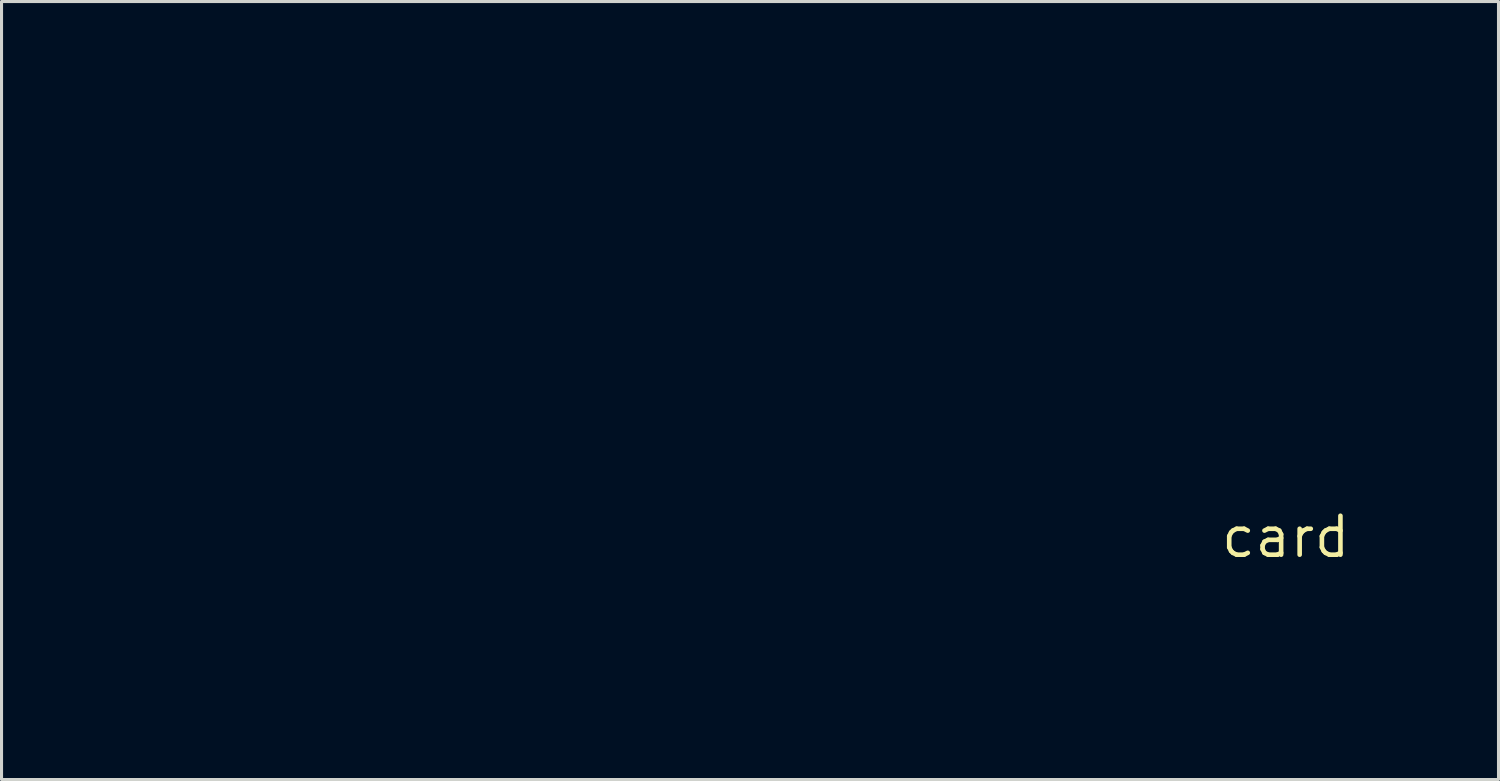
<source format=kicad_pcb>
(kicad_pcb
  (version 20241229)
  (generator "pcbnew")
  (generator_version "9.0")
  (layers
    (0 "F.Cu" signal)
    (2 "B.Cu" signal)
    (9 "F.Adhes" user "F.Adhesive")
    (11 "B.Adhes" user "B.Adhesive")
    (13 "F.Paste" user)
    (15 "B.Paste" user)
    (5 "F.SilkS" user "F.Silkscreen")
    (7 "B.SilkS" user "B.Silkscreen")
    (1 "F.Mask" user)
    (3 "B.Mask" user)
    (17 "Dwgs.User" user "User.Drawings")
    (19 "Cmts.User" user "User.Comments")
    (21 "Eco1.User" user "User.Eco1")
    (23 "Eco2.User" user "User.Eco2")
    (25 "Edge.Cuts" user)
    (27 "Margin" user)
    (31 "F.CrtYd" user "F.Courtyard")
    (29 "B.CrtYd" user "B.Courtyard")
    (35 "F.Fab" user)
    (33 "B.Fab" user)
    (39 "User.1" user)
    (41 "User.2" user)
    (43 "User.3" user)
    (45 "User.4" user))
  (footprint "card"
    (layer "F.Cu")
    (at 38.905 14.47)
    (property "Reference" "card" (at 0 0 0) (layer "F.SilkS") (effects (font (size 1.27 1.27) (thickness 0.15))))
    (attr through_hole)
    (fp_poly (pts (xy -30.201 2.286) (xy -30.772 2.286) (xy -30.772 0.279) (xy -30.201 0.279) (xy -30.201 2.286)) (stroke (width 0.01) (type solid)) (fill yes) (layer "F.Mask"))
    (fp_poly (pts (xy -30.201 4.864) (xy -30.772 4.864) (xy -30.772 2.857) (xy -30.201 2.857) (xy -30.201 4.864)) (stroke (width 0.01) (type solid)) (fill yes) (layer "F.Mask"))
    (fp_poly (pts (xy -29.312 2.286) (xy -29.883 2.286) (xy -29.883 0.279) (xy -29.312 0.279) (xy -29.312 2.286)) (stroke (width 0.01) (type solid)) (fill yes) (layer "F.Mask"))
    (fp_poly (pts (xy -29.312 4.864) (xy -29.883 4.864) (xy -29.883 2.857) (xy -29.312 2.857) (xy -29.312 4.864)) (stroke (width 0.01) (type solid)) (fill yes) (layer "F.Mask"))
    (fp_poly (pts (xy -28.41 2.286) (xy -28.994 2.286) (xy -28.994 0.8) (xy -28.41 0.8) (xy -28.41 2.286)) (stroke (width 0.01) (type solid)) (fill yes) (layer "F.Mask"))
    (fp_poly (pts (xy -28.41 3.251) (xy -28.994 3.251) (xy -28.994 2.794) (xy -28.41 2.794) (xy -28.41 3.251)) (stroke (width 0.01) (type solid)) (fill yes) (layer "F.Mask"))
    (fp_poly (pts (xy -28.41 4.864) (xy -28.994 4.864) (xy -28.994 3.365) (xy -28.41 3.365) (xy -28.41 4.864)) (stroke (width 0.01) (type solid)) (fill yes) (layer "F.Mask"))
    (fp_poly (pts (xy -27.572 2.286) (xy -28.118 2.286) (xy -28.118 1.753) (xy -27.572 1.753) (xy -27.572 2.286)) (stroke (width 0.01) (type solid)) (fill yes) (layer "F.Mask"))
    (fp_poly (pts (xy -19.787 2.794) (xy -20.193 2.794) (xy -20.193 0.279) (xy -19.787 0.279) (xy -19.787 2.794)) (stroke (width 0.01) (type solid)) (fill yes) (layer "F.Mask"))
    (fp_poly (pts (xy -15.329 -3.594) (xy -15.938 -3.594) (xy -15.938 -5.601) (xy -15.329 -5.601) (xy -15.329 -3.594)) (stroke (width 0.01) (type solid)) (fill yes) (layer "F.Mask"))
    (fp_poly (pts (xy -7.048 -9.55) (xy -8.217 -9.55) (xy -8.217 -13.386) (xy -7.048 -13.386) (xy -7.048 -9.55)) (stroke (width 0.01) (type solid)) (fill yes) (layer "F.Mask"))
    (fp_poly (pts (xy -6.375 2.286) (xy -6.934 2.286) (xy -6.934 1.753) (xy -6.375 1.753) (xy -6.375 2.286)) (stroke (width 0.01) (type solid)) (fill yes) (layer "F.Mask"))
    (fp_poly (pts (xy -4.902 -6.248) (xy -5.524 -6.248) (xy -5.524 -8.255) (xy -4.902 -8.255) (xy -4.902 -6.248)) (stroke (width 0.01) (type solid)) (fill yes) (layer "F.Mask"))
    (fp_poly (pts (xy -28.705 0.219) (xy -28.416 0.222) (xy -28.409 0.686) (xy -28.994 0.686) (xy -28.994 0.215) (xy -28.705 0.219)) (stroke (width 0.01) (type solid)) (fill yes) (layer "F.Mask"))
    (fp_poly (pts (xy -13.1 4.324) (xy -13.097 4.594) (xy -13.093 4.864) (xy -13.652 4.864) (xy -13.652 4.318) (xy -13.1 4.324)) (stroke (width 0.01) (type solid)) (fill yes) (layer "F.Mask"))
    (fp_poly (pts (xy -12.503 1.759) (xy -12.5 2.022) (xy -12.496 2.286) (xy -13.056 2.286) (xy -13.056 1.752) (xy -12.503 1.759)) (stroke (width 0.01) (type solid)) (fill yes) (layer "F.Mask"))
    (fp_poly (pts (xy -27.013 -6.744) (xy -26.226 -6.744) (xy -26.226 -6.248) (xy -27.622 -6.248) (xy -27.622 -8.255) (xy -27.013 -8.255) (xy -27.013 -6.744)) (stroke (width 0.01) (type solid)) (fill yes) (layer "F.Mask"))
    (fp_poly (pts (xy -13.246 -10.49) (xy -11.735 -10.49) (xy -11.735 -9.55) (xy -14.427 -9.55) (xy -14.427 -13.386) (xy -13.246 -13.386) (xy -13.246 -10.49)) (stroke (width 0.01) (type solid)) (fill yes) (layer "F.Mask"))
    (fp_poly (pts (xy -10.147 -10.49) (xy -8.636 -10.49) (xy -8.636 -9.55) (xy -11.328 -9.55) (xy -11.328 -13.386) (xy -10.147 -13.386) (xy -10.147 -10.49)) (stroke (width 0.01) (type solid)) (fill yes) (layer "F.Mask"))
    (fp_poly (pts (xy -1.2 -5.594) (xy -1.193 -5.118) (xy -1.613 -5.118) (xy -1.613 -3.594) (xy -2.197 -3.594) (xy -2.197 -5.118) (xy -2.616 -5.118) (xy -2.616 -5.601) (xy -1.2 -5.594)) (stroke (width 0.01) (type solid)) (fill yes) (layer "F.Mask"))
    (fp_poly (pts (xy -37.452 -5.118) (xy -38.303 -5.118) (xy -38.303 -4.788) (xy -37.643 -4.788) (xy -37.643 -4.343) (xy -38.303 -4.343) (xy -38.303 -3.594) (xy -38.9 -3.594) (xy -38.9 -5.601) (xy -37.452 -5.601) (xy -37.452 -5.118)) (stroke (width 0.01) (type solid)) (fill yes) (layer "F.Mask"))
    (fp_poly (pts (xy -21.12 -7.772) (xy -21.539 -7.772) (xy -21.539 -6.248) (xy -22.123 -6.248) (xy -22.123 -7.772) (xy -22.33 -7.775) (xy -22.536 -7.779) (xy -22.54 -8.017) (xy -22.543 -8.255) (xy -21.12 -8.255) (xy -21.12 -7.772)) (stroke (width 0.01) (type solid)) (fill yes) (layer "F.Mask"))
    (fp_poly (pts (xy -24.498 -7.798) (xy -25.4 -7.798) (xy -25.4 -7.506) (xy -24.676 -7.506) (xy -24.676 -7.061) (xy -25.4 -7.061) (xy -25.4 -6.731) (xy -24.498 -6.731) (xy -24.498 -6.248) (xy -26.01 -6.248) (xy -26.01 -8.255) (xy -24.498 -8.255) (xy -24.498 -7.798)) (stroke (width 0.01) (type solid)) (fill yes) (layer "F.Mask"))
    (fp_poly (pts (xy -7.595 -7.798) (xy -8.496 -7.798) (xy -8.496 -7.506) (xy -7.76 -7.506) (xy -7.76 -7.061) (xy -8.496 -7.061) (xy -8.496 -6.731) (xy -7.595 -6.731) (xy -7.595 -6.248) (xy -9.093 -6.248) (xy -9.093 -8.255) (xy -7.595 -8.255) (xy -7.595 -7.798)) (stroke (width 0.01) (type solid)) (fill yes) (layer "F.Mask"))
    (fp_poly (pts (xy -31.744 -5.594) (xy -31.74 -5.229) (xy -31.737 -4.864) (xy -31.267 -4.864) (xy -31.267 -5.601) (xy -30.658 -5.601) (xy -30.658 -3.594) (xy -31.267 -3.594) (xy -31.267 -4.369) (xy -31.737 -4.369) (xy -31.737 -3.594) (xy -32.36 -3.594) (xy -32.36 -5.601) (xy -31.744 -5.594)) (stroke (width 0.01) (type solid)) (fill yes) (layer "F.Mask"))
    (fp_poly (pts (xy -23.87 -5.594) (xy -23.866 -5.229) (xy -23.863 -4.864) (xy -23.393 -4.864) (xy -23.393 -5.601) (xy -22.784 -5.601) (xy -22.784 -3.594) (xy -23.393 -3.594) (xy -23.393 -4.369) (xy -23.863 -4.369) (xy -23.863 -3.594) (xy -24.486 -3.594) (xy -24.486 -5.601) (xy -23.87 -5.594)) (stroke (width 0.01) (type solid)) (fill yes) (layer "F.Mask"))
    (fp_poly (pts (xy -4.75 -5.131) (xy -5.652 -5.131) (xy -5.652 -4.839) (xy -4.915 -4.839) (xy -4.915 -4.394) (xy -5.652 -4.394) (xy -5.649 -4.232) (xy -5.645 -4.07) (xy -4.75 -4.064) (xy -4.75 -3.594) (xy -6.248 -3.594) (xy -6.248 -5.601) (xy -4.75 -5.601) (xy -4.75 -5.131)) (stroke (width 0.01) (type solid)) (fill yes) (layer "F.Mask"))
    (fp_poly (pts (xy -27.877 -7.798) (xy -28.324 -7.795) (xy -28.772 -7.791) (xy -28.779 -7.506) (xy -28.042 -7.506) (xy -28.042 -7.062) (xy -28.772 -7.055) (xy -28.775 -6.893) (xy -28.779 -6.731) (xy -27.877 -6.731) (xy -27.877 -6.248) (xy -29.375 -6.248) (xy -29.375 -8.255) (xy -27.877 -8.255) (xy -27.877 -7.798)) (stroke (width 0.01) (type solid)) (fill yes) (layer "F.Mask"))
    (fp_poly (pts (xy -21.844 -12.662) (xy -20.688 -12.662) (xy -20.688 -14.465) (xy -19.177 -14.465) (xy -19.177 -9.55) (xy -20.688 -9.55) (xy -20.688 -11.468) (xy -21.263 -11.465) (xy -21.838 -11.462) (xy -21.841 -10.506) (xy -21.844 -9.55) (xy -23.343 -9.55) (xy -23.343 -14.465) (xy -21.844 -14.465) (xy -21.844 -12.662)) (stroke (width 0.01) (type solid)) (fill yes) (layer "F.Mask"))
    (fp_poly (pts (xy -20.174 -5.594) (xy -20.167 -5.131) (xy -21.083 -5.131) (xy -21.076 -4.845) (xy -20.711 -4.842) (xy -20.345 -4.838) (xy -20.345 -4.394) (xy -21.083 -4.394) (xy -21.079 -4.232) (xy -21.076 -4.07) (xy -20.168 -4.064) (xy -20.168 -3.594) (xy -21.679 -3.594) (xy -21.679 -5.601) (xy -20.174 -5.594)) (stroke (width 0.01) (type solid)) (fill yes) (layer "F.Mask"))
    (fp_poly (pts (xy -35.751 -6.248) (xy -36.053 -6.248) (xy -36.138 -6.249) (xy -36.215 -6.25) (xy -36.28 -6.251) (xy -36.328 -6.253) (xy -36.357 -6.255) (xy -36.364 -6.257) (xy -36.366 -6.271) (xy -36.367 -6.308) (xy -36.368 -6.367) (xy -36.369 -6.445) (xy -36.37 -6.541) (xy -36.371 -6.652) (xy -36.372 -6.778) (xy -36.372 -6.915) (xy -36.373 -7.062) (xy -36.373 -7.217) (xy -36.373 -7.26) (xy -36.373 -8.255) (xy -35.751 -8.255) (xy -35.751 -6.248)) (stroke (width 0.01) (type solid)) (fill yes) (layer "F.Mask"))
    (fp_poly (pts (xy -14.135 -6.248) (xy -14.438 -6.248) (xy -14.523 -6.249) (xy -14.6 -6.25) (xy -14.664 -6.251) (xy -14.713 -6.253) (xy -14.742 -6.255) (xy -14.749 -6.257) (xy -14.75 -6.271) (xy -14.752 -6.308) (xy -14.753 -6.367) (xy -14.754 -6.445) (xy -14.755 -6.541) (xy -14.756 -6.652) (xy -14.756 -6.778) (xy -14.757 -6.915) (xy -14.757 -7.062) (xy -14.757 -7.217) (xy -14.757 -7.26) (xy -14.757 -8.255) (xy -14.135 -8.255) (xy -14.135 -6.248)) (stroke (width 0.01) (type solid)) (fill yes) (layer "F.Mask"))
    (fp_poly (pts (xy -15.589 3.346) (xy -15.586 3.604) (xy -15.582 3.862) (xy -15.657 3.854) (xy -15.733 3.853) (xy -15.805 3.866) (xy -15.866 3.892) (xy -15.902 3.921) (xy -15.924 3.944) (xy -15.941 3.965) (xy -15.954 3.987) (xy -15.965 4.013) (xy -15.972 4.047) (xy -15.978 4.09) (xy -15.981 4.146) (xy -15.984 4.218) (xy -15.985 4.308) (xy -15.987 4.42) (xy -15.987 4.455) (xy -15.991 4.864) (xy -16.548 4.864) (xy -16.548 3.365) (xy -16.066 3.365) (xy -16.065 3.508) (xy -16.065 3.651) (xy -16.021 3.56) (xy -15.967 3.473) (xy -15.901 3.408) (xy -15.824 3.365) (xy -15.733 3.344) (xy -15.663 3.343) (xy -15.589 3.346)) (stroke (width 0.01) (type solid)) (fill yes) (layer "F.Mask"))
    (fp_poly (pts (xy -9.144 1.41) (xy -8.865 1.41) (xy -8.865 1.854) (xy -9.144 1.854) (xy -9.144 2.286) (xy -9.703 2.286) (xy -9.703 1.854) (xy -10.516 1.854) (xy -10.516 1.411) (xy -10.504 1.394) (xy -10.063 1.394) (xy -10.062 1.4) (xy -10.046 1.405) (xy -10.014 1.408) (xy -9.963 1.409) (xy -9.888 1.41) (xy -9.888 1.41) (xy -9.703 1.41) (xy -9.703 1.121) (xy -9.703 1.032) (xy -9.705 0.957) (xy -9.707 0.9) (xy -9.71 0.861) (xy -9.713 0.845) (xy -9.714 0.845) (xy -9.723 0.858) (xy -9.743 0.888) (xy -9.772 0.933) (xy -9.808 0.989) (xy -9.848 1.052) (xy -9.891 1.119) (xy -9.933 1.186) (xy -9.974 1.25) (xy -10.009 1.307) (xy -10.038 1.354) (xy -10.058 1.386) (xy -10.063 1.394) (xy -10.504 1.394) (xy -10.139 0.833) (xy -9.762 0.254) (xy -9.144 0.254) (xy -9.144 1.41)) (stroke (width 0.01) (type solid)) (fill yes) (layer "F.Mask"))
    (fp_poly (pts (xy -33.757 0.971) (xy -33.696 0.912) (xy -33.615 0.847) (xy -33.524 0.802) (xy -33.428 0.775) (xy -33.329 0.766) (xy -33.232 0.775) (xy -33.139 0.801) (xy -33.056 0.844) (xy -32.984 0.904) (xy -32.928 0.979) (xy -32.917 1) (xy -32.906 1.026) (xy -32.897 1.055) (xy -32.889 1.09) (xy -32.883 1.134) (xy -32.878 1.189) (xy -32.875 1.257) (xy -32.872 1.34) (xy -32.87 1.44) (xy -32.869 1.561) (xy -32.868 1.704) (xy -32.868 1.768) (xy -32.868 2.286) (xy -33.452 2.286) (xy -33.452 1.838) (xy -33.452 1.692) (xy -33.453 1.57) (xy -33.455 1.468) (xy -33.459 1.386) (xy -33.465 1.321) (xy -33.473 1.272) (xy -33.484 1.236) (xy -33.498 1.21) (xy -33.516 1.194) (xy -33.538 1.186) (xy -33.565 1.182) (xy -33.593 1.181) (xy -33.636 1.184) (xy -33.667 1.196) (xy -33.701 1.223) (xy -33.703 1.225) (xy -33.75 1.268) (xy -33.754 1.777) (xy -33.758 2.286) (xy -34.341 2.286) (xy -34.341 0.279) (xy -33.757 0.279) (xy -33.757 0.971)) (stroke (width 0.01) (type solid)) (fill yes) (layer "F.Mask"))
    (fp_poly (pts (xy -8.385 -5.598) (xy -7.983 -5.594) (xy -7.841 -5.077) (xy -7.811 -4.966) (xy -7.783 -4.864) (xy -7.757 -4.772) (xy -7.735 -4.692) (xy -7.717 -4.628) (xy -7.703 -4.582) (xy -7.696 -4.557) (xy -7.694 -4.553) (xy -7.689 -4.563) (xy -7.679 -4.598) (xy -7.662 -4.655) (xy -7.64 -4.735) (xy -7.613 -4.836) (xy -7.581 -4.958) (xy -7.543 -5.1) (xy -7.501 -5.261) (xy -7.455 -5.441) (xy -7.426 -5.553) (xy -7.414 -5.601) (xy -6.604 -5.601) (xy -6.604 -3.594) (xy -7.175 -3.594) (xy -7.179 -4.302) (xy -7.182 -5.01) (xy -7.365 -4.302) (xy -7.548 -3.593) (xy -7.746 -3.597) (xy -7.943 -3.6) (xy -8.13 -4.297) (xy -8.165 -4.426) (xy -8.198 -4.547) (xy -8.228 -4.658) (xy -8.255 -4.758) (xy -8.279 -4.843) (xy -8.298 -4.913) (xy -8.312 -4.963) (xy -8.321 -4.993) (xy -8.324 -5.001) (xy -8.326 -4.99) (xy -8.327 -4.956) (xy -8.328 -4.901) (xy -8.329 -4.827) (xy -8.33 -4.737) (xy -8.33 -4.633) (xy -8.331 -4.517) (xy -8.331 -4.391) (xy -8.331 -4.301) (xy -8.331 -3.594) (xy -8.788 -3.594) (xy -8.788 -5.601) (xy -8.385 -5.598)) (stroke (width 0.01) (type solid)) (fill yes) (layer "F.Mask"))
    (fp_poly (pts (xy -18.769 2.763) (xy -18.696 2.764) (xy -18.633 2.767) (xy -18.585 2.77) (xy -18.564 2.773) (xy -18.504 2.783) (xy -18.504 3.163) (xy -18.621 3.155) (xy -18.712 3.152) (xy -18.781 3.158) (xy -18.83 3.175) (xy -18.863 3.204) (xy -18.88 3.246) (xy -18.885 3.298) (xy -18.885 3.365) (xy -18.504 3.365) (xy -18.504 3.747) (xy -18.885 3.747) (xy -18.885 4.864) (xy -19.156 4.864) (xy -19.236 4.864) (xy -19.308 4.863) (xy -19.367 4.861) (xy -19.41 4.859) (xy -19.433 4.857) (xy -19.435 4.856) (xy -19.437 4.842) (xy -19.439 4.805) (xy -19.44 4.748) (xy -19.441 4.673) (xy -19.442 4.584) (xy -19.443 4.482) (xy -19.444 4.371) (xy -19.444 4.297) (xy -19.444 3.747) (xy -19.66 3.747) (xy -19.66 3.365) (xy -19.446 3.365) (xy -19.437 3.242) (xy -19.432 3.181) (xy -19.426 3.125) (xy -19.419 3.081) (xy -19.416 3.067) (xy -19.393 3.007) (xy -19.353 2.943) (xy -19.305 2.886) (xy -19.257 2.846) (xy -19.211 2.817) (xy -19.167 2.796) (xy -19.121 2.781) (xy -19.067 2.771) (xy -19 2.765) (xy -18.917 2.763) (xy -18.847 2.762) (xy -18.769 2.763)) (stroke (width 0.01) (type solid)) (fill yes) (layer "F.Mask"))
    (fp_poly (pts (xy -15.96 -7.826) (xy -15.897 -7.727) (xy -15.836 -7.629) (xy -15.778 -7.537) (xy -15.726 -7.452) (xy -15.682 -7.38) (xy -15.647 -7.321) (xy -15.624 -7.281) (xy -15.622 -7.277) (xy -15.594 -7.229) (xy -15.575 -7.198) (xy -15.564 -7.187) (xy -15.563 -7.195) (xy -15.572 -7.249) (xy -15.58 -7.309) (xy -15.585 -7.377) (xy -15.59 -7.457) (xy -15.593 -7.551) (xy -15.594 -7.664) (xy -15.595 -7.798) (xy -15.595 -7.839) (xy -15.596 -8.255) (xy -15.1 -8.255) (xy -15.1 -6.248) (xy -15.351 -6.249) (xy -15.602 -6.249) (xy -15.894 -6.721) (xy -15.959 -6.827) (xy -16.024 -6.933) (xy -16.086 -7.036) (xy -16.142 -7.131) (xy -16.192 -7.217) (xy -16.233 -7.288) (xy -16.264 -7.343) (xy -16.272 -7.359) (xy -16.302 -7.415) (xy -16.326 -7.459) (xy -16.344 -7.489) (xy -16.352 -7.501) (xy -16.352 -7.499) (xy -16.344 -7.462) (xy -16.338 -7.422) (xy -16.332 -7.376) (xy -16.328 -7.321) (xy -16.325 -7.256) (xy -16.322 -7.177) (xy -16.321 -7.081) (xy -16.32 -6.967) (xy -16.32 -6.83) (xy -16.32 -6.786) (xy -16.32 -6.248) (xy -16.815 -6.248) (xy -16.815 -8.255) (xy -16.232 -8.255) (xy -15.96 -7.826)) (stroke (width 0.01) (type solid)) (fill yes) (layer "F.Mask"))
    (fp_poly (pts (xy -2.794 -3.594) (xy -3.295 -3.6) (xy -3.591 -4.077) (xy -3.656 -4.183) (xy -3.72 -4.288) (xy -3.781 -4.389) (xy -3.837 -4.482) (xy -3.886 -4.566) (xy -3.926 -4.635) (xy -3.955 -4.688) (xy -3.964 -4.705) (xy -3.995 -4.765) (xy -4.016 -4.804) (xy -4.029 -4.822) (xy -4.034 -4.822) (xy -4.032 -4.807) (xy -4.024 -4.759) (xy -4.018 -4.712) (xy -4.013 -4.663) (xy -4.009 -4.609) (xy -4.006 -4.546) (xy -4.003 -4.471) (xy -4.002 -4.382) (xy -4.001 -4.274) (xy -4.001 -4.145) (xy -4.001 -4.099) (xy -4 -3.594) (xy -4.509 -3.594) (xy -4.502 -5.594) (xy -3.919 -5.594) (xy -3.65 -5.17) (xy -3.587 -5.071) (xy -3.526 -4.973) (xy -3.469 -4.881) (xy -3.417 -4.797) (xy -3.373 -4.724) (xy -3.339 -4.666) (xy -3.316 -4.626) (xy -3.315 -4.624) (xy -3.286 -4.571) (xy -3.268 -4.539) (xy -3.258 -4.525) (xy -3.254 -4.527) (xy -3.255 -4.544) (xy -3.257 -4.559) (xy -3.267 -4.65) (xy -3.275 -4.74) (xy -3.281 -4.836) (xy -3.285 -4.943) (xy -3.288 -5.064) (xy -3.289 -5.204) (xy -3.289 -5.236) (xy -3.289 -5.601) (xy -2.794 -5.601) (xy -2.794 -3.594)) (stroke (width 0.01) (type solid)) (fill yes) (layer "F.Mask"))
    (fp_poly (pts (xy -18.212 -3.594) (xy -18.467 -3.597) (xy -18.722 -3.6) (xy -19.002 -4.051) (xy -19.067 -4.156) (xy -19.131 -4.262) (xy -19.193 -4.364) (xy -19.25 -4.46) (xy -19.301 -4.545) (xy -19.342 -4.617) (xy -19.372 -4.672) (xy -19.377 -4.68) (xy -19.408 -4.738) (xy -19.434 -4.785) (xy -19.453 -4.818) (xy -19.463 -4.833) (xy -19.464 -4.832) (xy -19.456 -4.795) (xy -19.449 -4.751) (xy -19.443 -4.698) (xy -19.439 -4.634) (xy -19.436 -4.555) (xy -19.433 -4.46) (xy -19.432 -4.347) (xy -19.431 -4.211) (xy -19.431 -4.118) (xy -19.431 -3.594) (xy -19.926 -3.594) (xy -19.926 -5.601) (xy -19.348 -5.6) (xy -19.178 -5.331) (xy -19.095 -5.199) (xy -19.024 -5.087) (xy -18.964 -4.992) (xy -18.914 -4.913) (xy -18.873 -4.847) (xy -18.839 -4.793) (xy -18.811 -4.747) (xy -18.789 -4.709) (xy -18.769 -4.676) (xy -18.752 -4.646) (xy -18.737 -4.618) (xy -18.729 -4.604) (xy -18.704 -4.559) (xy -18.685 -4.526) (xy -18.675 -4.51) (xy -18.673 -4.51) (xy -18.684 -4.559) (xy -18.693 -4.631) (xy -18.7 -4.725) (xy -18.706 -4.839) (xy -18.71 -4.972) (xy -18.712 -5.122) (xy -18.713 -5.194) (xy -18.713 -5.594) (xy -18.463 -5.598) (xy -18.212 -5.601) (xy -18.212 -3.594)) (stroke (width 0.01) (type solid)) (fill yes) (layer "F.Mask"))
    (fp_poly (pts (xy -2.207 -8.252) (xy -1.913 -8.249) (xy -1.642 -7.823) (xy -1.579 -7.724) (xy -1.518 -7.627) (xy -1.461 -7.535) (xy -1.41 -7.451) (xy -1.366 -7.378) (xy -1.332 -7.32) (xy -1.309 -7.28) (xy -1.307 -7.277) (xy -1.28 -7.225) (xy -1.262 -7.194) (xy -1.252 -7.182) (xy -1.249 -7.186) (xy -1.25 -7.204) (xy -1.251 -7.207) (xy -1.26 -7.286) (xy -1.268 -7.363) (xy -1.274 -7.443) (xy -1.278 -7.53) (xy -1.281 -7.628) (xy -1.282 -7.743) (xy -1.283 -7.871) (xy -1.283 -8.255) (xy -0.787 -8.255) (xy -0.787 -6.248) (xy -1.288 -6.255) (xy -1.584 -6.731) (xy -1.649 -6.837) (xy -1.714 -6.943) (xy -1.775 -7.044) (xy -1.831 -7.138) (xy -1.879 -7.222) (xy -1.919 -7.292) (xy -1.949 -7.345) (xy -1.958 -7.363) (xy -1.986 -7.419) (xy -2.01 -7.467) (xy -2.028 -7.501) (xy -2.037 -7.517) (xy -2.038 -7.518) (xy -2.037 -7.507) (xy -2.031 -7.478) (xy -2.022 -7.439) (xy -2.017 -7.412) (xy -2.013 -7.375) (xy -2.009 -7.326) (xy -2.006 -7.263) (xy -2.003 -7.183) (xy -2.001 -7.085) (xy -1.999 -6.966) (xy -1.998 -6.824) (xy -1.997 -6.804) (xy -1.992 -6.248) (xy -2.502 -6.248) (xy -2.502 -8.255) (xy -2.207 -8.252)) (stroke (width 0.01) (type solid)) (fill yes) (layer "F.Mask"))
    (fp_poly (pts (xy -20.176 3.352) (xy -20.092 3.374) (xy -20.019 3.41) (xy -19.955 3.459) (xy -19.927 3.487) (xy -19.903 3.517) (xy -19.884 3.551) (xy -19.867 3.593) (xy -19.854 3.643) (xy -19.844 3.704) (xy -19.837 3.778) (xy -19.831 3.868) (xy -19.828 3.975) (xy -19.827 4.102) (xy -19.827 4.25) (xy -19.827 4.369) (xy -19.831 4.858) (xy -20.119 4.861) (xy -20.407 4.865) (xy -20.411 4.346) (xy -20.412 4.216) (xy -20.413 4.11) (xy -20.415 4.023) (xy -20.416 3.955) (xy -20.418 3.903) (xy -20.421 3.864) (xy -20.424 3.836) (xy -20.428 3.816) (xy -20.433 3.803) (xy -20.437 3.795) (xy -20.474 3.759) (xy -20.521 3.742) (xy -20.572 3.744) (xy -20.621 3.762) (xy -20.66 3.798) (xy -20.669 3.81) (xy -20.675 3.822) (xy -20.681 3.836) (xy -20.685 3.854) (xy -20.688 3.878) (xy -20.691 3.912) (xy -20.693 3.957) (xy -20.695 4.016) (xy -20.696 4.092) (xy -20.697 4.188) (xy -20.698 4.305) (xy -20.698 4.359) (xy -20.702 4.864) (xy -21.285 4.864) (xy -21.285 3.365) (xy -20.739 3.365) (xy -20.739 3.56) (xy -20.702 3.508) (xy -20.638 3.439) (xy -20.56 3.389) (xy -20.466 3.357) (xy -20.355 3.342) (xy -20.277 3.342) (xy -20.176 3.352)) (stroke (width 0.01) (type solid)) (fill yes) (layer "F.Mask"))
    (fp_poly (pts (xy -8.687 3.873) (xy -8.687 4.017) (xy -8.686 4.136) (xy -8.684 4.233) (xy -8.682 4.308) (xy -8.679 4.362) (xy -8.676 4.397) (xy -8.672 4.413) (xy -8.645 4.444) (xy -8.604 4.461) (xy -8.556 4.463) (xy -8.507 4.452) (xy -8.463 4.427) (xy -8.442 4.405) (xy -8.43 4.387) (xy -8.421 4.366) (xy -8.414 4.338) (xy -8.408 4.302) (xy -8.403 4.254) (xy -8.4 4.193) (xy -8.398 4.116) (xy -8.396 4.02) (xy -8.396 3.903) (xy -8.395 3.807) (xy -8.395 3.365) (xy -7.823 3.365) (xy -7.823 4.865) (xy -8.093 4.861) (xy -8.363 4.858) (xy -8.367 4.745) (xy -8.37 4.632) (xy -8.406 4.689) (xy -8.466 4.764) (xy -8.54 4.82) (xy -8.629 4.858) (xy -8.735 4.879) (xy -8.801 4.884) (xy -8.86 4.885) (xy -8.915 4.883) (xy -8.958 4.879) (xy -8.97 4.876) (xy -9.062 4.841) (xy -9.141 4.784) (xy -9.205 4.709) (xy -9.235 4.655) (xy -9.242 4.64) (xy -9.248 4.625) (xy -9.252 4.608) (xy -9.256 4.586) (xy -9.259 4.558) (xy -9.261 4.52) (xy -9.263 4.471) (xy -9.265 4.408) (xy -9.266 4.328) (xy -9.267 4.231) (xy -9.267 4.112) (xy -9.268 3.978) (xy -9.272 3.365) (xy -8.687 3.365) (xy -8.687 3.873)) (stroke (width 0.01) (type solid)) (fill yes) (layer "F.Mask"))
    (fp_poly (pts (xy -33.757 3.533) (xy -33.69 3.473) (xy -33.643 3.435) (xy -33.591 3.4) (xy -33.553 3.379) (xy -33.52 3.365) (xy -33.489 3.355) (xy -33.453 3.35) (xy -33.407 3.347) (xy -33.342 3.346) (xy -33.337 3.346) (xy -33.272 3.347) (xy -33.225 3.349) (xy -33.189 3.355) (xy -33.157 3.364) (xy -33.122 3.379) (xy -33.112 3.383) (xy -33.025 3.437) (xy -32.956 3.508) (xy -32.918 3.57) (xy -32.906 3.598) (xy -32.896 3.635) (xy -32.887 3.681) (xy -32.881 3.738) (xy -32.876 3.81) (xy -32.873 3.897) (xy -32.871 4.003) (xy -32.87 4.128) (xy -32.87 4.276) (xy -32.87 4.362) (xy -32.874 4.858) (xy -33.162 4.861) (xy -33.45 4.865) (xy -33.454 4.353) (xy -33.455 4.224) (xy -33.456 4.118) (xy -33.458 4.032) (xy -33.459 3.964) (xy -33.462 3.912) (xy -33.464 3.873) (xy -33.467 3.844) (xy -33.471 3.824) (xy -33.476 3.809) (xy -33.48 3.802) (xy -33.512 3.767) (xy -33.556 3.749) (xy -33.605 3.748) (xy -33.655 3.761) (xy -33.699 3.789) (xy -33.732 3.83) (xy -33.74 3.849) (xy -33.744 3.872) (xy -33.748 3.913) (xy -33.751 3.974) (xy -33.753 4.057) (xy -33.755 4.162) (xy -33.756 4.29) (xy -33.756 4.378) (xy -33.757 4.864) (xy -34.341 4.864) (xy -34.341 2.857) (xy -33.757 2.857) (xy -33.757 3.533)) (stroke (width 0.01) (type solid)) (fill yes) (layer "F.Mask"))
    (fp_poly (pts (xy -23.558 3.365) (xy -23.266 3.365) (xy -23.266 3.747) (xy -23.558 3.747) (xy -23.558 4.065) (xy -23.558 4.166) (xy -23.556 4.252) (xy -23.554 4.323) (xy -23.551 4.374) (xy -23.547 4.403) (xy -23.546 4.407) (xy -23.519 4.432) (xy -23.475 4.447) (xy -23.418 4.451) (xy -23.359 4.446) (xy -23.318 4.438) (xy -23.288 4.434) (xy -23.277 4.432) (xy -23.273 4.444) (xy -23.27 4.477) (xy -23.268 4.528) (xy -23.267 4.591) (xy -23.266 4.64) (xy -23.266 4.848) (xy -23.378 4.862) (xy -23.459 4.87) (xy -23.547 4.874) (xy -23.634 4.875) (xy -23.714 4.872) (xy -23.778 4.865) (xy -23.787 4.863) (xy -23.865 4.84) (xy -23.939 4.804) (xy -24.003 4.759) (xy -24.049 4.709) (xy -24.05 4.707) (xy -24.069 4.678) (xy -24.084 4.651) (xy -24.096 4.623) (xy -24.106 4.591) (xy -24.113 4.551) (xy -24.118 4.502) (xy -24.121 4.438) (xy -24.124 4.359) (xy -24.125 4.259) (xy -24.127 4.15) (xy -24.132 3.747) (xy -24.359 3.747) (xy -24.359 3.365) (xy -24.134 3.365) (xy -24.127 3.13) (xy -24.125 3.055) (xy -24.122 2.99) (xy -24.119 2.937) (xy -24.116 2.902) (xy -24.114 2.888) (xy -24.1 2.886) (xy -24.064 2.884) (xy -24.011 2.882) (xy -23.943 2.881) (xy -23.866 2.879) (xy -23.836 2.879) (xy -23.565 2.877) (xy -23.558 3.365)) (stroke (width 0.01) (type solid)) (fill yes) (layer "F.Mask"))
    (fp_poly (pts (xy -36.48 -13.17) (xy -36.432 -12.995) (xy -36.386 -12.826) (xy -36.342 -12.666) (xy -36.301 -12.517) (xy -36.262 -12.379) (xy -36.228 -12.255) (xy -36.197 -12.146) (xy -36.171 -12.053) (xy -36.15 -11.979) (xy -36.134 -11.925) (xy -36.124 -11.892) (xy -36.12 -11.882) (xy -36.116 -11.894) (xy -36.107 -11.93) (xy -36.092 -11.985) (xy -36.072 -12.06) (xy -36.047 -12.151) (xy -36.019 -12.258) (xy -35.988 -12.376) (xy -35.954 -12.506) (xy -35.917 -12.644) (xy -35.879 -12.79) (xy -35.84 -12.94) (xy -35.8 -13.093) (xy -35.759 -13.247) (xy -35.719 -13.401) (xy -35.68 -13.551) (xy -35.642 -13.696) (xy -35.606 -13.834) (xy -35.572 -13.964) (xy -35.541 -14.082) (xy -35.514 -14.188) (xy -35.49 -14.279) (xy -35.471 -14.353) (xy -35.457 -14.409) (xy -35.449 -14.444) (xy -35.446 -14.456) (xy -35.434 -14.457) (xy -35.398 -14.459) (xy -35.34 -14.46) (xy -35.263 -14.461) (xy -35.168 -14.462) (xy -35.058 -14.463) (xy -34.933 -14.464) (xy -34.797 -14.465) (xy -34.651 -14.465) (xy -34.497 -14.465) (xy -34.455 -14.465) (xy -33.465 -14.465) (xy -33.465 -9.55) (xy -34.861 -9.55) (xy -34.865 -11.296) (xy -34.868 -13.041) (xy -35.32 -11.299) (xy -35.771 -9.557) (xy -36.732 -9.557) (xy -37.197 -11.289) (xy -37.662 -13.022) (xy -37.668 -11.289) (xy -37.675 -9.557) (xy -38.243 -9.553) (xy -38.811 -9.55) (xy -38.811 -14.465) (xy -36.834 -14.465) (xy -36.48 -13.17)) (stroke (width 0.01) (type solid)) (fill yes) (layer "F.Mask"))
    (fp_poly (pts (xy -10.639 -8.252) (xy -10.512 -8.25) (xy -10.407 -8.249) (xy -10.322 -8.247) (xy -10.254 -8.245) (xy -10.2 -8.243) (xy -10.157 -8.24) (xy -10.123 -8.236) (xy -10.094 -8.231) (xy -10.068 -8.225) (xy -10.046 -8.219) (xy -9.903 -8.167) (xy -9.775 -8.094) (xy -9.662 -8.002) (xy -9.565 -7.894) (xy -9.486 -7.771) (xy -9.425 -7.634) (xy -9.384 -7.486) (xy -9.364 -7.327) (xy -9.364 -7.195) (xy -9.383 -7.027) (xy -9.424 -6.873) (xy -9.484 -6.733) (xy -9.564 -6.609) (xy -9.662 -6.5) (xy -9.778 -6.409) (xy -9.912 -6.335) (xy -10.046 -6.285) (xy -10.071 -6.278) (xy -10.096 -6.272) (xy -10.123 -6.267) (xy -10.155 -6.263) (xy -10.196 -6.26) (xy -10.247 -6.258) (xy -10.311 -6.256) (xy -10.393 -6.255) (xy -10.493 -6.253) (xy -10.616 -6.252) (xy -10.639 -6.252) (xy -11.138 -6.246) (xy -11.138 -6.706) (xy -10.528 -6.706) (xy -10.453 -6.706) (xy -10.397 -6.708) (xy -10.34 -6.715) (xy -10.314 -6.719) (xy -10.234 -6.749) (xy -10.164 -6.8) (xy -10.106 -6.871) (xy -10.06 -6.96) (xy -10.028 -7.064) (xy -10.011 -7.182) (xy -10.008 -7.257) (xy -10.016 -7.381) (xy -10.039 -7.494) (xy -10.075 -7.593) (xy -10.125 -7.675) (xy -10.186 -7.738) (xy -10.243 -7.774) (xy -10.28 -7.787) (xy -10.328 -7.794) (xy -10.392 -7.797) (xy -10.411 -7.798) (xy -10.528 -7.798) (xy -10.528 -6.706) (xy -11.138 -6.706) (xy -11.138 -8.257) (xy -10.639 -8.252)) (stroke (width 0.01) (type solid)) (fill yes) (layer "F.Mask"))
    (fp_poly (pts (xy -22.039 0.77) (xy -21.945 0.792) (xy -21.858 0.829) (xy -21.782 0.882) (xy -21.722 0.95) (xy -21.69 1.006) (xy -21.66 1.073) (xy -21.656 1.68) (xy -21.652 2.286) (xy -22.225 2.286) (xy -22.225 1.259) (xy -22.254 1.225) (xy -22.279 1.203) (xy -22.309 1.193) (xy -22.341 1.192) (xy -22.398 1.198) (xy -22.439 1.219) (xy -22.472 1.258) (xy -22.474 1.263) (xy -22.48 1.274) (xy -22.485 1.289) (xy -22.489 1.308) (xy -22.493 1.336) (xy -22.495 1.374) (xy -22.497 1.425) (xy -22.499 1.492) (xy -22.5 1.577) (xy -22.501 1.682) (xy -22.502 1.794) (xy -22.506 2.286) (xy -23.075 2.286) (xy -23.079 1.764) (xy -23.082 1.242) (xy -23.118 1.212) (xy -23.157 1.188) (xy -23.206 1.181) (xy -23.209 1.181) (xy -23.267 1.191) (xy -23.31 1.221) (xy -23.337 1.271) (xy -23.343 1.296) (xy -23.346 1.321) (xy -23.348 1.369) (xy -23.35 1.436) (xy -23.352 1.518) (xy -23.353 1.612) (xy -23.354 1.716) (xy -23.355 1.819) (xy -23.355 2.286) (xy -23.914 2.286) (xy -23.914 0.8) (xy -23.393 0.8) (xy -23.393 0.992) (xy -23.324 0.917) (xy -23.254 0.852) (xy -23.183 0.807) (xy -23.103 0.781) (xy -23.01 0.771) (xy -22.974 0.77) (xy -22.858 0.78) (xy -22.759 0.809) (xy -22.675 0.858) (xy -22.607 0.926) (xy -22.597 0.939) (xy -22.562 0.988) (xy -22.496 0.919) (xy -22.418 0.854) (xy -22.33 0.807) (xy -22.235 0.778) (xy -22.137 0.766) (xy -22.039 0.77)) (stroke (width 0.01) (type solid)) (fill yes) (layer "F.Mask"))
    (fp_poly (pts (xy -10.469 -5.601) (xy -10.398 -5.6) (xy -10.346 -5.598) (xy -10.31 -5.596) (xy -10.286 -5.592) (xy -10.27 -5.587) (xy -10.261 -5.581) (xy -10.259 -5.578) (xy -10.246 -5.561) (xy -10.222 -5.524) (xy -10.188 -5.471) (xy -10.145 -5.405) (xy -10.097 -5.329) (xy -10.044 -5.245) (xy -9.988 -5.157) (xy -9.931 -5.066) (xy -9.875 -4.976) (xy -9.822 -4.89) (xy -9.772 -4.811) (xy -9.729 -4.741) (xy -9.694 -4.683) (xy -9.669 -4.64) (xy -9.659 -4.623) (xy -9.599 -4.515) (xy -9.607 -4.578) (xy -9.622 -4.735) (xy -9.632 -4.905) (xy -9.637 -5.092) (xy -9.637 -5.277) (xy -9.633 -5.594) (xy -9.138 -5.594) (xy -9.134 -4.594) (xy -9.131 -3.594) (xy -9.642 -3.6) (xy -9.922 -4.051) (xy -9.987 -4.156) (xy -10.052 -4.262) (xy -10.113 -4.364) (xy -10.17 -4.46) (xy -10.195 -4.502) (xy -9.601 -4.502) (xy -9.595 -4.496) (xy -9.588 -4.502) (xy -9.595 -4.508) (xy -9.601 -4.502) (xy -10.195 -4.502) (xy -10.22 -4.545) (xy -10.261 -4.617) (xy -10.291 -4.672) (xy -10.296 -4.68) (xy -10.327 -4.74) (xy -10.354 -4.79) (xy -10.374 -4.828) (xy -10.386 -4.849) (xy -10.388 -4.851) (xy -10.386 -4.837) (xy -10.38 -4.804) (xy -10.372 -4.758) (xy -10.37 -4.743) (xy -10.365 -4.709) (xy -10.361 -4.666) (xy -10.357 -4.61) (xy -10.355 -4.541) (xy -10.353 -4.455) (xy -10.352 -4.349) (xy -10.351 -4.223) (xy -10.351 -4.118) (xy -10.351 -3.594) (xy -10.846 -3.594) (xy -10.846 -5.601) (xy -10.562 -5.601) (xy -10.469 -5.601)) (stroke (width 0.01) (type solid)) (fill yes) (layer "F.Mask"))
    (fp_poly (pts (xy 1.607 -13.386) (xy 1.937 -12.764) (xy 1.998 -12.648) (xy 2.057 -12.539) (xy 2.11 -12.439) (xy 2.158 -12.35) (xy 2.199 -12.275) (xy 2.233 -12.214) (xy 2.257 -12.17) (xy 2.272 -12.146) (xy 2.275 -12.141) (xy 2.282 -12.152) (xy 2.3 -12.184) (xy 2.326 -12.234) (xy 2.361 -12.301) (xy 2.404 -12.382) (xy 2.452 -12.476) (xy 2.505 -12.58) (xy 2.563 -12.692) (xy 2.599 -12.763) (xy 2.915 -13.385) (xy 3.426 -13.386) (xy 3.537 -13.385) (xy 3.64 -13.385) (xy 3.732 -13.384) (xy 3.81 -13.383) (xy 3.872 -13.381) (xy 3.914 -13.38) (xy 3.935 -13.378) (xy 3.937 -13.377) (xy 3.931 -13.365) (xy 3.914 -13.332) (xy 3.886 -13.28) (xy 3.849 -13.21) (xy 3.802 -13.124) (xy 3.748 -13.023) (xy 3.687 -12.909) (xy 3.619 -12.783) (xy 3.545 -12.647) (xy 3.467 -12.503) (xy 3.385 -12.351) (xy 3.34 -12.269) (xy 2.743 -11.168) (xy 2.743 -9.55) (xy 1.6 -9.55) (xy 1.6 -11.183) (xy 0.971 -12.262) (xy 0.882 -12.415) (xy 0.796 -12.561) (xy 0.715 -12.7) (xy 0.639 -12.83) (xy 0.57 -12.949) (xy 0.507 -13.057) (xy 0.453 -13.15) (xy 0.407 -13.229) (xy 0.371 -13.291) (xy 0.345 -13.335) (xy 0.331 -13.359) (xy 0.329 -13.364) (xy 0.327 -13.369) (xy 0.329 -13.373) (xy 0.338 -13.376) (xy 0.354 -13.379) (xy 0.381 -13.381) (xy 0.419 -13.383) (xy 0.472 -13.384) (xy 0.54 -13.385) (xy 0.627 -13.385) (xy 0.733 -13.386) (xy 0.862 -13.386) (xy 0.962 -13.386) (xy 1.607 -13.386)) (stroke (width 0.01) (type solid)) (fill yes) (layer "F.Mask"))
    (fp_poly (pts (xy -38.497 -8.252) (xy -38.094 -8.249) (xy -37.953 -7.731) (xy -37.923 -7.621) (xy -37.895 -7.518) (xy -37.869 -7.426) (xy -37.847 -7.347) (xy -37.829 -7.283) (xy -37.816 -7.237) (xy -37.808 -7.212) (xy -37.807 -7.208) (xy -37.802 -7.219) (xy -37.793 -7.251) (xy -37.778 -7.304) (xy -37.759 -7.373) (xy -37.737 -7.456) (xy -37.711 -7.551) (xy -37.684 -7.655) (xy -37.676 -7.688) (xy -37.647 -7.796) (xy -37.621 -7.898) (xy -37.597 -7.991) (xy -37.576 -8.072) (xy -37.559 -8.137) (xy -37.546 -8.185) (xy -37.539 -8.211) (xy -37.539 -8.214) (xy -37.527 -8.255) (xy -36.716 -8.255) (xy -36.716 -6.248) (xy -37.287 -6.248) (xy -37.288 -6.956) (xy -37.289 -7.087) (xy -37.289 -7.209) (xy -37.29 -7.321) (xy -37.291 -7.42) (xy -37.292 -7.503) (xy -37.293 -7.57) (xy -37.295 -7.617) (xy -37.296 -7.642) (xy -37.297 -7.645) (xy -37.302 -7.63) (xy -37.312 -7.592) (xy -37.328 -7.534) (xy -37.348 -7.459) (xy -37.372 -7.368) (xy -37.399 -7.263) (xy -37.429 -7.148) (xy -37.462 -7.025) (xy -37.483 -6.941) (xy -37.662 -6.255) (xy -38.055 -6.255) (xy -38.242 -6.952) (xy -38.277 -7.08) (xy -38.309 -7.201) (xy -38.34 -7.312) (xy -38.367 -7.412) (xy -38.39 -7.498) (xy -38.41 -7.567) (xy -38.424 -7.618) (xy -38.433 -7.648) (xy -38.436 -7.655) (xy -38.437 -7.644) (xy -38.438 -7.61) (xy -38.44 -7.555) (xy -38.441 -7.481) (xy -38.441 -7.391) (xy -38.442 -7.287) (xy -38.443 -7.171) (xy -38.443 -7.045) (xy -38.443 -6.955) (xy -38.443 -6.248) (xy -38.9 -6.248) (xy -38.9 -8.255) (xy -38.497 -8.252)) (stroke (width 0.01) (type solid)) (fill yes) (layer "F.Mask"))
    (fp_poly (pts (xy -13.945 4.864) (xy -14.491 4.864) (xy -14.491 4.672) (xy -14.56 4.747) (xy -14.623 4.807) (xy -14.688 4.847) (xy -14.76 4.872) (xy -14.848 4.884) (xy -14.872 4.885) (xy -14.972 4.883) (xy -15.049 4.87) (xy -15.153 4.828) (xy -15.243 4.765) (xy -15.32 4.682) (xy -15.382 4.579) (xy -15.429 4.456) (xy -15.461 4.315) (xy -15.469 4.256) (xy -15.478 4.108) (xy -14.865 4.108) (xy -14.864 4.203) (xy -14.861 4.276) (xy -14.856 4.332) (xy -14.846 4.375) (xy -14.832 4.409) (xy -14.812 4.438) (xy -14.794 4.458) (xy -14.764 4.482) (xy -14.732 4.494) (xy -14.695 4.496) (xy -14.64 4.489) (xy -14.6 4.469) (xy -14.599 4.468) (xy -14.577 4.449) (xy -14.56 4.428) (xy -14.548 4.401) (xy -14.539 4.365) (xy -14.534 4.316) (xy -14.53 4.252) (xy -14.529 4.168) (xy -14.529 4.089) (xy -14.529 3.987) (xy -14.531 3.907) (xy -14.535 3.846) (xy -14.542 3.801) (xy -14.553 3.768) (xy -14.568 3.745) (xy -14.587 3.729) (xy -14.611 3.716) (xy -14.674 3.697) (xy -14.732 3.703) (xy -14.781 3.732) (xy -14.821 3.783) (xy -14.839 3.823) (xy -14.849 3.854) (xy -14.856 3.887) (xy -14.86 3.928) (xy -14.863 3.982) (xy -14.864 4.052) (xy -14.865 4.108) (xy -15.478 4.108) (xy -15.478 4.096) (xy -15.469 3.944) (xy -15.441 3.802) (xy -15.396 3.674) (xy -15.334 3.561) (xy -15.277 3.487) (xy -15.197 3.417) (xy -15.107 3.366) (xy -15.009 3.333) (xy -14.909 3.32) (xy -14.809 3.326) (xy -14.713 3.352) (xy -14.626 3.399) (xy -14.576 3.439) (xy -14.529 3.485) (xy -14.529 2.857) (xy -13.945 2.857) (xy -13.945 4.864)) (stroke (width 0.01) (type solid)) (fill yes) (layer "F.Mask"))
    (fp_poly (pts (xy -24.82 0.777) (xy -24.703 0.796) (xy -24.6 0.83) (xy -24.505 0.88) (xy -24.416 0.948) (xy -24.364 0.996) (xy -24.276 1.098) (xy -24.211 1.205) (xy -24.169 1.321) (xy -24.147 1.448) (xy -24.143 1.537) (xy -24.154 1.681) (xy -24.189 1.815) (xy -24.245 1.936) (xy -24.324 2.046) (xy -24.364 2.089) (xy -24.458 2.17) (xy -24.557 2.231) (xy -24.67 2.276) (xy -24.702 2.285) (xy -24.773 2.301) (xy -24.859 2.312) (xy -24.948 2.318) (xy -25.034 2.319) (xy -25.105 2.314) (xy -25.114 2.312) (xy -25.25 2.28) (xy -25.369 2.231) (xy -25.475 2.163) (xy -25.555 2.093) (xy -25.641 1.989) (xy -25.706 1.874) (xy -25.751 1.75) (xy -25.775 1.622) (xy -25.776 1.556) (xy -25.155 1.556) (xy -25.153 1.647) (xy -25.146 1.732) (xy -25.135 1.801) (xy -25.134 1.809) (xy -25.108 1.873) (xy -25.068 1.921) (xy -25.017 1.953) (xy -24.959 1.965) (xy -24.899 1.955) (xy -24.86 1.936) (xy -24.831 1.903) (xy -24.807 1.849) (xy -24.787 1.776) (xy -24.774 1.688) (xy -24.767 1.587) (xy -24.768 1.479) (xy -24.769 1.453) (xy -24.778 1.349) (xy -24.795 1.268) (xy -24.819 1.208) (xy -24.853 1.167) (xy -24.897 1.144) (xy -24.952 1.137) (xy -24.954 1.137) (xy -25.013 1.144) (xy -25.059 1.168) (xy -25.096 1.211) (xy -25.123 1.274) (xy -25.142 1.359) (xy -25.147 1.392) (xy -25.153 1.468) (xy -25.155 1.556) (xy -25.776 1.556) (xy -25.778 1.492) (xy -25.76 1.363) (xy -25.72 1.239) (xy -25.66 1.123) (xy -25.607 1.051) (xy -25.513 0.954) (xy -25.409 0.878) (xy -25.294 0.823) (xy -25.165 0.788) (xy -25.021 0.772) (xy -24.956 0.77) (xy -24.82 0.777)) (stroke (width 0.01) (type solid)) (fill yes) (layer "F.Mask"))
    (fp_poly (pts (xy -31.744 0.768) (xy -31.611 0.786) (xy -31.497 0.816) (xy -31.395 0.862) (xy -31.301 0.926) (xy -31.223 0.997) (xy -31.141 1.088) (xy -31.082 1.18) (xy -31.04 1.278) (xy -31.019 1.355) (xy -31.001 1.497) (xy -31.006 1.635) (xy -31.033 1.766) (xy -31.08 1.888) (xy -31.146 2) (xy -31.231 2.098) (xy -31.332 2.181) (xy -31.449 2.246) (xy -31.559 2.285) (xy -31.631 2.301) (xy -31.716 2.312) (xy -31.806 2.318) (xy -31.891 2.319) (xy -31.962 2.314) (xy -31.972 2.312) (xy -32.108 2.28) (xy -32.227 2.231) (xy -32.333 2.163) (xy -32.413 2.093) (xy -32.496 1.992) (xy -32.562 1.876) (xy -32.609 1.75) (xy -32.621 1.702) (xy -32.636 1.586) (xy -32.634 1.536) (xy -32.009 1.536) (xy -32.009 1.612) (xy -32.007 1.683) (xy -32.003 1.742) (xy -32 1.768) (xy -31.979 1.846) (xy -31.942 1.906) (xy -31.889 1.947) (xy -31.833 1.963) (xy -31.773 1.958) (xy -31.718 1.936) (xy -31.694 1.911) (xy -31.673 1.875) (xy -31.669 1.867) (xy -31.651 1.806) (xy -31.638 1.726) (xy -31.63 1.634) (xy -31.626 1.538) (xy -31.628 1.442) (xy -31.635 1.355) (xy -31.648 1.281) (xy -31.649 1.279) (xy -31.675 1.213) (xy -31.714 1.167) (xy -31.761 1.14) (xy -31.813 1.132) (xy -31.866 1.143) (xy -31.915 1.172) (xy -31.957 1.22) (xy -31.988 1.285) (xy -31.993 1.3) (xy -31.999 1.337) (xy -32.004 1.392) (xy -32.007 1.461) (xy -32.009 1.536) (xy -32.634 1.536) (xy -32.633 1.465) (xy -32.613 1.345) (xy -32.579 1.234) (xy -32.543 1.161) (xy -32.464 1.048) (xy -32.367 0.953) (xy -32.255 0.876) (xy -32.13 0.818) (xy -31.995 0.781) (xy -31.851 0.765) (xy -31.744 0.768)) (stroke (width 0.01) (type solid)) (fill yes) (layer "F.Mask"))
    (fp_poly (pts (xy -9.588 4.864) (xy -10.135 4.864) (xy -10.135 4.669) (xy -10.174 4.722) (xy -10.239 4.789) (xy -10.32 4.84) (xy -10.413 4.874) (xy -10.515 4.889) (xy -10.622 4.885) (xy -10.673 4.875) (xy -10.744 4.85) (xy -10.819 4.81) (xy -10.888 4.76) (xy -10.929 4.721) (xy -10.988 4.642) (xy -11.038 4.546) (xy -11.077 4.442) (xy -11.082 4.426) (xy -11.094 4.364) (xy -11.103 4.283) (xy -11.109 4.191) (xy -11.111 4.101) (xy -10.514 4.101) (xy -10.513 4.193) (xy -10.506 4.278) (xy -10.494 4.348) (xy -10.484 4.378) (xy -10.449 4.44) (xy -10.402 4.479) (xy -10.343 4.495) (xy -10.329 4.496) (xy -10.288 4.492) (xy -10.257 4.478) (xy -10.23 4.454) (xy -10.207 4.428) (xy -10.189 4.399) (xy -10.176 4.364) (xy -10.168 4.318) (xy -10.163 4.26) (xy -10.161 4.184) (xy -10.162 4.087) (xy -10.162 4.059) (xy -10.164 3.973) (xy -10.166 3.908) (xy -10.169 3.861) (xy -10.173 3.827) (xy -10.178 3.803) (xy -10.186 3.783) (xy -10.192 3.772) (xy -10.232 3.728) (xy -10.284 3.703) (xy -10.344 3.7) (xy -10.379 3.709) (xy -10.417 3.726) (xy -10.443 3.753) (xy -10.461 3.785) (xy -10.482 3.843) (xy -10.498 3.919) (xy -10.509 4.007) (xy -10.514 4.101) (xy -11.111 4.101) (xy -11.111 4.095) (xy -11.109 4.002) (xy -11.103 3.919) (xy -11.095 3.859) (xy -11.065 3.752) (xy -11.022 3.648) (xy -10.968 3.553) (xy -10.906 3.477) (xy -10.905 3.476) (xy -10.82 3.405) (xy -10.724 3.355) (xy -10.622 3.326) (xy -10.518 3.319) (xy -10.414 3.333) (xy -10.315 3.369) (xy -10.224 3.427) (xy -10.213 3.436) (xy -10.16 3.482) (xy -10.16 2.857) (xy -9.588 2.857) (xy -9.588 4.864)) (stroke (width 0.01) (type solid)) (fill yes) (layer "F.Mask"))
    (fp_poly (pts (xy -20.323 -8.252) (xy -20.179 -8.251) (xy -20.057 -8.25) (xy -19.956 -8.248) (xy -19.874 -8.247) (xy -19.807 -8.245) (xy -19.754 -8.242) (xy -19.713 -8.239) (xy -19.681 -8.236) (xy -19.655 -8.232) (xy -19.634 -8.227) (xy -19.628 -8.225) (xy -19.516 -8.185) (xy -19.42 -8.131) (xy -19.342 -8.068) (xy -19.267 -7.982) (xy -19.213 -7.884) (xy -19.18 -7.775) (xy -19.169 -7.659) (xy -19.181 -7.537) (xy -19.215 -7.413) (xy -19.217 -7.408) (xy -19.256 -7.336) (xy -19.314 -7.266) (xy -19.389 -7.202) (xy -19.447 -7.164) (xy -19.484 -7.143) (xy -19.51 -7.126) (xy -19.52 -7.119) (xy -19.515 -7.107) (xy -19.502 -7.074) (xy -19.481 -7.022) (xy -19.453 -6.955) (xy -19.421 -6.876) (xy -19.383 -6.786) (xy -19.343 -6.688) (xy -19.342 -6.686) (xy -19.302 -6.588) (xy -19.264 -6.498) (xy -19.231 -6.418) (xy -19.204 -6.351) (xy -19.183 -6.299) (xy -19.169 -6.266) (xy -19.164 -6.253) (xy -19.164 -6.253) (xy -19.176 -6.252) (xy -19.211 -6.251) (xy -19.264 -6.25) (xy -19.332 -6.249) (xy -19.413 -6.249) (xy -19.503 -6.248) (xy -19.504 -6.248) (xy -19.844 -6.248) (xy -19.989 -6.629) (xy -20.134 -7.01) (xy -20.333 -7.01) (xy -20.333 -6.248) (xy -20.942 -6.248) (xy -20.942 -7.823) (xy -20.333 -7.823) (xy -20.333 -7.442) (xy -20.187 -7.442) (xy -20.121 -7.443) (xy -20.057 -7.447) (xy -20.003 -7.452) (xy -19.976 -7.456) (xy -19.905 -7.481) (xy -19.854 -7.521) (xy -19.824 -7.575) (xy -19.815 -7.615) (xy -19.818 -7.688) (xy -19.84 -7.745) (xy -19.882 -7.787) (xy -19.899 -7.797) (xy -19.922 -7.807) (xy -19.948 -7.815) (xy -19.98 -7.819) (xy -20.024 -7.822) (xy -20.085 -7.823) (xy -20.142 -7.823) (xy -20.333 -7.823) (xy -20.942 -7.823) (xy -20.942 -8.257) (xy -20.323 -8.252)) (stroke (width 0.01) (type solid)) (fill yes) (layer "F.Mask"))
    (fp_poly (pts (xy -11.926 3.349) (xy -11.797 3.375) (xy -11.682 3.42) (xy -11.577 3.484) (xy -11.492 3.558) (xy -11.408 3.659) (xy -11.345 3.771) (xy -11.303 3.896) (xy -11.281 4.034) (xy -11.278 4.118) (xy -11.278 4.229) (xy -12.272 4.229) (xy -12.265 4.303) (xy -12.253 4.376) (xy -12.229 4.43) (xy -12.192 4.467) (xy -12.163 4.484) (xy -12.093 4.504) (xy -12.022 4.506) (xy -11.956 4.49) (xy -11.898 4.459) (xy -11.854 4.415) (xy -11.828 4.36) (xy -11.82 4.327) (xy -11.66 4.336) (xy -11.585 4.34) (xy -11.506 4.344) (xy -11.434 4.349) (xy -11.388 4.352) (xy -11.276 4.36) (xy -11.284 4.393) (xy -11.293 4.421) (xy -11.31 4.463) (xy -11.331 4.508) (xy -11.39 4.603) (xy -11.47 4.689) (xy -11.566 4.763) (xy -11.676 4.822) (xy -11.78 4.858) (xy -11.84 4.87) (xy -11.917 4.878) (xy -12.004 4.883) (xy -12.093 4.885) (xy -12.176 4.882) (xy -12.245 4.875) (xy -12.268 4.871) (xy -12.391 4.838) (xy -12.496 4.792) (xy -12.59 4.73) (xy -12.679 4.649) (xy -12.687 4.64) (xy -12.767 4.54) (xy -12.826 4.434) (xy -12.863 4.319) (xy -12.88 4.191) (xy -12.882 4.128) (xy -12.872 3.985) (xy -12.861 3.937) (xy -12.268 3.937) (xy -11.859 3.937) (xy -11.864 3.877) (xy -11.879 3.801) (xy -11.909 3.746) (xy -11.955 3.709) (xy -12.019 3.69) (xy -12.056 3.686) (xy -12.104 3.684) (xy -12.138 3.689) (xy -12.167 3.703) (xy -12.179 3.711) (xy -12.229 3.759) (xy -12.259 3.821) (xy -12.268 3.883) (xy -12.268 3.937) (xy -12.861 3.937) (xy -12.842 3.857) (xy -12.792 3.741) (xy -12.72 3.634) (xy -12.656 3.562) (xy -12.559 3.479) (xy -12.455 3.416) (xy -12.342 3.373) (xy -12.215 3.348) (xy -12.072 3.34) (xy -11.926 3.349)) (stroke (width 0.01) (type solid)) (fill yes) (layer "F.Mask"))
    (fp_poly (pts (xy -31.675 3.347) (xy -31.597 3.358) (xy -31.594 3.359) (xy -31.479 3.394) (xy -31.368 3.449) (xy -31.266 3.521) (xy -31.179 3.604) (xy -31.111 3.697) (xy -31.109 3.701) (xy -31.051 3.824) (xy -31.015 3.957) (xy -31.001 4.094) (xy -31.009 4.231) (xy -31.019 4.284) (xy -31.061 4.416) (xy -31.124 4.536) (xy -31.207 4.642) (xy -31.307 4.732) (xy -31.422 4.803) (xy -31.55 4.854) (xy -31.566 4.858) (xy -31.631 4.871) (xy -31.713 4.88) (xy -31.803 4.884) (xy -31.893 4.884) (xy -31.975 4.879) (xy -32.036 4.87) (xy -32.162 4.832) (xy -32.277 4.772) (xy -32.379 4.695) (xy -32.467 4.601) (xy -32.538 4.494) (xy -32.591 4.377) (xy -32.625 4.252) (xy -32.638 4.121) (xy -32.636 4.095) (xy -32.013 4.095) (xy -32.012 4.189) (xy -32.006 4.279) (xy -31.995 4.358) (xy -31.978 4.421) (xy -31.971 4.441) (xy -31.934 4.489) (xy -31.884 4.521) (xy -31.825 4.534) (xy -31.764 4.526) (xy -31.736 4.514) (xy -31.701 4.486) (xy -31.674 4.438) (xy -31.652 4.37) (xy -31.636 4.279) (xy -31.635 4.274) (xy -31.628 4.202) (xy -31.626 4.119) (xy -31.627 4.034) (xy -31.632 3.954) (xy -31.64 3.885) (xy -31.649 3.842) (xy -31.668 3.801) (xy -31.697 3.76) (xy -31.706 3.75) (xy -31.734 3.725) (xy -31.76 3.713) (xy -31.796 3.709) (xy -31.817 3.708) (xy -31.879 3.717) (xy -31.926 3.743) (xy -31.961 3.79) (xy -31.984 3.849) (xy -31.999 3.919) (xy -32.009 4.003) (xy -32.013 4.095) (xy -32.636 4.095) (xy -32.628 3.987) (xy -32.621 3.95) (xy -32.581 3.82) (xy -32.52 3.7) (xy -32.44 3.594) (xy -32.343 3.504) (xy -32.233 3.431) (xy -32.11 3.379) (xy -32.036 3.359) (xy -31.958 3.348) (xy -31.865 3.342) (xy -31.768 3.342) (xy -31.675 3.347)) (stroke (width 0.01) (type solid)) (fill yes) (layer "F.Mask"))
    (fp_poly (pts (xy -27.778 -5.598) (xy -27.637 -5.596) (xy -27.519 -5.595) (xy -27.422 -5.594) (xy -27.342 -5.592) (xy -27.278 -5.591) (xy -27.227 -5.588) (xy -27.186 -5.585) (xy -27.154 -5.582) (xy -27.126 -5.578) (xy -27.102 -5.573) (xy -27.078 -5.567) (xy -27.072 -5.565) (xy -26.947 -5.52) (xy -26.839 -5.458) (xy -26.751 -5.382) (xy -26.684 -5.292) (xy -26.637 -5.19) (xy -26.613 -5.076) (xy -26.611 -4.952) (xy -26.612 -4.944) (xy -26.63 -4.829) (xy -26.664 -4.731) (xy -26.717 -4.648) (xy -26.789 -4.575) (xy -26.88 -4.512) (xy -26.918 -4.489) (xy -26.946 -4.472) (xy -26.959 -4.464) (xy -26.959 -4.464) (xy -26.955 -4.452) (xy -26.942 -4.419) (xy -26.922 -4.369) (xy -26.895 -4.302) (xy -26.863 -4.223) (xy -26.826 -4.133) (xy -26.786 -4.035) (xy -26.784 -4.033) (xy -26.744 -3.935) (xy -26.707 -3.844) (xy -26.674 -3.764) (xy -26.646 -3.697) (xy -26.625 -3.645) (xy -26.611 -3.612) (xy -26.607 -3.599) (xy -26.607 -3.599) (xy -26.619 -3.597) (xy -26.653 -3.596) (xy -26.706 -3.595) (xy -26.775 -3.595) (xy -26.856 -3.594) (xy -26.945 -3.594) (xy -26.946 -3.594) (xy -27.286 -3.594) (xy -27.576 -4.356) (xy -27.775 -4.356) (xy -27.775 -3.594) (xy -28.384 -3.594) (xy -28.384 -4.786) (xy -27.775 -4.786) (xy -27.588 -4.79) (xy -27.509 -4.793) (xy -27.451 -4.796) (xy -27.409 -4.801) (xy -27.378 -4.808) (xy -27.352 -4.818) (xy -27.351 -4.819) (xy -27.299 -4.854) (xy -27.269 -4.9) (xy -27.257 -4.961) (xy -27.257 -4.994) (xy -27.263 -5.042) (xy -27.275 -5.075) (xy -27.297 -5.104) (xy -27.299 -5.105) (xy -27.325 -5.129) (xy -27.355 -5.145) (xy -27.393 -5.157) (xy -27.444 -5.164) (xy -27.512 -5.168) (xy -27.6 -5.169) (xy -27.775 -5.169) (xy -27.775 -4.786) (xy -28.384 -4.786) (xy -28.384 -5.603) (xy -27.778 -5.598)) (stroke (width 0.01) (type solid)) (fill yes) (layer "F.Mask"))
    (fp_poly (pts (xy -32.89 -8.252) (xy -32.745 -8.25) (xy -32.623 -8.249) (xy -32.522 -8.248) (xy -32.439 -8.246) (xy -32.372 -8.244) (xy -32.319 -8.242) (xy -32.278 -8.239) (xy -32.245 -8.236) (xy -32.22 -8.232) (xy -32.199 -8.227) (xy -32.189 -8.225) (xy -32.063 -8.177) (xy -31.958 -8.114) (xy -31.872 -8.036) (xy -31.805 -7.941) (xy -31.792 -7.915) (xy -31.77 -7.869) (xy -31.755 -7.831) (xy -31.747 -7.793) (xy -31.742 -7.747) (xy -31.739 -7.688) (xy -31.743 -7.566) (xy -31.763 -7.46) (xy -31.802 -7.366) (xy -31.825 -7.328) (xy -31.871 -7.273) (xy -31.932 -7.219) (xy -32 -7.173) (xy -32.033 -7.155) (xy -32.062 -7.138) (xy -32.079 -7.122) (xy -32.08 -7.118) (xy -32.075 -7.103) (xy -32.062 -7.068) (xy -32.041 -7.014) (xy -32.013 -6.946) (xy -31.98 -6.865) (xy -31.943 -6.774) (xy -31.904 -6.679) (xy -31.727 -6.255) (xy -32.064 -6.251) (xy -32.154 -6.251) (xy -32.236 -6.25) (xy -32.305 -6.251) (xy -32.359 -6.251) (xy -32.394 -6.252) (xy -32.407 -6.253) (xy -32.413 -6.266) (xy -32.426 -6.3) (xy -32.446 -6.351) (xy -32.472 -6.418) (xy -32.503 -6.497) (xy -32.537 -6.585) (xy -32.554 -6.631) (xy -32.697 -7.004) (xy -32.795 -7.008) (xy -32.893 -7.011) (xy -32.893 -6.248) (xy -33.515 -6.248) (xy -33.515 -7.439) (xy -32.893 -7.439) (xy -32.712 -7.444) (xy -32.638 -7.447) (xy -32.585 -7.45) (xy -32.546 -7.455) (xy -32.517 -7.462) (xy -32.492 -7.472) (xy -32.474 -7.481) (xy -32.421 -7.522) (xy -32.388 -7.574) (xy -32.374 -7.631) (xy -32.381 -7.689) (xy -32.406 -7.743) (xy -32.452 -7.787) (xy -32.475 -7.801) (xy -32.497 -7.81) (xy -32.526 -7.816) (xy -32.565 -7.82) (xy -32.62 -7.822) (xy -32.694 -7.823) (xy -32.706 -7.823) (xy -32.893 -7.823) (xy -32.893 -7.439) (xy -33.515 -7.439) (xy -33.515 -8.257) (xy -32.89 -8.252)) (stroke (width 0.01) (type solid)) (fill yes) (layer "F.Mask"))
    (fp_poly (pts (xy -17.547 3.343) (xy -17.468 3.347) (xy -17.408 3.353) (xy -17.357 3.362) (xy -17.31 3.374) (xy -17.285 3.383) (xy -17.16 3.439) (xy -17.048 3.516) (xy -16.953 3.611) (xy -16.875 3.722) (xy -16.818 3.846) (xy -16.807 3.88) (xy -16.793 3.945) (xy -16.785 4.027) (xy -16.783 4.116) (xy -16.786 4.205) (xy -16.795 4.284) (xy -16.807 4.337) (xy -16.858 4.463) (xy -16.929 4.577) (xy -17.02 4.677) (xy -17.126 4.76) (xy -17.196 4.799) (xy -17.312 4.845) (xy -17.443 4.875) (xy -17.581 4.889) (xy -17.72 4.885) (xy -17.761 4.881) (xy -17.835 4.865) (xy -17.919 4.839) (xy -18 4.805) (xy -18.014 4.798) (xy -18.075 4.76) (xy -18.141 4.705) (xy -18.207 4.641) (xy -18.266 4.572) (xy -18.313 4.506) (xy -18.323 4.487) (xy -18.375 4.362) (xy -18.406 4.229) (xy -18.413 4.103) (xy -17.791 4.103) (xy -17.79 4.196) (xy -17.784 4.284) (xy -17.773 4.361) (xy -17.758 4.413) (xy -17.725 4.472) (xy -17.678 4.512) (xy -17.621 4.533) (xy -17.56 4.532) (xy -17.513 4.515) (xy -17.477 4.486) (xy -17.449 4.44) (xy -17.429 4.375) (xy -17.415 4.29) (xy -17.408 4.182) (xy -17.406 4.096) (xy -17.409 3.981) (xy -17.419 3.889) (xy -17.437 3.818) (xy -17.463 3.766) (xy -17.498 3.732) (xy -17.544 3.713) (xy -17.594 3.708) (xy -17.653 3.715) (xy -17.696 3.736) (xy -17.73 3.776) (xy -17.742 3.798) (xy -17.761 3.852) (xy -17.776 3.925) (xy -17.786 4.01) (xy -17.791 4.103) (xy -18.413 4.103) (xy -18.414 4.091) (xy -18.399 3.954) (xy -18.363 3.822) (xy -18.338 3.762) (xy -18.292 3.686) (xy -18.228 3.607) (xy -18.153 3.533) (xy -18.073 3.469) (xy -17.996 3.424) (xy -17.908 3.386) (xy -17.822 3.361) (xy -17.732 3.347) (xy -17.628 3.342) (xy -17.547 3.343)) (stroke (width 0.01) (type solid)) (fill yes) (layer "F.Mask"))
    (fp_poly (pts (xy -5.346 -13.386) (xy -5.191 -13.385) (xy -5.057 -13.385) (xy -4.943 -13.384) (xy -4.846 -13.383) (xy -4.765 -13.381) (xy -4.697 -13.379) (xy -4.64 -13.376) (xy -4.594 -13.373) (xy -4.554 -13.37) (xy -4.53 -13.367) (xy -4.316 -13.329) (xy -4.119 -13.273) (xy -3.939 -13.198) (xy -3.774 -13.104) (xy -3.622 -12.991) (xy -3.482 -12.856) (xy -3.365 -12.714) (xy -3.241 -12.528) (xy -3.139 -12.331) (xy -3.06 -12.124) (xy -3.004 -11.908) (xy -2.972 -11.685) (xy -2.963 -11.456) (xy -2.97 -11.312) (xy -2.997 -11.086) (xy -3.041 -10.877) (xy -3.103 -10.685) (xy -3.183 -10.506) (xy -3.282 -10.34) (xy -3.401 -10.183) (xy -3.511 -10.065) (xy -3.661 -9.929) (xy -3.818 -9.817) (xy -3.984 -9.725) (xy -4.162 -9.654) (xy -4.354 -9.601) (xy -4.562 -9.567) (xy -4.597 -9.563) (xy -4.631 -9.561) (xy -4.688 -9.559) (xy -4.765 -9.557) (xy -4.86 -9.555) (xy -4.97 -9.554) (xy -5.093 -9.553) (xy -5.226 -9.552) (xy -5.367 -9.551) (xy -5.512 -9.551) (xy -5.547 -9.551) (xy -6.375 -9.55) (xy -6.375 -10.439) (xy -5.194 -10.439) (xy -5 -10.439) (xy -4.907 -10.44) (xy -4.834 -10.444) (xy -4.779 -10.45) (xy -4.737 -10.459) (xy -4.736 -10.46) (xy -4.632 -10.503) (xy -4.535 -10.57) (xy -4.449 -10.657) (xy -4.373 -10.763) (xy -4.309 -10.886) (xy -4.258 -11.024) (xy -4.223 -11.176) (xy -4.222 -11.179) (xy -4.214 -11.247) (xy -4.207 -11.333) (xy -4.204 -11.428) (xy -4.203 -11.525) (xy -4.205 -11.617) (xy -4.21 -11.698) (xy -4.216 -11.748) (xy -4.247 -11.893) (xy -4.291 -12.03) (xy -4.346 -12.155) (xy -4.411 -12.263) (xy -4.47 -12.335) (xy -4.532 -12.395) (xy -4.596 -12.442) (xy -4.666 -12.476) (xy -4.746 -12.5) (xy -4.841 -12.514) (xy -4.954 -12.521) (xy -5.02 -12.522) (xy -5.194 -12.522) (xy -5.194 -10.439) (xy -6.375 -10.439) (xy -6.375 -13.386) (xy -5.525 -13.386) (xy -5.346 -13.386)) (stroke (width 0.01) (type solid)) (fill yes) (layer "F.Mask"))
    (fp_poly (pts (xy -14.376 -5.594) (xy -14.234 -5.594) (xy -14.114 -5.593) (xy -14.015 -5.593) (xy -13.934 -5.592) (xy -13.869 -5.59) (xy -13.817 -5.588) (xy -13.775 -5.585) (xy -13.742 -5.582) (xy -13.715 -5.578) (xy -13.691 -5.573) (xy -13.685 -5.571) (xy -13.56 -5.529) (xy -13.45 -5.47) (xy -13.359 -5.394) (xy -13.287 -5.305) (xy -13.254 -5.247) (xy -13.237 -5.21) (xy -13.226 -5.179) (xy -13.219 -5.148) (xy -13.216 -5.109) (xy -13.215 -5.057) (xy -13.214 -5.004) (xy -13.215 -4.932) (xy -13.218 -4.879) (xy -13.223 -4.838) (xy -13.232 -4.802) (xy -13.245 -4.765) (xy -13.293 -4.672) (xy -13.364 -4.591) (xy -13.457 -4.522) (xy -13.467 -4.516) (xy -13.507 -4.492) (xy -13.536 -4.471) (xy -13.55 -4.458) (xy -13.551 -4.456) (xy -13.546 -4.443) (xy -13.533 -4.41) (xy -13.513 -4.359) (xy -13.487 -4.295) (xy -13.456 -4.22) (xy -13.423 -4.138) (xy -13.387 -4.052) (xy -13.352 -3.965) (xy -13.317 -3.881) (xy -13.284 -3.802) (xy -13.255 -3.732) (xy -13.23 -3.674) (xy -13.212 -3.631) (xy -13.201 -3.607) (xy -13.2 -3.603) (xy -13.21 -3.601) (xy -13.243 -3.599) (xy -13.295 -3.598) (xy -13.362 -3.597) (xy -13.442 -3.597) (xy -13.532 -3.597) (xy -13.538 -3.597) (xy -13.883 -3.6) (xy -14.026 -3.975) (xy -14.168 -4.35) (xy -14.266 -4.353) (xy -14.364 -4.357) (xy -14.364 -3.594) (xy -14.986 -3.594) (xy -14.982 -4.786) (xy -14.364 -4.786) (xy -14.176 -4.79) (xy -14.1 -4.792) (xy -14.045 -4.795) (xy -14.005 -4.799) (xy -13.977 -4.806) (xy -13.955 -4.815) (xy -13.946 -4.82) (xy -13.894 -4.863) (xy -13.86 -4.916) (xy -13.846 -4.974) (xy -13.851 -5.032) (xy -13.875 -5.085) (xy -13.92 -5.129) (xy -13.932 -5.137) (xy -13.953 -5.147) (xy -13.977 -5.154) (xy -14.01 -5.16) (xy -14.056 -5.163) (xy -14.119 -5.166) (xy -14.17 -5.167) (xy -14.364 -5.171) (xy -14.364 -4.786) (xy -14.982 -4.786) (xy -14.98 -5.594) (xy -14.376 -5.594)) (stroke (width 0.01) (type solid)) (fill yes) (layer "F.Mask"))
    (fp_poly (pts (xy -34.447 -5.594) (xy -34.328 -5.594) (xy -34.23 -5.593) (xy -34.15 -5.592) (xy -34.085 -5.591) (xy -34.033 -5.589) (xy -33.991 -5.586) (xy -33.957 -5.583) (xy -33.929 -5.579) (xy -33.903 -5.573) (xy -33.894 -5.571) (xy -33.768 -5.531) (xy -33.658 -5.473) (xy -33.567 -5.399) (xy -33.494 -5.309) (xy -33.461 -5.249) (xy -33.444 -5.212) (xy -33.433 -5.182) (xy -33.426 -5.152) (xy -33.422 -5.115) (xy -33.421 -5.066) (xy -33.421 -4.998) (xy -33.421 -4.997) (xy -33.421 -4.925) (xy -33.424 -4.871) (xy -33.429 -4.83) (xy -33.437 -4.795) (xy -33.45 -4.76) (xy -33.45 -4.76) (xy -33.497 -4.674) (xy -33.566 -4.596) (xy -33.653 -4.528) (xy -33.672 -4.516) (xy -33.712 -4.492) (xy -33.742 -4.471) (xy -33.756 -4.459) (xy -33.757 -4.458) (xy -33.752 -4.444) (xy -33.739 -4.41) (xy -33.718 -4.358) (xy -33.69 -4.29) (xy -33.657 -4.21) (xy -33.62 -4.12) (xy -33.581 -4.025) (xy -33.405 -3.6) (xy -33.741 -3.597) (xy -33.831 -3.596) (xy -33.912 -3.596) (xy -33.982 -3.596) (xy -34.035 -3.597) (xy -34.07 -3.598) (xy -34.083 -3.599) (xy -34.089 -3.612) (xy -34.102 -3.645) (xy -34.123 -3.697) (xy -34.149 -3.764) (xy -34.179 -3.842) (xy -34.213 -3.931) (xy -34.231 -3.977) (xy -34.373 -4.35) (xy -34.471 -4.353) (xy -34.569 -4.357) (xy -34.569 -3.594) (xy -35.192 -3.594) (xy -35.187 -5.169) (xy -34.569 -5.169) (xy -34.569 -4.788) (xy -34.407 -4.788) (xy -34.341 -4.789) (xy -34.279 -4.792) (xy -34.229 -4.796) (xy -34.197 -4.802) (xy -34.197 -4.802) (xy -34.156 -4.819) (xy -34.114 -4.847) (xy -34.103 -4.856) (xy -34.073 -4.888) (xy -34.059 -4.921) (xy -34.053 -4.96) (xy -34.056 -5.029) (xy -34.081 -5.085) (xy -34.128 -5.128) (xy -34.15 -5.14) (xy -34.175 -5.152) (xy -34.2 -5.16) (xy -34.232 -5.165) (xy -34.274 -5.168) (xy -34.333 -5.169) (xy -34.388 -5.169) (xy -34.569 -5.169) (xy -35.187 -5.169) (xy -35.185 -5.594) (xy -34.588 -5.594) (xy -34.447 -5.594)) (stroke (width 0.01) (type solid)) (fill yes) (layer "F.Mask"))
    (fp_poly (pts (xy -37.643 0.775) (xy -37.545 0.802) (xy -37.462 0.846) (xy -37.389 0.91) (xy -37.381 0.919) (xy -37.32 0.988) (xy -37.266 0.928) (xy -37.194 0.863) (xy -37.109 0.815) (xy -37.016 0.784) (xy -36.919 0.769) (xy -36.822 0.769) (xy -36.727 0.785) (xy -36.64 0.817) (xy -36.563 0.864) (xy -36.501 0.926) (xy -36.468 0.978) (xy -36.455 1.006) (xy -36.444 1.036) (xy -36.435 1.07) (xy -36.428 1.111) (xy -36.422 1.162) (xy -36.418 1.224) (xy -36.415 1.3) (xy -36.413 1.393) (xy -36.412 1.504) (xy -36.411 1.637) (xy -36.411 1.743) (xy -36.411 2.286) (xy -36.982 2.286) (xy -36.982 1.79) (xy -36.982 1.655) (xy -36.983 1.543) (xy -36.984 1.451) (xy -36.986 1.378) (xy -36.99 1.322) (xy -36.995 1.279) (xy -37.002 1.249) (xy -37.012 1.227) (xy -37.024 1.213) (xy -37.039 1.204) (xy -37.057 1.198) (xy -37.065 1.195) (xy -37.122 1.191) (xy -37.177 1.206) (xy -37.22 1.237) (xy -37.226 1.245) (xy -37.238 1.265) (xy -37.248 1.293) (xy -37.256 1.33) (xy -37.263 1.378) (xy -37.267 1.44) (xy -37.271 1.519) (xy -37.273 1.616) (xy -37.274 1.734) (xy -37.274 1.857) (xy -37.275 2.286) (xy -37.833 2.286) (xy -37.833 1.79) (xy -37.833 1.656) (xy -37.834 1.544) (xy -37.835 1.453) (xy -37.837 1.381) (xy -37.841 1.324) (xy -37.846 1.281) (xy -37.852 1.25) (xy -37.86 1.228) (xy -37.871 1.213) (xy -37.883 1.202) (xy -37.895 1.195) (xy -37.924 1.186) (xy -37.964 1.181) (xy -37.977 1.181) (xy -38.033 1.192) (xy -38.076 1.224) (xy -38.102 1.272) (xy -38.105 1.284) (xy -38.107 1.306) (xy -38.108 1.35) (xy -38.11 1.413) (xy -38.111 1.492) (xy -38.112 1.584) (xy -38.112 1.686) (xy -38.113 1.795) (xy -38.113 1.805) (xy -38.113 2.286) (xy -38.672 2.286) (xy -38.672 0.8) (xy -38.151 0.8) (xy -38.151 0.994) (xy -38.108 0.938) (xy -38.037 0.865) (xy -37.951 0.812) (xy -37.854 0.778) (xy -37.748 0.766) (xy -37.643 0.775)) (stroke (width 0.01) (type solid)) (fill yes) (layer "F.Mask"))
    (fp_poly (pts (xy -5.269 0.26) (xy -5.139 0.284) (xy -5.019 0.331) (xy -4.912 0.399) (xy -4.818 0.488) (xy -4.737 0.598) (xy -4.671 0.728) (xy -4.619 0.876) (xy -4.604 0.935) (xy -4.587 1.026) (xy -4.576 1.134) (xy -4.57 1.249) (xy -4.569 1.363) (xy -4.573 1.441) (xy -4.594 1.604) (xy -4.629 1.749) (xy -4.681 1.878) (xy -4.751 1.993) (xy -4.84 2.098) (xy -4.845 2.103) (xy -4.917 2.172) (xy -4.985 2.222) (xy -5.056 2.26) (xy -5.137 2.289) (xy -5.144 2.291) (xy -5.206 2.305) (xy -5.283 2.314) (xy -5.363 2.319) (xy -5.438 2.317) (xy -5.489 2.312) (xy -5.618 2.277) (xy -5.732 2.222) (xy -5.833 2.146) (xy -5.921 2.049) (xy -5.998 1.929) (xy -6.02 1.886) (xy -6.075 1.753) (xy -6.114 1.617) (xy -6.137 1.471) (xy -6.146 1.31) (xy -6.146 1.304) (xy -5.555 1.304) (xy -5.554 1.398) (xy -5.552 1.487) (xy -5.548 1.566) (xy -5.543 1.628) (xy -5.539 1.664) (xy -5.517 1.752) (xy -5.487 1.817) (xy -5.45 1.86) (xy -5.402 1.885) (xy -5.349 1.892) (xy -5.309 1.889) (xy -5.278 1.874) (xy -5.251 1.85) (xy -5.222 1.814) (xy -5.199 1.766) (xy -5.181 1.704) (xy -5.166 1.624) (xy -5.154 1.525) (xy -5.149 1.45) (xy -5.147 1.363) (xy -5.146 1.267) (xy -5.148 1.171) (xy -5.152 1.078) (xy -5.157 0.996) (xy -5.165 0.93) (xy -5.17 0.902) (xy -5.195 0.816) (xy -5.23 0.75) (xy -5.273 0.704) (xy -5.323 0.68) (xy -5.377 0.679) (xy -5.415 0.692) (xy -5.456 0.725) (xy -5.492 0.78) (xy -5.522 0.856) (xy -5.539 0.927) (xy -5.545 0.972) (xy -5.55 1.038) (xy -5.553 1.118) (xy -5.554 1.208) (xy -5.555 1.304) (xy -6.146 1.304) (xy -6.146 1.289) (xy -6.138 1.103) (xy -6.11 0.933) (xy -6.065 0.779) (xy -6.001 0.642) (xy -5.919 0.522) (xy -5.88 0.478) (xy -5.782 0.39) (xy -5.678 0.325) (xy -5.563 0.282) (xy -5.435 0.26) (xy -5.41 0.258) (xy -5.269 0.26)) (stroke (width 0.01) (type solid)) (fill yes) (layer "F.Mask"))
    (fp_poly (pts (xy -36.231 -5.615) (xy -36.125 -5.594) (xy -35.989 -5.545) (xy -35.863 -5.474) (xy -35.75 -5.383) (xy -35.653 -5.275) (xy -35.574 -5.152) (xy -35.56 -5.124) (xy -35.504 -4.98) (xy -35.467 -4.824) (xy -35.451 -4.661) (xy -35.455 -4.493) (xy -35.48 -4.327) (xy -35.525 -4.165) (xy -35.534 -4.137) (xy -35.584 -4.034) (xy -35.653 -3.93) (xy -35.737 -3.833) (xy -35.83 -3.747) (xy -35.928 -3.679) (xy -35.953 -3.665) (xy -36.062 -3.619) (xy -36.187 -3.585) (xy -36.319 -3.566) (xy -36.451 -3.561) (xy -36.548 -3.569) (xy -36.701 -3.602) (xy -36.84 -3.656) (xy -36.965 -3.73) (xy -37.074 -3.823) (xy -37.167 -3.934) (xy -37.243 -4.062) (xy -37.301 -4.205) (xy -37.339 -4.363) (xy -37.351 -4.451) (xy -37.358 -4.618) (xy -36.69 -4.618) (xy -36.69 -4.522) (xy -36.686 -4.431) (xy -36.68 -4.352) (xy -36.672 -4.302) (xy -36.642 -4.202) (xy -36.601 -4.123) (xy -36.548 -4.064) (xy -36.486 -4.028) (xy -36.414 -4.015) (xy -36.335 -4.026) (xy -36.332 -4.026) (xy -36.269 -4.056) (xy -36.215 -4.105) (xy -36.183 -4.151) (xy -36.165 -4.192) (xy -36.151 -4.234) (xy -36.14 -4.283) (xy -36.133 -4.34) (xy -36.128 -4.412) (xy -36.126 -4.5) (xy -36.125 -4.61) (xy -36.125 -4.616) (xy -36.126 -4.71) (xy -36.126 -4.781) (xy -36.128 -4.836) (xy -36.131 -4.877) (xy -36.135 -4.909) (xy -36.142 -4.936) (xy -36.15 -4.961) (xy -36.153 -4.969) (xy -36.185 -5.042) (xy -36.221 -5.095) (xy -36.264 -5.132) (xy -36.284 -5.144) (xy -36.344 -5.163) (xy -36.412 -5.168) (xy -36.475 -5.158) (xy -36.483 -5.155) (xy -36.542 -5.12) (xy -36.593 -5.061) (xy -36.634 -4.982) (xy -36.665 -4.883) (xy -36.67 -4.861) (xy -36.68 -4.794) (xy -36.687 -4.711) (xy -36.69 -4.618) (xy -37.358 -4.618) (xy -37.358 -4.622) (xy -37.345 -4.785) (xy -37.312 -4.939) (xy -37.261 -5.082) (xy -37.192 -5.212) (xy -37.107 -5.327) (xy -37.006 -5.425) (xy -36.891 -5.505) (xy -36.761 -5.565) (xy -36.76 -5.566) (xy -36.638 -5.6) (xy -36.504 -5.619) (xy -36.365 -5.624) (xy -36.231 -5.615)) (stroke (width 0.01) (type solid)) (fill yes) (layer "F.Mask"))
    (fp_poly (pts (xy -16.302 -5.6) (xy -16.238 -5.6) (xy -16.194 -5.598) (xy -16.165 -5.595) (xy -16.149 -5.591) (xy -16.142 -5.585) (xy -16.142 -5.581) (xy -16.145 -5.567) (xy -16.156 -5.531) (xy -16.173 -5.476) (xy -16.195 -5.402) (xy -16.222 -5.313) (xy -16.253 -5.21) (xy -16.288 -5.097) (xy -16.325 -4.975) (xy -16.365 -4.845) (xy -16.406 -4.712) (xy -16.448 -4.576) (xy -16.49 -4.439) (xy -16.531 -4.305) (xy -16.571 -4.175) (xy -16.61 -4.052) (xy -16.646 -3.937) (xy -16.678 -3.832) (xy -16.707 -3.741) (xy -16.731 -3.665) (xy -16.74 -3.635) (xy -16.753 -3.594) (xy -17.07 -3.594) (xy -17.156 -3.594) (xy -17.234 -3.595) (xy -17.299 -3.596) (xy -17.348 -3.597) (xy -17.378 -3.598) (xy -17.386 -3.6) (xy -17.39 -3.612) (xy -17.401 -3.647) (xy -17.419 -3.703) (xy -17.443 -3.777) (xy -17.472 -3.868) (xy -17.506 -3.974) (xy -17.545 -4.094) (xy -17.587 -4.225) (xy -17.633 -4.366) (xy -17.681 -4.515) (xy -17.704 -4.585) (xy -17.753 -4.738) (xy -17.8 -4.883) (xy -17.844 -5.019) (xy -17.884 -5.146) (xy -17.921 -5.259) (xy -17.952 -5.359) (xy -17.979 -5.443) (xy -17.999 -5.509) (xy -18.013 -5.555) (xy -18.021 -5.58) (xy -18.021 -5.584) (xy -18.018 -5.589) (xy -18.005 -5.593) (xy -17.98 -5.596) (xy -17.941 -5.598) (xy -17.884 -5.599) (xy -17.808 -5.599) (xy -17.709 -5.598) (xy -17.701 -5.598) (xy -17.381 -5.594) (xy -17.225 -5.055) (xy -17.191 -4.938) (xy -17.158 -4.825) (xy -17.128 -4.719) (xy -17.1 -4.624) (xy -17.076 -4.542) (xy -17.057 -4.476) (xy -17.043 -4.43) (xy -17.039 -4.413) (xy -17.023 -4.363) (xy -17.011 -4.337) (xy -17.004 -4.332) (xy -17.001 -4.337) (xy -16.996 -4.354) (xy -16.985 -4.393) (xy -16.968 -4.451) (xy -16.947 -4.527) (xy -16.921 -4.616) (xy -16.892 -4.717) (xy -16.86 -4.828) (xy -16.827 -4.94) (xy -16.794 -5.058) (xy -16.761 -5.17) (xy -16.732 -5.272) (xy -16.705 -5.363) (xy -16.683 -5.44) (xy -16.666 -5.5) (xy -16.654 -5.541) (xy -16.648 -5.559) (xy -16.635 -5.601) (xy -16.388 -5.601) (xy -16.302 -5.6)) (stroke (width 0.01) (type solid)) (fill yes) (layer "F.Mask"))
    (fp_poly (pts (xy -37.713 3.343) (xy -37.612 3.353) (xy -37.53 3.375) (xy -37.46 3.413) (xy -37.397 3.468) (xy -37.379 3.488) (xy -37.322 3.554) (xy -37.255 3.485) (xy -37.199 3.436) (xy -37.139 3.395) (xy -37.113 3.381) (xy -37.08 3.367) (xy -37.049 3.357) (xy -37.016 3.351) (xy -36.972 3.348) (xy -36.913 3.347) (xy -36.881 3.347) (xy -36.813 3.347) (xy -36.764 3.349) (xy -36.729 3.353) (xy -36.699 3.36) (xy -36.67 3.372) (xy -36.651 3.381) (xy -36.564 3.435) (xy -36.498 3.501) (xy -36.453 3.581) (xy -36.425 3.677) (xy -36.424 3.685) (xy -36.421 3.716) (xy -36.418 3.771) (xy -36.416 3.845) (xy -36.414 3.937) (xy -36.413 4.043) (xy -36.411 4.161) (xy -36.411 4.288) (xy -36.411 4.315) (xy -36.411 4.864) (xy -36.982 4.864) (xy -36.982 4.364) (xy -36.983 4.229) (xy -36.983 4.116) (xy -36.984 4.025) (xy -36.987 3.952) (xy -36.99 3.895) (xy -36.994 3.852) (xy -37 3.821) (xy -37.007 3.799) (xy -37.017 3.785) (xy -37.028 3.775) (xy -37.034 3.772) (xy -37.072 3.761) (xy -37.121 3.761) (xy -37.168 3.77) (xy -37.18 3.774) (xy -37.206 3.795) (xy -37.233 3.828) (xy -37.241 3.841) (xy -37.248 3.855) (xy -37.253 3.87) (xy -37.258 3.888) (xy -37.262 3.912) (xy -37.265 3.945) (xy -37.267 3.99) (xy -37.268 4.048) (xy -37.27 4.123) (xy -37.271 4.217) (xy -37.272 4.333) (xy -37.272 4.378) (xy -37.276 4.864) (xy -37.832 4.864) (xy -37.836 4.342) (xy -37.84 3.821) (xy -37.881 3.784) (xy -37.931 3.754) (xy -37.983 3.747) (xy -38.033 3.762) (xy -38.075 3.798) (xy -38.09 3.823) (xy -38.096 3.836) (xy -38.101 3.853) (xy -38.104 3.875) (xy -38.107 3.907) (xy -38.109 3.949) (xy -38.111 4.004) (xy -38.112 4.076) (xy -38.112 4.167) (xy -38.113 4.278) (xy -38.113 4.366) (xy -38.113 4.864) (xy -38.672 4.864) (xy -38.672 3.365) (xy -38.151 3.365) (xy -38.151 3.555) (xy -38.071 3.474) (xy -38.009 3.417) (xy -37.948 3.378) (xy -37.883 3.354) (xy -37.807 3.343) (xy -37.713 3.343) (xy -37.713 3.343)) (stroke (width 0.01) (type solid)) (fill yes) (layer "F.Mask"))
    (fp_poly (pts (xy -23.317 -8.276) (xy -23.209 -8.261) (xy -23.111 -8.235) (xy -23.014 -8.195) (xy -23.014 -8.195) (xy -22.913 -8.134) (xy -22.823 -8.052) (xy -22.744 -7.953) (xy -22.68 -7.839) (xy -22.632 -7.716) (xy -22.602 -7.585) (xy -22.599 -7.559) (xy -22.59 -7.484) (xy -22.697 -7.476) (xy -22.751 -7.472) (xy -22.822 -7.468) (xy -22.9 -7.464) (xy -22.977 -7.46) (xy -22.982 -7.46) (xy -23.161 -7.452) (xy -23.169 -7.535) (xy -23.186 -7.632) (xy -23.22 -7.71) (xy -23.267 -7.769) (xy -23.329 -7.808) (xy -23.403 -7.826) (xy -23.427 -7.827) (xy -23.5 -7.815) (xy -23.563 -7.781) (xy -23.615 -7.723) (xy -23.657 -7.643) (xy -23.681 -7.567) (xy -23.69 -7.513) (xy -23.698 -7.44) (xy -23.703 -7.355) (xy -23.706 -7.263) (xy -23.706 -7.171) (xy -23.703 -7.083) (xy -23.698 -7.007) (xy -23.69 -6.949) (xy -23.687 -6.934) (xy -23.654 -6.84) (xy -23.609 -6.768) (xy -23.552 -6.718) (xy -23.482 -6.689) (xy -23.464 -6.686) (xy -23.386 -6.686) (xy -23.316 -6.709) (xy -23.255 -6.753) (xy -23.207 -6.816) (xy -23.172 -6.897) (xy -23.158 -6.958) (xy -23.149 -7.014) (xy -22.995 -7.006) (xy -22.919 -7.001) (xy -22.836 -6.996) (xy -22.758 -6.992) (xy -22.716 -6.989) (xy -22.591 -6.981) (xy -22.599 -6.918) (xy -22.616 -6.835) (xy -22.643 -6.746) (xy -22.677 -6.66) (xy -22.715 -6.589) (xy -22.718 -6.584) (xy -22.795 -6.487) (xy -22.89 -6.401) (xy -23 -6.328) (xy -23.117 -6.273) (xy -23.222 -6.242) (xy -23.294 -6.232) (xy -23.38 -6.226) (xy -23.472 -6.225) (xy -23.56 -6.229) (xy -23.635 -6.238) (xy -23.654 -6.242) (xy -23.795 -6.285) (xy -23.922 -6.348) (xy -24.034 -6.431) (xy -24.129 -6.533) (xy -24.208 -6.652) (xy -24.269 -6.788) (xy -24.313 -6.939) (xy -24.338 -7.106) (xy -24.341 -7.155) (xy -24.342 -7.333) (xy -24.323 -7.5) (xy -24.286 -7.654) (xy -24.232 -7.795) (xy -24.161 -7.92) (xy -24.074 -8.03) (xy -23.972 -8.121) (xy -23.856 -8.194) (xy -23.726 -8.245) (xy -23.69 -8.255) (xy -23.62 -8.27) (xy -23.542 -8.278) (xy -23.448 -8.28) (xy -23.442 -8.28) (xy -23.317 -8.276)) (stroke (width 0.01) (type solid)) (fill yes) (layer "F.Mask"))
    (fp_poly (pts (xy -15.673 0.272) (xy -15.552 0.307) (xy -15.442 0.363) (xy -15.431 0.37) (xy -15.339 0.446) (xy -15.258 0.543) (xy -15.189 0.659) (xy -15.133 0.79) (xy -15.091 0.935) (xy -15.063 1.092) (xy -15.052 1.257) (xy -15.053 1.384) (xy -15.072 1.56) (xy -15.107 1.72) (xy -15.159 1.863) (xy -15.228 1.989) (xy -15.313 2.096) (xy -15.413 2.184) (xy -15.495 2.235) (xy -15.547 2.26) (xy -15.602 2.282) (xy -15.638 2.294) (xy -15.725 2.31) (xy -15.824 2.317) (xy -15.922 2.316) (xy -15.996 2.306) (xy -16.119 2.27) (xy -16.231 2.212) (xy -16.333 2.132) (xy -16.421 2.031) (xy -16.496 1.91) (xy -16.556 1.771) (xy -16.561 1.758) (xy -16.594 1.635) (xy -16.616 1.496) (xy -16.625 1.367) (xy -16.038 1.367) (xy -16.036 1.491) (xy -16.03 1.594) (xy -16.02 1.678) (xy -16.004 1.746) (xy -15.984 1.798) (xy -15.958 1.838) (xy -15.936 1.861) (xy -15.888 1.886) (xy -15.83 1.892) (xy -15.773 1.879) (xy -15.761 1.874) (xy -15.733 1.85) (xy -15.706 1.814) (xy -15.699 1.801) (xy -15.682 1.763) (xy -15.669 1.724) (xy -15.658 1.682) (xy -15.651 1.632) (xy -15.646 1.571) (xy -15.642 1.495) (xy -15.641 1.402) (xy -15.64 1.287) (xy -15.64 1.27) (xy -15.64 1.164) (xy -15.641 1.08) (xy -15.643 1.014) (xy -15.645 0.963) (xy -15.649 0.924) (xy -15.654 0.893) (xy -15.661 0.867) (xy -15.662 0.863) (xy -15.691 0.787) (xy -15.726 0.733) (xy -15.77 0.698) (xy -15.797 0.686) (xy -15.832 0.675) (xy -15.858 0.675) (xy -15.886 0.686) (xy -15.897 0.692) (xy -15.933 0.716) (xy -15.962 0.747) (xy -15.985 0.787) (xy -16.003 0.839) (xy -16.016 0.906) (xy -16.026 0.991) (xy -16.033 1.096) (xy -16.037 1.22) (xy -16.038 1.367) (xy -16.625 1.367) (xy -16.627 1.348) (xy -16.626 1.196) (xy -16.614 1.049) (xy -16.59 0.912) (xy -16.561 0.808) (xy -16.508 0.683) (xy -16.44 0.569) (xy -16.359 0.47) (xy -16.269 0.389) (xy -16.177 0.333) (xy -16.057 0.287) (xy -15.929 0.261) (xy -15.8 0.257) (xy -15.673 0.272)) (stroke (width 0.01) (type solid)) (fill yes) (layer "F.Mask"))
    (fp_poly (pts (xy -11.964 -5.618) (xy -11.881 -5.612) (xy -11.808 -5.599) (xy -11.739 -5.579) (xy -11.667 -5.55) (xy -11.608 -5.522) (xy -11.499 -5.456) (xy -11.397 -5.368) (xy -11.307 -5.265) (xy -11.233 -5.15) (xy -11.181 -5.035) (xy -11.148 -4.923) (xy -11.125 -4.797) (xy -11.114 -4.665) (xy -11.113 -4.61) (xy -11.123 -4.435) (xy -11.154 -4.273) (xy -11.204 -4.125) (xy -11.272 -3.991) (xy -11.356 -3.873) (xy -11.457 -3.773) (xy -11.571 -3.69) (xy -11.699 -3.627) (xy -11.839 -3.584) (xy -11.99 -3.562) (xy -12.151 -3.563) (xy -12.216 -3.57) (xy -12.357 -3.599) (xy -12.485 -3.648) (xy -12.605 -3.719) (xy -12.718 -3.814) (xy -12.738 -3.834) (xy -12.796 -3.895) (xy -12.839 -3.948) (xy -12.874 -4.002) (xy -12.9 -4.051) (xy -12.938 -4.13) (xy -12.966 -4.202) (xy -12.985 -4.274) (xy -12.999 -4.35) (xy -13.006 -4.437) (xy -13.009 -4.541) (xy -13.009 -4.574) (xy -12.358 -4.574) (xy -12.353 -4.46) (xy -12.34 -4.351) (xy -12.318 -4.253) (xy -12.288 -4.169) (xy -12.249 -4.104) (xy -12.246 -4.1) (xy -12.19 -4.053) (xy -12.124 -4.025) (xy -12.051 -4.017) (xy -11.979 -4.029) (xy -11.931 -4.052) (xy -11.888 -4.087) (xy -11.852 -4.135) (xy -11.825 -4.198) (xy -11.804 -4.278) (xy -11.79 -4.378) (xy -11.783 -4.498) (xy -11.78 -4.61) (xy -11.781 -4.724) (xy -11.786 -4.816) (xy -11.794 -4.891) (xy -11.807 -4.952) (xy -11.826 -5.003) (xy -11.851 -5.048) (xy -11.859 -5.06) (xy -11.901 -5.112) (xy -11.945 -5.144) (xy -11.997 -5.161) (xy -12.043 -5.166) (xy -12.122 -5.16) (xy -12.188 -5.133) (xy -12.241 -5.084) (xy -12.251 -5.069) (xy -12.29 -4.995) (xy -12.32 -4.904) (xy -12.341 -4.801) (xy -12.354 -4.689) (xy -12.358 -4.574) (xy -13.009 -4.574) (xy -13.009 -4.591) (xy -13.009 -4.678) (xy -13.007 -4.746) (xy -13.004 -4.799) (xy -12.999 -4.842) (xy -12.991 -4.882) (xy -12.982 -4.92) (xy -12.928 -5.073) (xy -12.856 -5.21) (xy -12.767 -5.329) (xy -12.662 -5.43) (xy -12.542 -5.511) (xy -12.407 -5.572) (xy -12.35 -5.59) (xy -12.303 -5.602) (xy -12.257 -5.611) (xy -12.206 -5.616) (xy -12.144 -5.619) (xy -12.065 -5.619) (xy -11.964 -5.618)) (stroke (width 0.01) (type solid)) (fill yes) (layer "F.Mask"))
    (fp_poly (pts (xy -34.473 -8.277) (xy -34.384 -8.268) (xy -34.347 -8.261) (xy -34.256 -8.235) (xy -34.164 -8.195) (xy -34.079 -8.147) (xy -34.02 -8.103) (xy -33.933 -8.01) (xy -33.859 -7.899) (xy -33.801 -7.776) (xy -33.762 -7.646) (xy -33.749 -7.559) (xy -33.741 -7.484) (xy -33.847 -7.476) (xy -33.901 -7.472) (xy -33.972 -7.468) (xy -34.05 -7.464) (xy -34.128 -7.46) (xy -34.134 -7.46) (xy -34.315 -7.451) (xy -34.315 -7.508) (xy -34.325 -7.595) (xy -34.351 -7.673) (xy -34.392 -7.737) (xy -34.444 -7.786) (xy -34.506 -7.817) (xy -34.574 -7.828) (xy -34.618 -7.822) (xy -34.681 -7.801) (xy -34.73 -7.765) (xy -34.77 -7.71) (xy -34.776 -7.699) (xy -34.803 -7.646) (xy -34.823 -7.593) (xy -34.837 -7.535) (xy -34.846 -7.467) (xy -34.852 -7.386) (xy -34.854 -7.286) (xy -34.854 -7.239) (xy -34.854 -7.145) (xy -34.852 -7.072) (xy -34.848 -7.015) (xy -34.842 -6.969) (xy -34.834 -6.93) (xy -34.832 -6.921) (xy -34.8 -6.831) (xy -34.757 -6.763) (xy -34.702 -6.717) (xy -34.635 -6.692) (xy -34.576 -6.687) (xy -34.497 -6.696) (xy -34.432 -6.724) (xy -34.382 -6.772) (xy -34.343 -6.842) (xy -34.318 -6.921) (xy -34.296 -7.013) (xy -34.144 -7.006) (xy -34.068 -7.001) (xy -33.985 -6.997) (xy -33.909 -6.992) (xy -33.868 -6.989) (xy -33.744 -6.981) (xy -33.744 -6.947) (xy -33.749 -6.9) (xy -33.763 -6.837) (xy -33.784 -6.767) (xy -33.809 -6.698) (xy -33.836 -6.638) (xy -33.84 -6.629) (xy -33.907 -6.527) (xy -33.995 -6.435) (xy -34.098 -6.355) (xy -34.213 -6.292) (xy -34.296 -6.26) (xy -34.363 -6.245) (xy -34.448 -6.234) (xy -34.542 -6.227) (xy -34.637 -6.226) (xy -34.726 -6.23) (xy -34.8 -6.24) (xy -34.811 -6.242) (xy -34.937 -6.283) (xy -35.058 -6.346) (xy -35.169 -6.428) (xy -35.267 -6.526) (xy -35.348 -6.636) (xy -35.409 -6.756) (xy -35.421 -6.788) (xy -35.462 -6.94) (xy -35.485 -7.101) (xy -35.491 -7.266) (xy -35.48 -7.43) (xy -35.452 -7.588) (xy -35.406 -7.735) (xy -35.376 -7.805) (xy -35.301 -7.934) (xy -35.21 -8.044) (xy -35.103 -8.135) (xy -34.982 -8.205) (xy -34.849 -8.253) (xy -34.839 -8.256) (xy -34.763 -8.27) (xy -34.671 -8.278) (xy -34.572 -8.28) (xy -34.473 -8.277)) (stroke (width 0.01) (type solid)) (fill yes) (layer "F.Mask"))
    (fp_poly (pts (xy -30.409 -8.27) (xy -30.317 -8.252) (xy -30.227 -8.223) (xy -30.137 -8.183) (xy -30.05 -8.13) (xy -29.962 -8.058) (xy -29.879 -7.974) (xy -29.809 -7.884) (xy -29.758 -7.798) (xy -29.72 -7.716) (xy -29.692 -7.642) (xy -29.672 -7.569) (xy -29.66 -7.491) (xy -29.653 -7.402) (xy -29.65 -7.296) (xy -29.65 -7.264) (xy -29.651 -7.177) (xy -29.653 -7.109) (xy -29.656 -7.056) (xy -29.662 -7.011) (xy -29.671 -6.969) (xy -29.678 -6.941) (xy -29.73 -6.791) (xy -29.8 -6.655) (xy -29.889 -6.534) (xy -29.993 -6.43) (xy -30.11 -6.346) (xy -30.241 -6.282) (xy -30.278 -6.268) (xy -30.326 -6.253) (xy -30.369 -6.242) (xy -30.414 -6.235) (xy -30.468 -6.231) (xy -30.539 -6.228) (xy -30.563 -6.228) (xy -30.667 -6.227) (xy -30.748 -6.231) (xy -30.81 -6.24) (xy -30.817 -6.241) (xy -30.967 -6.288) (xy -31.102 -6.356) (xy -31.221 -6.442) (xy -31.324 -6.548) (xy -31.409 -6.671) (xy -31.47 -6.796) (xy -31.511 -6.928) (xy -31.536 -7.072) (xy -31.543 -7.169) (xy -30.884 -7.169) (xy -30.874 -7.04) (xy -30.853 -6.929) (xy -30.822 -6.836) (xy -30.78 -6.765) (xy -30.729 -6.715) (xy -30.706 -6.702) (xy -30.654 -6.686) (xy -30.591 -6.681) (xy -30.528 -6.687) (xy -30.481 -6.702) (xy -30.431 -6.737) (xy -30.391 -6.788) (xy -30.359 -6.855) (xy -30.335 -6.941) (xy -30.318 -7.049) (xy -30.307 -7.179) (xy -30.307 -7.194) (xy -30.305 -7.352) (xy -30.315 -7.486) (xy -30.337 -7.599) (xy -30.371 -7.689) (xy -30.417 -7.757) (xy -30.474 -7.802) (xy -30.53 -7.822) (xy -30.57 -7.829) (xy -30.6 -7.831) (xy -30.61 -7.83) (xy -30.634 -7.824) (xy -30.661 -7.818) (xy -30.702 -7.799) (xy -30.746 -7.765) (xy -30.786 -7.721) (xy -30.811 -7.682) (xy -30.841 -7.606) (xy -30.863 -7.509) (xy -30.877 -7.389) (xy -30.882 -7.315) (xy -30.884 -7.169) (xy -31.543 -7.169) (xy -31.546 -7.225) (xy -31.541 -7.378) (xy -31.52 -7.527) (xy -31.483 -7.663) (xy -31.467 -7.707) (xy -31.415 -7.818) (xy -31.353 -7.915) (xy -31.274 -8.008) (xy -31.255 -8.027) (xy -31.165 -8.109) (xy -31.074 -8.172) (xy -30.976 -8.219) (xy -30.868 -8.251) (xy -30.745 -8.27) (xy -30.632 -8.277) (xy -30.512 -8.278) (xy -30.409 -8.27)) (stroke (width 0.01) (type solid)) (fill yes) (layer "F.Mask"))
    (fp_poly (pts (xy -28.894 -4.613) (xy -28.846 -4.46) (xy -28.8 -4.314) (xy -28.757 -4.177) (xy -28.717 -4.05) (xy -28.681 -3.936) (xy -28.65 -3.836) (xy -28.623 -3.752) (xy -28.603 -3.685) (xy -28.588 -3.639) (xy -28.58 -3.614) (xy -28.579 -3.61) (xy -28.582 -3.605) (xy -28.598 -3.601) (xy -28.629 -3.598) (xy -28.676 -3.596) (xy -28.744 -3.595) (xy -28.833 -3.594) (xy -28.888 -3.594) (xy -29.204 -3.594) (xy -29.259 -3.791) (xy -29.315 -3.988) (xy -29.854 -3.988) (xy -29.869 -3.934) (xy -29.879 -3.9) (xy -29.895 -3.849) (xy -29.913 -3.788) (xy -29.929 -3.737) (xy -29.973 -3.594) (xy -30.22 -3.594) (xy -30.296 -3.594) (xy -30.363 -3.595) (xy -30.416 -3.597) (xy -30.452 -3.599) (xy -30.467 -3.601) (xy -30.467 -3.601) (xy -30.464 -3.614) (xy -30.453 -3.65) (xy -30.436 -3.705) (xy -30.414 -3.778) (xy -30.387 -3.866) (xy -30.356 -3.967) (xy -30.322 -4.08) (xy -30.284 -4.201) (xy -30.245 -4.329) (xy -30.214 -4.43) (xy -29.743 -4.43) (xy -29.732 -4.426) (xy -29.699 -4.423) (xy -29.651 -4.421) (xy -29.592 -4.42) (xy -29.585 -4.42) (xy -29.525 -4.42) (xy -29.475 -4.422) (xy -29.44 -4.425) (xy -29.426 -4.428) (xy -29.426 -4.428) (xy -29.429 -4.445) (xy -29.438 -4.48) (xy -29.452 -4.531) (xy -29.469 -4.593) (xy -29.489 -4.661) (xy -29.509 -4.732) (xy -29.529 -4.802) (xy -29.548 -4.866) (xy -29.565 -4.92) (xy -29.577 -4.961) (xy -29.585 -4.984) (xy -29.587 -4.987) (xy -29.592 -4.974) (xy -29.602 -4.94) (xy -29.616 -4.891) (xy -29.634 -4.83) (xy -29.653 -4.761) (xy -29.674 -4.69) (xy -29.693 -4.619) (xy -29.711 -4.554) (xy -29.726 -4.498) (xy -29.737 -4.457) (xy -29.743 -4.433) (xy -29.743 -4.43) (xy -30.214 -4.43) (xy -30.204 -4.46) (xy -30.163 -4.594) (xy -30.121 -4.728) (xy -30.081 -4.86) (xy -30.041 -4.987) (xy -30.004 -5.107) (xy -29.969 -5.218) (xy -29.938 -5.318) (xy -29.911 -5.405) (xy -29.889 -5.476) (xy -29.872 -5.529) (xy -29.861 -5.562) (xy -29.858 -5.572) (xy -29.854 -5.581) (xy -29.847 -5.588) (xy -29.836 -5.593) (xy -29.816 -5.596) (xy -29.786 -5.598) (xy -29.741 -5.6) (xy -29.679 -5.6) (xy -29.596 -5.601) (xy -29.524 -5.601) (xy -29.203 -5.601) (xy -28.894 -4.613)) (stroke (width 0.01) (type solid)) (fill yes) (layer "F.Mask"))
    (fp_poly (pts (xy -17.912 -8.276) (xy -17.829 -8.268) (xy -17.787 -8.261) (xy -17.653 -8.22) (xy -17.526 -8.157) (xy -17.411 -8.073) (xy -17.31 -7.973) (xy -17.226 -7.857) (xy -17.16 -7.729) (xy -17.14 -7.672) (xy -17.115 -7.589) (xy -17.098 -7.51) (xy -17.087 -7.429) (xy -17.083 -7.339) (xy -17.084 -7.232) (xy -17.085 -7.208) (xy -17.089 -7.124) (xy -17.094 -7.058) (xy -17.101 -7.004) (xy -17.111 -6.953) (xy -17.125 -6.903) (xy -17.182 -6.751) (xy -17.257 -6.617) (xy -17.349 -6.501) (xy -17.457 -6.403) (xy -17.582 -6.325) (xy -17.722 -6.267) (xy -17.785 -6.249) (xy -17.864 -6.234) (xy -17.958 -6.226) (xy -18.058 -6.224) (xy -18.155 -6.228) (xy -18.24 -6.238) (xy -18.256 -6.242) (xy -18.402 -6.286) (xy -18.535 -6.352) (xy -18.652 -6.437) (xy -18.754 -6.541) (xy -18.839 -6.663) (xy -18.906 -6.802) (xy -18.951 -6.944) (xy -18.965 -7.024) (xy -18.975 -7.119) (xy -18.978 -7.181) (xy -18.321 -7.181) (xy -18.32 -7.144) (xy -18.306 -7.017) (xy -18.284 -6.913) (xy -18.252 -6.829) (xy -18.211 -6.763) (xy -18.159 -6.714) (xy -18.129 -6.695) (xy -18.09 -6.684) (xy -18.037 -6.68) (xy -17.98 -6.685) (xy -17.928 -6.697) (xy -17.907 -6.706) (xy -17.859 -6.743) (xy -17.817 -6.802) (xy -17.784 -6.877) (xy -17.765 -6.945) (xy -17.757 -7.004) (xy -17.751 -7.079) (xy -17.748 -7.166) (xy -17.747 -7.259) (xy -17.749 -7.353) (xy -17.753 -7.441) (xy -17.759 -7.517) (xy -17.767 -7.577) (xy -17.772 -7.598) (xy -17.802 -7.68) (xy -17.843 -7.747) (xy -17.891 -7.794) (xy -17.91 -7.806) (xy -17.965 -7.822) (xy -18.03 -7.826) (xy -18.094 -7.816) (xy -18.131 -7.802) (xy -18.177 -7.767) (xy -18.222 -7.714) (xy -18.259 -7.65) (xy -18.281 -7.592) (xy -18.296 -7.528) (xy -18.308 -7.447) (xy -18.316 -7.357) (xy -18.321 -7.265) (xy -18.321 -7.181) (xy -18.978 -7.181) (xy -18.979 -7.224) (xy -18.979 -7.329) (xy -18.973 -7.428) (xy -18.961 -7.511) (xy -18.958 -7.526) (xy -18.919 -7.658) (xy -18.864 -7.786) (xy -18.795 -7.904) (xy -18.716 -8.007) (xy -18.659 -8.065) (xy -18.589 -8.118) (xy -18.503 -8.169) (xy -18.41 -8.214) (xy -18.318 -8.248) (xy -18.265 -8.261) (xy -18.191 -8.272) (xy -18.102 -8.278) (xy -18.006 -8.279) (xy -17.912 -8.276)) (stroke (width 0.01) (type solid)) (fill yes) (layer "F.Mask"))
    (fp_poly (pts (xy -12.853 -8.276) (xy -12.75 -8.263) (xy -12.658 -8.241) (xy -12.57 -8.207) (xy -12.548 -8.196) (xy -12.445 -8.132) (xy -12.353 -8.048) (xy -12.274 -7.947) (xy -12.21 -7.833) (xy -12.163 -7.708) (xy -12.135 -7.577) (xy -12.133 -7.559) (xy -12.125 -7.484) (xy -12.232 -7.476) (xy -12.286 -7.472) (xy -12.356 -7.468) (xy -12.435 -7.464) (xy -12.512 -7.46) (xy -12.519 -7.46) (xy -12.7 -7.451) (xy -12.7 -7.508) (xy -12.709 -7.591) (xy -12.736 -7.669) (xy -12.776 -7.735) (xy -12.828 -7.787) (xy -12.888 -7.819) (xy -12.896 -7.821) (xy -12.967 -7.829) (xy -13.036 -7.813) (xy -13.099 -7.776) (xy -13.15 -7.721) (xy -13.174 -7.681) (xy -13.197 -7.627) (xy -13.214 -7.572) (xy -13.226 -7.511) (xy -13.234 -7.439) (xy -13.238 -7.352) (xy -13.239 -7.244) (xy -13.239 -7.239) (xy -13.238 -7.124) (xy -13.233 -7.031) (xy -13.224 -6.956) (xy -13.21 -6.894) (xy -13.192 -6.843) (xy -13.167 -6.797) (xy -13.164 -6.793) (xy -13.113 -6.737) (xy -13.05 -6.7) (xy -12.98 -6.685) (xy -12.908 -6.69) (xy -12.838 -6.716) (xy -12.788 -6.752) (xy -12.753 -6.791) (xy -12.728 -6.837) (xy -12.713 -6.88) (xy -12.7 -6.926) (xy -12.69 -6.965) (xy -12.687 -6.988) (xy -12.686 -6.996) (xy -12.681 -7.002) (xy -12.67 -7.006) (xy -12.649 -7.009) (xy -12.617 -7.009) (xy -12.572 -7.008) (xy -12.51 -7.005) (xy -12.429 -7.001) (xy -12.327 -6.994) (xy -12.251 -6.989) (xy -12.125 -6.981) (xy -12.134 -6.911) (xy -12.143 -6.861) (xy -12.157 -6.801) (xy -12.172 -6.753) (xy -12.23 -6.623) (xy -12.307 -6.509) (xy -12.402 -6.413) (xy -12.515 -6.335) (xy -12.647 -6.274) (xy -12.668 -6.266) (xy -12.715 -6.251) (xy -12.758 -6.241) (xy -12.803 -6.234) (xy -12.859 -6.23) (xy -12.932 -6.228) (xy -12.941 -6.227) (xy -13.052 -6.227) (xy -13.139 -6.233) (xy -13.193 -6.242) (xy -13.327 -6.285) (xy -13.453 -6.35) (xy -13.567 -6.436) (xy -13.666 -6.539) (xy -13.735 -6.637) (xy -13.792 -6.754) (xy -13.835 -6.887) (xy -13.863 -7.032) (xy -13.875 -7.183) (xy -13.873 -7.338) (xy -13.856 -7.491) (xy -13.823 -7.637) (xy -13.775 -7.772) (xy -13.761 -7.805) (xy -13.686 -7.935) (xy -13.597 -8.045) (xy -13.494 -8.133) (xy -13.376 -8.201) (xy -13.244 -8.248) (xy -13.097 -8.274) (xy -12.974 -8.28) (xy -12.853 -8.276)) (stroke (width 0.01) (type solid)) (fill yes) (layer "F.Mask"))
    (fp_poly (pts (xy -3.586 -8.279) (xy -3.538 -8.277) (xy -3.495 -8.271) (xy -3.451 -8.262) (xy -3.428 -8.256) (xy -3.321 -8.225) (xy -3.232 -8.185) (xy -3.153 -8.135) (xy -3.077 -8.069) (xy -3.061 -8.053) (xy -2.992 -7.978) (xy -2.94 -7.905) (xy -2.899 -7.824) (xy -2.863 -7.732) (xy -2.843 -7.666) (xy -2.834 -7.621) (xy -2.836 -7.594) (xy -2.849 -7.582) (xy -2.854 -7.582) (xy -2.873 -7.581) (xy -2.913 -7.577) (xy -2.97 -7.572) (xy -3.04 -7.565) (xy -3.118 -7.558) (xy -3.136 -7.556) (xy -3.215 -7.549) (xy -3.286 -7.543) (xy -3.345 -7.538) (xy -3.388 -7.536) (xy -3.411 -7.536) (xy -3.412 -7.537) (xy -3.426 -7.553) (xy -3.429 -7.568) (xy -3.436 -7.61) (xy -3.455 -7.663) (xy -3.482 -7.715) (xy -3.51 -7.758) (xy -3.521 -7.769) (xy -3.57 -7.808) (xy -3.624 -7.829) (xy -3.691 -7.836) (xy -3.698 -7.836) (xy -3.772 -7.826) (xy -3.835 -7.797) (xy -3.887 -7.748) (xy -3.929 -7.677) (xy -3.961 -7.584) (xy -3.983 -7.469) (xy -3.989 -7.423) (xy -3.996 -7.311) (xy -3.995 -7.19) (xy -3.986 -7.07) (xy -3.973 -6.984) (xy -3.946 -6.891) (xy -3.901 -6.814) (xy -3.843 -6.755) (xy -3.832 -6.748) (xy -3.757 -6.711) (xy -3.68 -6.696) (xy -3.605 -6.701) (xy -3.535 -6.726) (xy -3.475 -6.768) (xy -3.428 -6.826) (xy -3.399 -6.899) (xy -3.398 -6.906) (xy -3.389 -6.947) (xy -3.721 -6.947) (xy -3.721 -7.379) (xy -3.273 -7.376) (xy -2.826 -7.372) (xy -2.819 -6.248) (xy -3.122 -6.248) (xy -3.138 -6.296) (xy -3.153 -6.339) (xy -3.172 -6.387) (xy -3.177 -6.399) (xy -3.201 -6.455) (xy -3.261 -6.399) (xy -3.333 -6.338) (xy -3.404 -6.293) (xy -3.479 -6.262) (xy -3.566 -6.242) (xy -3.668 -6.231) (xy -3.727 -6.228) (xy -3.831 -6.227) (xy -3.913 -6.232) (xy -3.972 -6.242) (xy -4.106 -6.284) (xy -4.228 -6.349) (xy -4.337 -6.434) (xy -4.433 -6.538) (xy -4.512 -6.66) (xy -4.575 -6.796) (xy -4.612 -6.918) (xy -4.627 -7.002) (xy -4.637 -7.103) (xy -4.641 -7.213) (xy -4.639 -7.323) (xy -4.631 -7.426) (xy -4.617 -7.512) (xy -4.574 -7.666) (xy -4.513 -7.806) (xy -4.437 -7.932) (xy -4.348 -8.04) (xy -4.246 -8.128) (xy -4.197 -8.159) (xy -4.116 -8.203) (xy -4.034 -8.235) (xy -3.945 -8.257) (xy -3.844 -8.271) (xy -3.727 -8.277) (xy -3.647 -8.279) (xy -3.586 -8.279)) (stroke (width 0.01) (type solid)) (fill yes) (layer "F.Mask"))
    (fp_poly (pts (xy 0.011 0.263) (xy 0.133 0.283) (xy 0.242 0.317) (xy 0.272 0.329) (xy 0.378 0.392) (xy 0.472 0.475) (xy 0.552 0.577) (xy 0.618 0.696) (xy 0.668 0.831) (xy 0.702 0.979) (xy 0.72 1.139) (xy 0.72 1.31) (xy 0.72 1.321) (xy 0.701 1.503) (xy 0.665 1.669) (xy 0.614 1.819) (xy 0.548 1.95) (xy 0.468 2.062) (xy 0.373 2.156) (xy 0.265 2.228) (xy 0.144 2.28) (xy 0.104 2.292) (xy 0.016 2.308) (xy -0.084 2.317) (xy -0.186 2.318) (xy -0.278 2.31) (xy -0.302 2.306) (xy -0.424 2.271) (xy -0.534 2.216) (xy -0.629 2.144) (xy -0.707 2.055) (xy -0.766 1.953) (xy -0.789 1.891) (xy -0.801 1.848) (xy -0.81 1.815) (xy -0.813 1.799) (xy -0.8 1.791) (xy -0.763 1.781) (xy -0.703 1.768) (xy -0.619 1.754) (xy -0.581 1.748) (xy -0.506 1.736) (xy -0.438 1.726) (xy -0.383 1.718) (xy -0.344 1.712) (xy -0.326 1.71) (xy -0.306 1.718) (xy -0.289 1.749) (xy -0.286 1.758) (xy -0.253 1.82) (xy -0.204 1.862) (xy -0.154 1.881) (xy -0.083 1.885) (xy -0.019 1.867) (xy 0.036 1.827) (xy 0.082 1.767) (xy 0.118 1.689) (xy 0.141 1.595) (xy 0.152 1.485) (xy 0.152 1.455) (xy 0.152 1.393) (xy 0.085 1.457) (xy 0.02 1.509) (xy -0.048 1.545) (xy -0.126 1.566) (xy -0.219 1.574) (xy -0.249 1.575) (xy -0.378 1.563) (xy -0.496 1.53) (xy -0.6 1.475) (xy -0.69 1.401) (xy -0.764 1.307) (xy -0.821 1.195) (xy -0.843 1.131) (xy -0.856 1.067) (xy -0.862 0.987) (xy -0.862 0.91) (xy -0.305 0.91) (xy -0.3 0.982) (xy -0.285 1.037) (xy -0.258 1.081) (xy -0.25 1.091) (xy -0.197 1.131) (xy -0.134 1.15) (xy -0.066 1.149) (xy 0.001 1.127) (xy 0.023 1.114) (xy 0.071 1.072) (xy 0.1 1.017) (xy 0.113 0.947) (xy 0.114 0.913) (xy 0.105 0.829) (xy 0.078 0.761) (xy 0.035 0.71) (xy -0.023 0.679) (xy -0.095 0.668) (xy -0.095 0.668) (xy -0.168 0.678) (xy -0.226 0.71) (xy -0.269 0.76) (xy -0.296 0.828) (xy -0.305 0.91) (xy -0.862 0.91) (xy -0.862 0.902) (xy -0.856 0.821) (xy -0.844 0.756) (xy -0.802 0.644) (xy -0.738 0.541) (xy -0.655 0.45) (xy -0.556 0.374) (xy -0.443 0.315) (xy -0.355 0.285) (xy -0.241 0.263) (xy -0.116 0.256) (xy 0.011 0.263)) (stroke (width 0.01) (type solid)) (fill yes) (layer "F.Mask"))
    (fp_poly (pts (xy -26.478 0.774) (xy -26.349 0.801) (xy -26.23 0.846) (xy -26.205 0.86) (xy -26.145 0.901) (xy -26.082 0.957) (xy -26.023 1.021) (xy -25.976 1.085) (xy -25.956 1.121) (xy -25.938 1.162) (xy -25.92 1.21) (xy -25.904 1.26) (xy -25.892 1.304) (xy -25.885 1.337) (xy -25.886 1.353) (xy -25.886 1.353) (xy -25.899 1.356) (xy -25.933 1.36) (xy -25.983 1.366) (xy -26.044 1.372) (xy -26.111 1.378) (xy -26.179 1.384) (xy -26.243 1.389) (xy -26.299 1.393) (xy -26.341 1.396) (xy -26.362 1.397) (xy -26.393 1.393) (xy -26.403 1.379) (xy -26.403 1.376) (xy -26.412 1.325) (xy -26.434 1.27) (xy -26.466 1.221) (xy -26.474 1.211) (xy -26.504 1.184) (xy -26.533 1.171) (xy -26.574 1.168) (xy -26.574 1.168) (xy -26.616 1.172) (xy -26.647 1.185) (xy -26.676 1.21) (xy -26.704 1.243) (xy -26.724 1.282) (xy -26.738 1.331) (xy -26.746 1.394) (xy -26.75 1.476) (xy -26.751 1.537) (xy -26.749 1.631) (xy -26.744 1.705) (xy -26.734 1.762) (xy -26.718 1.807) (xy -26.695 1.843) (xy -26.676 1.863) (xy -26.645 1.89) (xy -26.616 1.902) (xy -26.574 1.905) (xy -26.573 1.905) (xy -26.504 1.894) (xy -26.45 1.863) (xy -26.41 1.81) (xy -26.384 1.736) (xy -26.383 1.728) (xy -26.373 1.701) (xy -26.361 1.689) (xy -26.36 1.689) (xy -26.344 1.69) (xy -26.306 1.693) (xy -26.252 1.698) (xy -26.186 1.704) (xy -26.137 1.708) (xy -26.065 1.714) (xy -26.001 1.72) (xy -25.949 1.724) (xy -25.914 1.727) (xy -25.903 1.727) (xy -25.889 1.73) (xy -25.884 1.743) (xy -25.885 1.772) (xy -25.887 1.788) (xy -25.904 1.854) (xy -25.935 1.929) (xy -25.977 2.006) (xy -26.025 2.077) (xy -26.068 2.126) (xy -26.163 2.203) (xy -26.273 2.261) (xy -26.395 2.3) (xy -26.528 2.319) (xy -26.667 2.317) (xy -26.758 2.305) (xy -26.859 2.277) (xy -26.961 2.233) (xy -27.054 2.177) (xy -27.126 2.119) (xy -27.206 2.028) (xy -27.268 1.929) (xy -27.314 1.82) (xy -27.328 1.776) (xy -27.338 1.738) (xy -27.344 1.697) (xy -27.347 1.649) (xy -27.348 1.585) (xy -27.348 1.549) (xy -27.348 1.476) (xy -27.345 1.422) (xy -27.341 1.379) (xy -27.333 1.34) (xy -27.321 1.299) (xy -27.313 1.276) (xy -27.256 1.147) (xy -27.181 1.035) (xy -27.089 0.94) (xy -26.982 0.865) (xy -26.862 0.81) (xy -26.746 0.78) (xy -26.612 0.766) (xy -26.478 0.774)) (stroke (width 0.01) (type solid)) (fill yes) (layer "F.Mask"))
    (fp_poly (pts (xy -3.53 0.26) (xy -3.389 0.283) (xy -3.262 0.328) (xy -3.149 0.394) (xy -3.05 0.48) (xy -2.967 0.586) (xy -2.9 0.711) (xy -2.85 0.855) (xy -2.844 0.879) (xy -2.828 0.96) (xy -2.817 1.058) (xy -2.81 1.166) (xy -2.808 1.275) (xy -2.811 1.379) (xy -2.819 1.464) (xy -2.851 1.63) (xy -2.897 1.781) (xy -2.959 1.916) (xy -3.034 2.033) (xy -3.122 2.131) (xy -3.221 2.208) (xy -3.28 2.24) (xy -3.375 2.276) (xy -3.485 2.303) (xy -3.601 2.317) (xy -3.715 2.319) (xy -3.798 2.311) (xy -3.928 2.28) (xy -4.042 2.229) (xy -4.14 2.16) (xy -4.221 2.073) (xy -4.28 1.976) (xy -4.306 1.917) (xy -4.324 1.864) (xy -4.333 1.821) (xy -4.333 1.793) (xy -4.326 1.784) (xy -4.309 1.781) (xy -4.272 1.774) (xy -4.218 1.765) (xy -4.153 1.755) (xy -4.102 1.747) (xy -4.029 1.735) (xy -3.963 1.725) (xy -3.909 1.716) (xy -3.871 1.709) (xy -3.858 1.707) (xy -3.832 1.705) (xy -3.823 1.717) (xy -3.823 1.72) (xy -3.817 1.744) (xy -3.803 1.778) (xy -3.797 1.791) (xy -3.759 1.84) (xy -3.707 1.872) (xy -3.646 1.886) (xy -3.582 1.88) (xy -3.521 1.855) (xy -3.5 1.84) (xy -3.459 1.794) (xy -3.424 1.727) (xy -3.398 1.646) (xy -3.382 1.555) (xy -3.378 1.479) (xy -3.378 1.397) (xy -3.429 1.447) (xy -3.49 1.501) (xy -3.555 1.538) (xy -3.629 1.56) (xy -3.719 1.571) (xy -3.742 1.572) (xy -3.844 1.572) (xy -3.933 1.559) (xy -4.016 1.533) (xy -4.076 1.505) (xy -4.171 1.443) (xy -4.25 1.364) (xy -4.312 1.272) (xy -4.356 1.17) (xy -4.384 1.06) (xy -4.393 0.947) (xy -4.391 0.922) (xy -3.835 0.922) (xy -3.835 0.922) (xy -3.825 1) (xy -3.796 1.064) (xy -3.753 1.113) (xy -3.698 1.143) (xy -3.634 1.154) (xy -3.565 1.142) (xy -3.53 1.127) (xy -3.471 1.084) (xy -3.43 1.025) (xy -3.409 0.955) (xy -3.409 0.876) (xy -3.416 0.842) (xy -3.442 0.771) (xy -3.483 0.719) (xy -3.54 0.683) (xy -3.61 0.664) (xy -3.677 0.671) (xy -3.739 0.702) (xy -3.758 0.718) (xy -3.802 0.772) (xy -3.827 0.839) (xy -3.835 0.922) (xy -4.391 0.922) (xy -4.384 0.833) (xy -4.356 0.72) (xy -4.31 0.614) (xy -4.244 0.515) (xy -4.197 0.464) (xy -4.102 0.386) (xy -3.996 0.326) (xy -3.874 0.286) (xy -3.737 0.262) (xy -3.683 0.258) (xy -3.53 0.26)) (stroke (width 0.01) (type solid)) (fill yes) (layer "F.Mask"))
    (fp_poly (pts (xy -25.48 -5.621) (xy -25.328 -5.599) (xy -25.191 -5.558) (xy -25.07 -5.498) (xy -24.965 -5.419) (xy -24.878 -5.321) (xy -24.811 -5.212) (xy -24.793 -5.175) (xy -24.782 -5.147) (xy -24.78 -5.137) (xy -24.794 -5.131) (xy -24.827 -5.12) (xy -24.878 -5.104) (xy -24.942 -5.084) (xy -25.015 -5.062) (xy -25.032 -5.056) (xy -25.278 -4.982) (xy -25.312 -5.035) (xy -25.36 -5.096) (xy -25.417 -5.137) (xy -25.48 -5.163) (xy -25.559 -5.179) (xy -25.633 -5.181) (xy -25.698 -5.17) (xy -25.751 -5.147) (xy -25.788 -5.113) (xy -25.805 -5.07) (xy -25.806 -5.056) (xy -25.805 -5.032) (xy -25.799 -5.011) (xy -25.786 -4.993) (xy -25.764 -4.976) (xy -25.731 -4.96) (xy -25.683 -4.943) (xy -25.619 -4.923) (xy -25.537 -4.901) (xy -25.433 -4.875) (xy -25.363 -4.858) (xy -25.283 -4.838) (xy -25.206 -4.816) (xy -25.136 -4.795) (xy -25.081 -4.777) (xy -25.05 -4.764) (xy -24.948 -4.703) (xy -24.864 -4.626) (xy -24.798 -4.535) (xy -24.751 -4.434) (xy -24.725 -4.325) (xy -24.72 -4.211) (xy -24.738 -4.095) (xy -24.778 -3.98) (xy -24.784 -3.967) (xy -24.846 -3.869) (xy -24.928 -3.782) (xy -25.029 -3.708) (xy -25.146 -3.648) (xy -25.277 -3.603) (xy -25.419 -3.573) (xy -25.57 -3.56) (xy -25.729 -3.564) (xy -25.782 -3.569) (xy -25.936 -3.598) (xy -26.074 -3.644) (xy -26.196 -3.71) (xy -26.301 -3.792) (xy -26.387 -3.892) (xy -26.451 -4.002) (xy -26.475 -4.053) (xy -26.494 -4.098) (xy -26.507 -4.132) (xy -26.509 -4.14) (xy -26.517 -4.172) (xy -26.247 -4.22) (xy -26.167 -4.234) (xy -26.095 -4.246) (xy -26.035 -4.256) (xy -25.991 -4.264) (xy -25.966 -4.267) (xy -25.963 -4.267) (xy -25.95 -4.257) (xy -25.931 -4.23) (xy -25.921 -4.21) (xy -25.873 -4.14) (xy -25.808 -4.088) (xy -25.725 -4.054) (xy -25.624 -4.037) (xy -25.572 -4.036) (xy -25.485 -4.041) (xy -25.42 -4.056) (xy -25.377 -4.081) (xy -25.354 -4.117) (xy -25.349 -4.149) (xy -25.353 -4.187) (xy -25.365 -4.218) (xy -25.39 -4.245) (xy -25.429 -4.268) (xy -25.485 -4.289) (xy -25.561 -4.311) (xy -25.651 -4.332) (xy -25.802 -4.369) (xy -25.931 -4.406) (xy -26.038 -4.444) (xy -26.126 -4.484) (xy -26.197 -4.527) (xy -26.254 -4.574) (xy -26.256 -4.577) (xy -26.328 -4.665) (xy -26.378 -4.764) (xy -26.407 -4.87) (xy -26.416 -4.98) (xy -26.404 -5.091) (xy -26.372 -5.199) (xy -26.32 -5.301) (xy -26.248 -5.392) (xy -26.222 -5.417) (xy -26.13 -5.49) (xy -26.027 -5.546) (xy -25.909 -5.586) (xy -25.775 -5.611) (xy -25.648 -5.622) (xy -25.48 -5.621)) (stroke (width 0.01) (type solid)) (fill yes) (layer "F.Mask"))
    (fp_poly (pts (xy -7.239 0.308) (xy -7.24 0.332) (xy -7.244 0.375) (xy -7.249 0.432) (xy -7.256 0.498) (xy -7.263 0.566) (xy -7.27 0.63) (xy -7.276 0.686) (xy -7.282 0.727) (xy -7.284 0.746) (xy -7.29 0.775) (xy -8.126 0.775) (xy -8.134 0.873) (xy -8.139 0.927) (xy -8.144 0.976) (xy -8.148 1.011) (xy -8.148 1.013) (xy -8.151 1.041) (xy -8.148 1.054) (xy -8.147 1.054) (xy -8.133 1.049) (xy -8.103 1.035) (xy -8.074 1.02) (xy -7.957 0.975) (xy -7.835 0.954) (xy -7.71 0.957) (xy -7.585 0.985) (xy -7.483 1.026) (xy -7.423 1.062) (xy -7.358 1.114) (xy -7.296 1.175) (xy -7.244 1.238) (xy -7.208 1.294) (xy -7.166 1.402) (xy -7.144 1.522) (xy -7.14 1.648) (xy -7.156 1.769) (xy -7.193 1.886) (xy -7.252 1.993) (xy -7.329 2.086) (xy -7.424 2.165) (xy -7.533 2.23) (xy -7.655 2.278) (xy -7.788 2.309) (xy -7.929 2.32) (xy -8.077 2.313) (xy -8.101 2.309) (xy -8.236 2.279) (xy -8.361 2.229) (xy -8.473 2.161) (xy -8.57 2.078) (xy -8.649 1.98) (xy -8.693 1.902) (xy -8.715 1.851) (xy -8.734 1.8) (xy -8.744 1.761) (xy -8.745 1.758) (xy -8.753 1.705) (xy -8.634 1.69) (xy -8.566 1.682) (xy -8.487 1.672) (xy -8.409 1.663) (xy -8.38 1.659) (xy -8.244 1.643) (xy -8.223 1.697) (xy -8.193 1.75) (xy -8.148 1.799) (xy -8.096 1.835) (xy -8.079 1.843) (xy -8.031 1.854) (xy -7.97 1.856) (xy -7.908 1.852) (xy -7.856 1.84) (xy -7.843 1.835) (xy -7.787 1.795) (xy -7.746 1.739) (xy -7.721 1.674) (xy -7.714 1.603) (xy -7.727 1.534) (xy -7.752 1.482) (xy -7.8 1.432) (xy -7.862 1.398) (xy -7.933 1.381) (xy -8.006 1.381) (xy -8.077 1.397) (xy -8.139 1.43) (xy -8.177 1.468) (xy -8.204 1.502) (xy -8.427 1.469) (xy -8.5 1.459) (xy -8.563 1.449) (xy -8.612 1.441) (xy -8.645 1.435) (xy -8.656 1.432) (xy -8.656 1.419) (xy -8.654 1.383) (xy -8.651 1.327) (xy -8.646 1.253) (xy -8.639 1.164) (xy -8.632 1.063) (xy -8.624 0.951) (xy -8.617 0.863) (xy -8.608 0.746) (xy -8.599 0.636) (xy -8.591 0.537) (xy -8.585 0.451) (xy -8.579 0.381) (xy -8.576 0.329) (xy -8.573 0.297) (xy -8.573 0.289) (xy -8.56 0.287) (xy -8.525 0.285) (xy -8.469 0.284) (xy -8.394 0.282) (xy -8.304 0.281) (xy -8.2 0.28) (xy -8.084 0.28) (xy -7.96 0.279) (xy -7.906 0.279) (xy -7.239 0.279) (xy -7.239 0.308)) (stroke (width 0.01) (type solid)) (fill yes) (layer "F.Mask"))
    (fp_poly (pts (xy -25.011 3.348) (xy -24.882 3.371) (xy -24.771 3.41) (xy -24.675 3.465) (xy -24.604 3.524) (xy -24.576 3.557) (xy -24.545 3.596) (xy -24.517 3.639) (xy -24.493 3.678) (xy -24.478 3.708) (xy -24.474 3.725) (xy -24.475 3.727) (xy -24.488 3.73) (xy -24.522 3.737) (xy -24.573 3.747) (xy -24.637 3.759) (xy -24.695 3.77) (xy -24.91 3.81) (xy -24.941 3.77) (xy -24.99 3.726) (xy -25.053 3.698) (xy -25.134 3.684) (xy -25.171 3.683) (xy -25.247 3.688) (xy -25.305 3.702) (xy -25.341 3.724) (xy -25.355 3.755) (xy -25.356 3.758) (xy -25.351 3.782) (xy -25.337 3.801) (xy -25.309 3.818) (xy -25.265 3.832) (xy -25.202 3.845) (xy -25.118 3.858) (xy -25.095 3.861) (xy -24.98 3.877) (xy -24.887 3.892) (xy -24.813 3.907) (xy -24.754 3.921) (xy -24.706 3.936) (xy -24.67 3.951) (xy -24.595 3.997) (xy -24.527 4.058) (xy -24.471 4.128) (xy -24.451 4.163) (xy -24.435 4.2) (xy -24.424 4.233) (xy -24.418 4.27) (xy -24.416 4.319) (xy -24.416 4.362) (xy -24.417 4.424) (xy -24.42 4.468) (xy -24.427 4.503) (xy -24.439 4.537) (xy -24.451 4.562) (xy -24.506 4.645) (xy -24.582 4.719) (xy -24.676 4.782) (xy -24.787 4.832) (xy -24.867 4.857) (xy -24.918 4.867) (xy -24.989 4.875) (xy -25.07 4.881) (xy -25.157 4.884) (xy -25.241 4.885) (xy -25.315 4.883) (xy -25.373 4.878) (xy -25.384 4.876) (xy -25.52 4.842) (xy -25.638 4.791) (xy -25.739 4.723) (xy -25.782 4.683) (xy -25.815 4.645) (xy -25.848 4.598) (xy -25.88 4.548) (xy -25.904 4.501) (xy -25.919 4.464) (xy -25.921 4.451) (xy -25.908 4.443) (xy -25.871 4.433) (xy -25.809 4.422) (xy -25.722 4.409) (xy -25.695 4.405) (xy -25.47 4.374) (xy -25.444 4.419) (xy -25.406 4.463) (xy -25.356 4.496) (xy -25.323 4.511) (xy -25.292 4.52) (xy -25.254 4.525) (xy -25.204 4.527) (xy -25.159 4.528) (xy -25.099 4.527) (xy -25.046 4.524) (xy -25.006 4.521) (xy -24.991 4.518) (xy -24.955 4.499) (xy -24.931 4.47) (xy -24.924 4.437) (xy -24.929 4.422) (xy -24.942 4.405) (xy -24.964 4.392) (xy -25 4.379) (xy -25.051 4.366) (xy -25.122 4.353) (xy -25.184 4.342) (xy -25.325 4.318) (xy -25.443 4.291) (xy -25.541 4.263) (xy -25.62 4.23) (xy -25.685 4.192) (xy -25.737 4.148) (xy -25.779 4.096) (xy -25.813 4.036) (xy -25.816 4.028) (xy -25.848 3.93) (xy -25.854 3.828) (xy -25.836 3.72) (xy -25.832 3.707) (xy -25.816 3.658) (xy -25.797 3.621) (xy -25.772 3.585) (xy -25.733 3.544) (xy -25.724 3.535) (xy -25.642 3.464) (xy -25.551 3.411) (xy -25.449 3.373) (xy -25.331 3.35) (xy -25.196 3.341) (xy -25.159 3.341) (xy -25.011 3.348)) (stroke (width 0.01) (type solid)) (fill yes) (layer "F.Mask"))
    (fp_poly (pts (xy -35.278 3.346) (xy -35.187 3.35) (xy -35.107 3.357) (xy -35.044 3.368) (xy -35.033 3.37) (xy -34.918 3.409) (xy -34.825 3.46) (xy -34.752 3.522) (xy -34.697 3.598) (xy -34.687 3.617) (xy -34.652 3.689) (xy -34.644 4.21) (xy -34.642 4.36) (xy -34.639 4.488) (xy -34.635 4.593) (xy -34.632 4.676) (xy -34.628 4.735) (xy -34.624 4.769) (xy -34.622 4.775) (xy -34.612 4.804) (xy -34.607 4.826) (xy -34.608 4.841) (xy -34.619 4.852) (xy -34.643 4.859) (xy -34.681 4.863) (xy -34.738 4.864) (xy -34.815 4.864) (xy -34.88 4.864) (xy -34.971 4.864) (xy -35.04 4.864) (xy -35.09 4.862) (xy -35.125 4.857) (xy -35.147 4.848) (xy -35.159 4.833) (xy -35.166 4.811) (xy -35.169 4.78) (xy -35.173 4.742) (xy -35.181 4.664) (xy -35.237 4.724) (xy -35.321 4.796) (xy -35.42 4.847) (xy -35.534 4.878) (xy -35.66 4.888) (xy -35.667 4.888) (xy -35.726 4.886) (xy -35.785 4.88) (xy -35.831 4.872) (xy -35.833 4.872) (xy -35.936 4.835) (xy -36.024 4.777) (xy -36.096 4.702) (xy -36.149 4.609) (xy -36.157 4.588) (xy -36.173 4.54) (xy -36.18 4.496) (xy -36.18 4.442) (xy -36.179 4.419) (xy -36.17 4.365) (xy -35.576 4.365) (xy -35.575 4.424) (xy -35.575 4.428) (xy -35.555 4.481) (xy -35.523 4.514) (xy -35.475 4.53) (xy -35.433 4.534) (xy -35.371 4.525) (xy -35.318 4.505) (xy -35.275 4.477) (xy -35.244 4.439) (xy -35.224 4.387) (xy -35.211 4.317) (xy -35.207 4.271) (xy -35.201 4.162) (xy -35.264 4.17) (xy -35.362 4.19) (xy -35.444 4.221) (xy -35.508 4.262) (xy -35.553 4.31) (xy -35.576 4.365) (xy -36.17 4.365) (xy -36.164 4.323) (xy -36.132 4.241) (xy -36.079 4.165) (xy -36.048 4.132) (xy -35.985 4.078) (xy -35.908 4.031) (xy -35.817 3.991) (xy -35.708 3.958) (xy -35.581 3.93) (xy -35.433 3.908) (xy -35.29 3.892) (xy -35.245 3.887) (xy -35.219 3.882) (xy -35.208 3.873) (xy -35.205 3.857) (xy -35.204 3.847) (xy -35.213 3.79) (xy -35.238 3.742) (xy -35.273 3.712) (xy -35.279 3.709) (xy -35.32 3.7) (xy -35.377 3.697) (xy -35.407 3.698) (xy -35.476 3.707) (xy -35.527 3.727) (xy -35.565 3.761) (xy -35.59 3.801) (xy -35.598 3.818) (xy -35.607 3.831) (xy -35.619 3.84) (xy -35.638 3.845) (xy -35.666 3.846) (xy -35.708 3.845) (xy -35.766 3.84) (xy -35.843 3.833) (xy -35.922 3.825) (xy -36.004 3.817) (xy -36.064 3.81) (xy -36.104 3.802) (xy -36.126 3.79) (xy -36.133 3.773) (xy -36.127 3.749) (xy -36.112 3.714) (xy -36.092 3.673) (xy -36.033 3.58) (xy -35.953 3.5) (xy -35.852 3.434) (xy -35.731 3.383) (xy -35.687 3.37) (xy -35.631 3.359) (xy -35.556 3.351) (xy -35.468 3.346) (xy -35.374 3.345) (xy -35.278 3.346)) (stroke (width 0.01) (type solid)) (fill yes) (layer "F.Mask"))
    (fp_poly (pts (xy -13.962 0.263) (xy -13.886 0.268) (xy -13.825 0.278) (xy -13.805 0.283) (xy -13.681 0.327) (xy -13.574 0.385) (xy -13.485 0.458) (xy -13.416 0.543) (xy -13.368 0.638) (xy -13.342 0.743) (xy -13.339 0.855) (xy -13.339 0.861) (xy -13.36 0.96) (xy -13.399 1.05) (xy -13.456 1.128) (xy -13.527 1.189) (xy -13.564 1.211) (xy -13.626 1.241) (xy -13.532 1.288) (xy -13.44 1.345) (xy -13.369 1.415) (xy -13.318 1.5) (xy -13.286 1.602) (xy -13.277 1.659) (xy -13.276 1.75) (xy -13.291 1.848) (xy -13.319 1.942) (xy -13.329 1.966) (xy -13.379 2.048) (xy -13.451 2.122) (xy -13.541 2.188) (xy -13.646 2.242) (xy -13.762 2.283) (xy -13.775 2.287) (xy -13.871 2.305) (xy -13.98 2.315) (xy -14.094 2.318) (xy -14.203 2.313) (xy -14.264 2.305) (xy -14.408 2.271) (xy -14.535 2.217) (xy -14.646 2.144) (xy -14.741 2.051) (xy -14.819 1.939) (xy -14.882 1.807) (xy -14.896 1.767) (xy -14.909 1.726) (xy -14.918 1.695) (xy -14.919 1.682) (xy -14.919 1.682) (xy -14.906 1.679) (xy -14.872 1.674) (xy -14.821 1.667) (xy -14.757 1.658) (xy -14.706 1.652) (xy -14.632 1.642) (xy -14.564 1.634) (xy -14.507 1.626) (xy -14.465 1.62) (xy -14.451 1.618) (xy -14.42 1.615) (xy -14.404 1.623) (xy -14.393 1.647) (xy -14.389 1.66) (xy -14.351 1.747) (xy -14.298 1.814) (xy -14.233 1.86) (xy -14.157 1.884) (xy -14.07 1.885) (xy -14.034 1.878) (xy -13.965 1.853) (xy -13.912 1.812) (xy -13.876 1.759) (xy -13.86 1.699) (xy -13.864 1.637) (xy -13.889 1.575) (xy -13.917 1.539) (xy -13.946 1.514) (xy -13.982 1.496) (xy -14.029 1.483) (xy -14.091 1.476) (xy -14.172 1.473) (xy -14.208 1.473) (xy -14.364 1.473) (xy -14.364 1.057) (xy -14.195 1.052) (xy -14.111 1.048) (xy -14.047 1.041) (xy -14.001 1.03) (xy -13.968 1.014) (xy -13.944 0.99) (xy -13.927 0.961) (xy -13.909 0.898) (xy -13.911 0.835) (xy -13.932 0.778) (xy -13.97 0.734) (xy -13.994 0.719) (xy -14.067 0.693) (xy -14.14 0.69) (xy -14.21 0.708) (xy -14.271 0.744) (xy -14.319 0.797) (xy -14.345 0.851) (xy -14.358 0.887) (xy -14.369 0.91) (xy -14.374 0.914) (xy -14.397 0.913) (xy -14.438 0.907) (xy -14.492 0.899) (xy -14.555 0.889) (xy -14.622 0.878) (xy -14.687 0.867) (xy -14.746 0.856) (xy -14.795 0.847) (xy -14.827 0.84) (xy -14.839 0.837) (xy -14.842 0.819) (xy -14.834 0.784) (xy -14.817 0.738) (xy -14.794 0.685) (xy -14.767 0.632) (xy -14.738 0.582) (xy -14.725 0.564) (xy -14.65 0.474) (xy -14.563 0.401) (xy -14.46 0.342) (xy -14.337 0.294) (xy -14.325 0.29) (xy -14.28 0.277) (xy -14.238 0.269) (xy -14.191 0.264) (xy -14.132 0.261) (xy -14.059 0.261) (xy -13.962 0.263)) (stroke (width 0.01) (type solid)) (fill yes) (layer "F.Mask"))
    (fp_poly (pts (xy -35.287 0.772) (xy -35.191 0.777) (xy -35.108 0.786) (xy -35.073 0.793) (xy -34.95 0.829) (xy -34.847 0.878) (xy -34.765 0.941) (xy -34.704 1.017) (xy -34.682 1.058) (xy -34.675 1.075) (xy -34.669 1.092) (xy -34.664 1.111) (xy -34.66 1.136) (xy -34.657 1.169) (xy -34.654 1.212) (xy -34.652 1.268) (xy -34.65 1.339) (xy -34.648 1.428) (xy -34.646 1.538) (xy -34.645 1.645) (xy -34.643 1.78) (xy -34.64 1.893) (xy -34.638 1.984) (xy -34.635 2.058) (xy -34.632 2.115) (xy -34.629 2.159) (xy -34.625 2.192) (xy -34.62 2.216) (xy -34.617 2.226) (xy -34.597 2.286) (xy -34.875 2.286) (xy -34.967 2.286) (xy -35.037 2.286) (xy -35.088 2.284) (xy -35.123 2.28) (xy -35.146 2.271) (xy -35.159 2.257) (xy -35.166 2.236) (xy -35.169 2.207) (xy -35.173 2.169) (xy -35.173 2.168) (xy -35.182 2.094) (xy -35.22 2.139) (xy -35.284 2.201) (xy -35.366 2.254) (xy -35.442 2.287) (xy -35.508 2.303) (xy -35.588 2.314) (xy -35.672 2.319) (xy -35.748 2.316) (xy -35.779 2.312) (xy -35.894 2.28) (xy -35.991 2.231) (xy -36.07 2.164) (xy -36.13 2.079) (xy -36.14 2.06) (xy -36.158 2.02) (xy -36.169 1.984) (xy -36.174 1.943) (xy -36.176 1.888) (xy -36.176 1.873) (xy -36.174 1.833) (xy -35.577 1.833) (xy -35.569 1.877) (xy -35.542 1.922) (xy -35.499 1.952) (xy -35.443 1.964) (xy -35.378 1.959) (xy -35.311 1.935) (xy -35.27 1.906) (xy -35.24 1.862) (xy -35.221 1.8) (xy -35.209 1.716) (xy -35.208 1.7) (xy -35.201 1.586) (xy -35.231 1.593) (xy -35.261 1.599) (xy -35.304 1.607) (xy -35.328 1.612) (xy -35.416 1.637) (xy -35.486 1.674) (xy -35.538 1.72) (xy -35.569 1.773) (xy -35.577 1.833) (xy -36.174 1.833) (xy -36.171 1.787) (xy -36.155 1.717) (xy -36.125 1.655) (xy -36.078 1.593) (xy -36.068 1.583) (xy -35.999 1.52) (xy -35.917 1.466) (xy -35.819 1.422) (xy -35.703 1.386) (xy -35.568 1.357) (xy -35.411 1.336) (xy -35.365 1.331) (xy -35.202 1.315) (xy -35.209 1.253) (xy -35.218 1.211) (xy -35.231 1.177) (xy -35.238 1.167) (xy -35.278 1.14) (xy -35.333 1.125) (xy -35.398 1.122) (xy -35.465 1.132) (xy -35.518 1.152) (xy -35.559 1.182) (xy -35.588 1.228) (xy -35.604 1.26) (xy -35.617 1.28) (xy -35.622 1.283) (xy -35.64 1.282) (xy -35.677 1.278) (xy -35.73 1.273) (xy -35.793 1.267) (xy -35.861 1.261) (xy -35.929 1.254) (xy -35.991 1.248) (xy -36.043 1.243) (xy -36.079 1.239) (xy -36.089 1.238) (xy -36.122 1.232) (xy -36.135 1.224) (xy -36.135 1.207) (xy -36.132 1.196) (xy -36.09 1.094) (xy -36.026 1.003) (xy -35.943 0.924) (xy -35.841 0.86) (xy -35.724 0.812) (xy -35.648 0.792) (xy -35.577 0.78) (xy -35.487 0.773) (xy -35.388 0.77) (xy -35.287 0.772)) (stroke (width 0.01) (type solid)) (fill yes) (layer "F.Mask"))
    (fp_poly (pts (xy -22.228 3.346) (xy -22.138 3.35) (xy -22.06 3.356) (xy -21.999 3.366) (xy -21.984 3.369) (xy -21.868 3.409) (xy -21.774 3.459) (xy -21.701 3.521) (xy -21.647 3.595) (xy -21.641 3.606) (xy -21.628 3.635) (xy -21.618 3.67) (xy -21.609 3.712) (xy -21.603 3.765) (xy -21.598 3.831) (xy -21.594 3.913) (xy -21.592 4.012) (xy -21.59 4.133) (xy -21.59 4.248) (xy -21.59 4.375) (xy -21.589 4.48) (xy -21.587 4.565) (xy -21.584 4.632) (xy -21.58 4.686) (xy -21.576 4.727) (xy -21.571 4.756) (xy -21.561 4.801) (xy -21.555 4.836) (xy -21.552 4.854) (xy -21.552 4.855) (xy -21.564 4.858) (xy -21.597 4.86) (xy -21.646 4.862) (xy -21.708 4.863) (xy -21.777 4.864) (xy -21.849 4.864) (xy -21.92 4.863) (xy -21.985 4.862) (xy -22.04 4.86) (xy -22.08 4.857) (xy -22.101 4.854) (xy -22.103 4.853) (xy -22.108 4.836) (xy -22.113 4.8) (xy -22.118 4.755) (xy -22.118 4.754) (xy -22.127 4.666) (xy -22.193 4.732) (xy -22.262 4.792) (xy -22.335 4.835) (xy -22.422 4.866) (xy -22.437 4.871) (xy -22.506 4.882) (xy -22.589 4.888) (xy -22.674 4.886) (xy -22.751 4.877) (xy -22.777 4.872) (xy -22.883 4.835) (xy -22.972 4.778) (xy -23.044 4.702) (xy -23.091 4.625) (xy -23.115 4.553) (xy -23.126 4.47) (xy -23.123 4.391) (xy -22.53 4.391) (xy -22.521 4.44) (xy -22.5 4.484) (xy -22.47 4.514) (xy -22.468 4.515) (xy -22.416 4.531) (xy -22.354 4.531) (xy -22.29 4.517) (xy -22.266 4.507) (xy -22.224 4.479) (xy -22.193 4.44) (xy -22.172 4.385) (xy -22.158 4.311) (xy -22.154 4.27) (xy -22.145 4.166) (xy -22.182 4.166) (xy -22.23 4.171) (xy -22.289 4.185) (xy -22.352 4.205) (xy -22.408 4.228) (xy -22.439 4.245) (xy -22.48 4.282) (xy -22.512 4.329) (xy -22.529 4.377) (xy -22.53 4.391) (xy -23.123 4.391) (xy -23.123 4.383) (xy -23.106 4.303) (xy -23.102 4.289) (xy -23.056 4.203) (xy -22.988 4.125) (xy -22.899 4.057) (xy -22.793 4.002) (xy -22.682 3.963) (xy -22.611 3.946) (xy -22.52 3.929) (xy -22.417 3.914) (xy -22.307 3.9) (xy -22.233 3.892) (xy -22.146 3.884) (xy -22.155 3.826) (xy -22.168 3.771) (xy -22.189 3.733) (xy -22.223 3.71) (xy -22.273 3.698) (xy -22.335 3.696) (xy -22.416 3.704) (xy -22.479 3.729) (xy -22.523 3.772) (xy -22.539 3.8) (xy -22.556 3.83) (xy -22.575 3.847) (xy -22.58 3.848) (xy -22.598 3.847) (xy -22.638 3.844) (xy -22.694 3.84) (xy -22.762 3.834) (xy -22.839 3.827) (xy -22.845 3.827) (xy -23.09 3.805) (xy -23.082 3.773) (xy -23.044 3.674) (xy -22.985 3.584) (xy -22.905 3.505) (xy -22.807 3.439) (xy -22.693 3.388) (xy -22.631 3.369) (xy -22.577 3.359) (xy -22.503 3.351) (xy -22.417 3.347) (xy -22.323 3.345) (xy -22.228 3.346)) (stroke (width 0.01) (type solid)) (fill yes) (layer "F.Mask"))
    (fp_poly (pts (xy -0.973 -13.386) (xy -0.857 -13.385) (xy -0.752 -13.385) (xy -0.661 -13.384) (xy -0.584 -13.383) (xy -0.525 -13.383) (xy -0.486 -13.382) (xy -0.47 -13.381) (xy -0.47 -13.38) (xy -0.466 -13.368) (xy -0.455 -13.332) (xy -0.438 -13.275) (xy -0.414 -13.198) (xy -0.384 -13.101) (xy -0.348 -12.987) (xy -0.307 -12.857) (xy -0.262 -12.711) (xy -0.212 -12.551) (xy -0.158 -12.379) (xy -0.101 -12.196) (xy -0.041 -12.003) (xy 0.022 -11.802) (xy 0.087 -11.593) (xy 0.121 -11.485) (xy 0.188 -11.272) (xy 0.252 -11.066) (xy 0.314 -10.868) (xy 0.373 -10.679) (xy 0.429 -10.5) (xy 0.481 -10.333) (xy 0.529 -10.179) (xy 0.573 -10.039) (xy 0.612 -9.915) (xy 0.645 -9.808) (xy 0.673 -9.72) (xy 0.695 -9.651) (xy 0.71 -9.602) (xy 0.718 -9.577) (xy 0.719 -9.573) (xy 0.719 -9.567) (xy 0.716 -9.563) (xy 0.706 -9.56) (xy 0.689 -9.557) (xy 0.661 -9.555) (xy 0.621 -9.553) (xy 0.567 -9.553) (xy 0.496 -9.552) (xy 0.406 -9.552) (xy 0.296 -9.553) (xy 0.163 -9.553) (xy 0.125 -9.553) (xy -0.476 -9.557) (xy -0.692 -10.306) (xy -1.204 -10.309) (xy -1.331 -10.31) (xy -1.436 -10.311) (xy -1.52 -10.311) (xy -1.585 -10.31) (xy -1.635 -10.309) (xy -1.671 -10.307) (xy -1.695 -10.305) (xy -1.71 -10.301) (xy -1.719 -10.297) (xy -1.723 -10.292) (xy -1.724 -10.29) (xy -1.73 -10.273) (xy -1.742 -10.234) (xy -1.76 -10.178) (xy -1.781 -10.107) (xy -1.807 -10.025) (xy -1.834 -9.935) (xy -1.841 -9.912) (xy -1.95 -9.557) (xy -2.431 -9.553) (xy -2.554 -9.553) (xy -2.654 -9.552) (xy -2.734 -9.552) (xy -2.795 -9.553) (xy -2.84 -9.554) (xy -2.871 -9.556) (xy -2.89 -9.559) (xy -2.901 -9.562) (xy -2.904 -9.567) (xy -2.903 -9.571) (xy -2.899 -9.585) (xy -2.887 -9.623) (xy -2.868 -9.681) (xy -2.844 -9.761) (xy -2.813 -9.859) (xy -2.777 -9.975) (xy -2.736 -10.107) (xy -2.691 -10.254) (xy -2.641 -10.415) (xy -2.587 -10.588) (xy -2.53 -10.773) (xy -2.47 -10.967) (xy -2.413 -11.151) (xy -1.52 -11.151) (xy -1.211 -11.151) (xy -1.125 -11.151) (xy -1.049 -11.152) (xy -0.985 -11.153) (xy -0.937 -11.154) (xy -0.908 -11.156) (xy -0.902 -11.158) (xy -0.905 -11.173) (xy -0.915 -11.209) (xy -0.929 -11.263) (xy -0.948 -11.332) (xy -0.971 -11.414) (xy -0.996 -11.504) (xy -1.023 -11.601) (xy -1.051 -11.7) (xy -1.079 -11.799) (xy -1.107 -11.895) (xy -1.132 -11.985) (xy -1.156 -12.065) (xy -1.175 -12.134) (xy -1.191 -12.186) (xy -1.201 -12.221) (xy -1.206 -12.233) (xy -1.211 -12.223) (xy -1.222 -12.192) (xy -1.238 -12.14) (xy -1.259 -12.071) (xy -1.284 -11.987) (xy -1.312 -11.891) (xy -1.342 -11.785) (xy -1.367 -11.697) (xy -1.52 -11.151) (xy -2.413 -11.151) (xy -2.407 -11.17) (xy -2.342 -11.38) (xy -2.309 -11.489) (xy -1.722 -13.386) (xy -1.096 -13.386) (xy -0.973 -13.386)) (stroke (width 0.01) (type solid)) (fill yes) (layer "F.Mask"))
    (fp_poly (pts (xy -0.147 -5.621) (xy 0.001 -5.601) (xy 0.133 -5.563) (xy 0.25 -5.506) (xy 0.354 -5.429) (xy 0.406 -5.377) (xy 0.436 -5.341) (xy 0.468 -5.298) (xy 0.499 -5.252) (xy 0.527 -5.208) (xy 0.547 -5.17) (xy 0.557 -5.145) (xy 0.557 -5.137) (xy 0.544 -5.133) (xy 0.511 -5.122) (xy 0.464 -5.107) (xy 0.405 -5.089) (xy 0.34 -5.069) (xy 0.273 -5.048) (xy 0.209 -5.029) (xy 0.153 -5.012) (xy 0.108 -4.999) (xy 0.08 -4.991) (xy 0.074 -4.989) (xy 0.054 -4.997) (xy 0.026 -5.027) (xy 0.011 -5.048) (xy -0.042 -5.108) (xy -0.108 -5.149) (xy -0.189 -5.172) (xy -0.241 -5.179) (xy -0.311 -5.178) (xy -0.373 -5.168) (xy -0.423 -5.149) (xy -0.454 -5.123) (xy -0.457 -5.118) (xy -0.469 -5.075) (xy -0.466 -5.027) (xy -0.457 -5.003) (xy -0.443 -4.985) (xy -0.422 -4.969) (xy -0.388 -4.954) (xy -0.34 -4.937) (xy -0.275 -4.919) (xy -0.188 -4.898) (xy -0.155 -4.89) (xy -0.005 -4.853) (xy 0.121 -4.819) (xy 0.223 -4.786) (xy 0.301 -4.755) (xy 0.357 -4.725) (xy 0.359 -4.723) (xy 0.443 -4.654) (xy 0.515 -4.567) (xy 0.563 -4.484) (xy 0.581 -4.441) (xy 0.594 -4.402) (xy 0.601 -4.358) (xy 0.606 -4.301) (xy 0.607 -4.272) (xy 0.609 -4.206) (xy 0.607 -4.156) (xy 0.601 -4.113) (xy 0.59 -4.069) (xy 0.584 -4.05) (xy 0.535 -3.94) (xy 0.466 -3.842) (xy 0.376 -3.757) (xy 0.268 -3.686) (xy 0.143 -3.631) (xy 0.003 -3.591) (xy -0.152 -3.568) (xy -0.219 -3.564) (xy -0.289 -3.562) (xy -0.362 -3.563) (xy -0.426 -3.566) (xy -0.457 -3.569) (xy -0.608 -3.598) (xy -0.745 -3.647) (xy -0.866 -3.713) (xy -0.97 -3.797) (xy -1.056 -3.898) (xy -1.119 -4.006) (xy -1.142 -4.056) (xy -1.161 -4.101) (xy -1.173 -4.133) (xy -1.175 -4.14) (xy -1.182 -4.172) (xy -0.912 -4.22) (xy -0.832 -4.234) (xy -0.759 -4.247) (xy -0.699 -4.257) (xy -0.655 -4.264) (xy -0.63 -4.267) (xy -0.627 -4.268) (xy -0.613 -4.257) (xy -0.598 -4.231) (xy -0.596 -4.227) (xy -0.561 -4.168) (xy -0.511 -4.114) (xy -0.457 -4.076) (xy -0.39 -4.052) (xy -0.31 -4.038) (xy -0.226 -4.034) (xy -0.167 -4.038) (xy -0.095 -4.055) (xy -0.045 -4.083) (xy -0.017 -4.12) (xy -0.013 -4.166) (xy -0.026 -4.207) (xy -0.039 -4.228) (xy -0.059 -4.246) (xy -0.09 -4.263) (xy -0.133 -4.281) (xy -0.193 -4.3) (xy -0.273 -4.321) (xy -0.361 -4.343) (xy -0.503 -4.38) (xy -0.623 -4.416) (xy -0.723 -4.453) (xy -0.805 -4.491) (xy -0.873 -4.533) (xy -0.928 -4.58) (xy -0.974 -4.633) (xy -1.012 -4.695) (xy -1.033 -4.736) (xy -1.066 -4.833) (xy -1.08 -4.94) (xy -1.076 -5.051) (xy -1.054 -5.159) (xy -1.015 -5.257) (xy -0.99 -5.299) (xy -0.911 -5.397) (xy -0.815 -5.477) (xy -0.702 -5.54) (xy -0.572 -5.585) (xy -0.423 -5.613) (xy -0.311 -5.622) (xy -0.147 -5.621)) (stroke (width 0.01) (type solid)) (fill yes) (layer "F.Mask"))
    (fp_poly (pts (xy -11.411 0.258) (xy -11.269 0.273) (xy -11.145 0.301) (xy -11.036 0.345) (xy -10.94 0.406) (xy -10.886 0.451) (xy -10.817 0.526) (xy -10.771 0.606) (xy -10.746 0.694) (xy -10.738 0.788) (xy -10.739 0.845) (xy -10.744 0.887) (xy -10.754 0.924) (xy -10.773 0.967) (xy -10.78 0.982) (xy -10.811 1.037) (xy -10.846 1.081) (xy -10.893 1.124) (xy -10.905 1.134) (xy -10.945 1.167) (xy -10.967 1.188) (xy -10.974 1.202) (xy -10.969 1.211) (xy -10.966 1.213) (xy -10.907 1.252) (xy -10.846 1.301) (xy -10.795 1.351) (xy -10.777 1.372) (xy -10.721 1.461) (xy -10.686 1.562) (xy -10.671 1.67) (xy -10.676 1.782) (xy -10.702 1.892) (xy -10.733 1.967) (xy -10.791 2.055) (xy -10.869 2.132) (xy -10.967 2.197) (xy -11.081 2.249) (xy -11.209 2.287) (xy -11.349 2.312) (xy -11.498 2.321) (xy -11.656 2.315) (xy -11.709 2.309) (xy -11.84 2.283) (xy -11.959 2.241) (xy -12.064 2.185) (xy -12.153 2.115) (xy -12.223 2.033) (xy -12.27 1.946) (xy -12.293 1.858) (xy -12.301 1.761) (xy -12.295 1.692) (xy -11.78 1.692) (xy -11.778 1.751) (xy -11.755 1.808) (xy -11.714 1.859) (xy -11.657 1.899) (xy -11.611 1.918) (xy -11.569 1.925) (xy -11.512 1.929) (xy -11.451 1.928) (xy -11.396 1.923) (xy -11.366 1.918) (xy -11.312 1.892) (xy -11.272 1.852) (xy -11.249 1.803) (xy -11.246 1.778) (xy -11.251 1.736) (xy -11.267 1.7) (xy -11.297 1.666) (xy -11.343 1.634) (xy -11.408 1.601) (xy -11.495 1.565) (xy -11.519 1.556) (xy -11.644 1.509) (xy -11.684 1.539) (xy -11.738 1.594) (xy -11.772 1.663) (xy -11.78 1.692) (xy -12.295 1.692) (xy -12.292 1.664) (xy -12.268 1.577) (xy -12.263 1.566) (xy -12.224 1.5) (xy -12.172 1.436) (xy -12.112 1.38) (xy -12.052 1.34) (xy -12.047 1.338) (xy -12.014 1.32) (xy -12.004 1.307) (xy -12.016 1.293) (xy -12.035 1.282) (xy -12.077 1.251) (xy -12.122 1.203) (xy -12.164 1.148) (xy -12.196 1.091) (xy -12.205 1.07) (xy -12.235 0.956) (xy -12.24 0.843) (xy -12.234 0.803) (xy -11.697 0.803) (xy -11.694 0.836) (xy -11.682 0.863) (xy -11.657 0.892) (xy -11.643 0.906) (xy -11.61 0.93) (xy -11.563 0.959) (xy -11.509 0.987) (xy -11.455 1.013) (xy -11.407 1.032) (xy -11.373 1.041) (xy -11.37 1.041) (xy -11.352 1.033) (xy -11.324 1.014) (xy -11.311 1.003) (xy -11.266 0.951) (xy -11.245 0.896) (xy -11.243 0.84) (xy -11.259 0.786) (xy -11.291 0.738) (xy -11.336 0.698) (xy -11.393 0.668) (xy -11.458 0.651) (xy -11.531 0.651) (xy -11.585 0.663) (xy -11.641 0.691) (xy -11.679 0.734) (xy -11.696 0.788) (xy -11.697 0.803) (xy -12.234 0.803) (xy -12.223 0.732) (xy -12.184 0.627) (xy -12.124 0.53) (xy -12.045 0.444) (xy -11.948 0.372) (xy -11.894 0.343) (xy -11.768 0.294) (xy -11.63 0.265) (xy -11.479 0.256) (xy -11.411 0.258)) (stroke (width 0.01) (type solid)) (fill yes) (layer "F.Mask"))
    (fp_poly (pts (xy -16.604 -13.441) (xy -16.495 -13.435) (xy -16.401 -13.424) (xy -16.372 -13.42) (xy -16.171 -13.371) (xy -15.986 -13.304) (xy -15.815 -13.217) (xy -15.654 -13.109) (xy -15.502 -12.978) (xy -15.473 -12.949) (xy -15.336 -12.797) (xy -15.22 -12.635) (xy -15.125 -12.462) (xy -15.049 -12.277) (xy -14.993 -12.078) (xy -14.956 -11.865) (xy -14.938 -11.635) (xy -14.935 -11.509) (xy -14.945 -11.26) (xy -14.973 -11.028) (xy -15.021 -10.811) (xy -15.088 -10.609) (xy -15.175 -10.42) (xy -15.283 -10.245) (xy -15.411 -10.083) (xy -15.494 -9.994) (xy -15.649 -9.856) (xy -15.815 -9.74) (xy -15.993 -9.646) (xy -16.179 -9.575) (xy -16.373 -9.528) (xy -16.557 -9.506) (xy -16.615 -9.502) (xy -16.67 -9.498) (xy -16.712 -9.496) (xy -16.72 -9.495) (xy -16.754 -9.494) (xy -16.805 -9.495) (xy -16.866 -9.498) (xy -16.911 -9.5) (xy -17.127 -9.526) (xy -17.331 -9.574) (xy -17.523 -9.644) (xy -17.704 -9.736) (xy -17.872 -9.851) (xy -18.029 -9.989) (xy -18.041 -10) (xy -18.178 -10.154) (xy -18.294 -10.319) (xy -18.39 -10.499) (xy -18.467 -10.693) (xy -18.525 -10.903) (xy -18.565 -11.13) (xy -18.567 -11.15) (xy -18.574 -11.229) (xy -18.578 -11.325) (xy -18.579 -11.433) (xy -18.579 -11.45) (xy -17.308 -11.45) (xy -17.308 -11.334) (xy -17.305 -11.226) (xy -17.3 -11.129) (xy -17.292 -11.05) (xy -17.292 -11.049) (xy -17.263 -10.886) (xy -17.223 -10.745) (xy -17.172 -10.627) (xy -17.109 -10.531) (xy -17.034 -10.457) (xy -16.948 -10.405) (xy -16.85 -10.376) (xy -16.74 -10.368) (xy -16.72 -10.369) (xy -16.653 -10.376) (xy -16.598 -10.389) (xy -16.544 -10.412) (xy -16.539 -10.414) (xy -16.457 -10.467) (xy -16.388 -10.539) (xy -16.332 -10.629) (xy -16.288 -10.741) (xy -16.271 -10.802) (xy -16.255 -10.871) (xy -16.241 -10.936) (xy -16.231 -11.002) (xy -16.224 -11.073) (xy -16.218 -11.152) (xy -16.214 -11.243) (xy -16.212 -11.35) (xy -16.212 -11.477) (xy -16.212 -11.525) (xy -16.212 -11.638) (xy -16.212 -11.729) (xy -16.213 -11.802) (xy -16.215 -11.86) (xy -16.218 -11.908) (xy -16.222 -11.948) (xy -16.228 -11.985) (xy -16.235 -12.022) (xy -16.241 -12.052) (xy -16.28 -12.192) (xy -16.33 -12.31) (xy -16.39 -12.408) (xy -16.461 -12.483) (xy -16.542 -12.536) (xy -16.57 -12.548) (xy -16.65 -12.568) (xy -16.741 -12.573) (xy -16.832 -12.565) (xy -16.915 -12.544) (xy -16.943 -12.532) (xy -17.027 -12.477) (xy -17.101 -12.401) (xy -17.164 -12.302) (xy -17.216 -12.181) (xy -17.259 -12.037) (xy -17.279 -11.943) (xy -17.289 -11.873) (xy -17.297 -11.784) (xy -17.303 -11.68) (xy -17.307 -11.567) (xy -17.308 -11.45) (xy -18.579 -11.45) (xy -18.578 -11.543) (xy -18.575 -11.65) (xy -18.569 -11.746) (xy -18.562 -11.813) (xy -18.519 -12.045) (xy -18.456 -12.263) (xy -18.372 -12.467) (xy -18.268 -12.656) (xy -18.142 -12.831) (xy -18.021 -12.966) (xy -17.878 -13.094) (xy -17.721 -13.202) (xy -17.549 -13.291) (xy -17.361 -13.361) (xy -17.155 -13.413) (xy -17.152 -13.414) (xy -17.065 -13.427) (xy -16.96 -13.437) (xy -16.843 -13.442) (xy -16.723 -13.444) (xy -16.604 -13.441)) (stroke (width 0.01) (type solid)) (fill yes) (layer "F.Mask"))
    (fp_poly (pts (xy -17.501 0.262) (xy -17.432 0.266) (xy -17.377 0.272) (xy -17.33 0.282) (xy -17.324 0.284) (xy -17.201 0.329) (xy -17.094 0.39) (xy -17.005 0.466) (xy -16.935 0.555) (xy -16.913 0.595) (xy -16.894 0.635) (xy -16.882 0.668) (xy -16.876 0.702) (xy -16.873 0.745) (xy -16.872 0.804) (xy -16.872 0.813) (xy -16.873 0.879) (xy -16.877 0.927) (xy -16.884 0.964) (xy -16.896 0.997) (xy -16.899 1.006) (xy -16.938 1.07) (xy -16.991 1.133) (xy -17.05 1.185) (xy -17.093 1.212) (xy -17.15 1.241) (xy -17.066 1.281) (xy -16.972 1.338) (xy -16.899 1.411) (xy -16.846 1.497) (xy -16.814 1.598) (xy -16.804 1.712) (xy -16.805 1.751) (xy -16.816 1.849) (xy -16.838 1.929) (xy -16.873 2) (xy -16.925 2.067) (xy -16.953 2.097) (xy -17.038 2.169) (xy -17.13 2.225) (xy -17.238 2.268) (xy -17.302 2.286) (xy -17.383 2.301) (xy -17.48 2.312) (xy -17.581 2.318) (xy -17.678 2.318) (xy -17.755 2.311) (xy -17.902 2.28) (xy -18.033 2.23) (xy -18.149 2.16) (xy -18.247 2.072) (xy -18.329 1.965) (xy -18.372 1.886) (xy -18.396 1.832) (xy -18.417 1.78) (xy -18.433 1.733) (xy -18.443 1.698) (xy -18.445 1.678) (xy -18.442 1.676) (xy -18.428 1.675) (xy -18.392 1.67) (xy -18.339 1.664) (xy -18.273 1.656) (xy -18.197 1.646) (xy -18.186 1.645) (xy -18.098 1.633) (xy -18.031 1.625) (xy -17.983 1.619) (xy -17.951 1.616) (xy -17.932 1.616) (xy -17.922 1.618) (xy -17.919 1.622) (xy -17.919 1.629) (xy -17.92 1.635) (xy -17.912 1.671) (xy -17.891 1.717) (xy -17.863 1.766) (xy -17.831 1.807) (xy -17.815 1.825) (xy -17.752 1.863) (xy -17.677 1.883) (xy -17.596 1.884) (xy -17.566 1.879) (xy -17.495 1.853) (xy -17.441 1.813) (xy -17.404 1.761) (xy -17.386 1.702) (xy -17.39 1.639) (xy -17.416 1.577) (xy -17.428 1.56) (xy -17.455 1.529) (xy -17.484 1.506) (xy -17.519 1.491) (xy -17.565 1.481) (xy -17.627 1.476) (xy -17.709 1.474) (xy -17.726 1.474) (xy -17.894 1.473) (xy -17.894 1.057) (xy -17.726 1.052) (xy -17.641 1.048) (xy -17.577 1.042) (xy -17.53 1.03) (xy -17.496 1.013) (xy -17.472 0.988) (xy -17.452 0.954) (xy -17.448 0.944) (xy -17.43 0.88) (xy -17.436 0.822) (xy -17.467 0.769) (xy -17.48 0.755) (xy -17.537 0.715) (xy -17.605 0.693) (xy -17.678 0.691) (xy -17.748 0.709) (xy -17.777 0.724) (xy -17.823 0.764) (xy -17.86 0.819) (xy -17.877 0.867) (xy -17.886 0.895) (xy -17.896 0.909) (xy -17.911 0.909) (xy -17.947 0.906) (xy -17.997 0.9) (xy -18.058 0.892) (xy -18.125 0.882) (xy -18.192 0.872) (xy -18.254 0.862) (xy -18.308 0.852) (xy -18.346 0.845) (xy -18.366 0.839) (xy -18.367 0.839) (xy -18.37 0.822) (xy -18.362 0.788) (xy -18.347 0.743) (xy -18.326 0.693) (xy -18.301 0.644) (xy -18.276 0.6) (xy -18.196 0.497) (xy -18.101 0.412) (xy -17.988 0.344) (xy -17.875 0.297) (xy -17.832 0.283) (xy -17.795 0.273) (xy -17.757 0.267) (xy -17.711 0.263) (xy -17.652 0.262) (xy -17.59 0.261) (xy -17.501 0.262)) (stroke (width 0.01) (type solid)) (fill yes) (layer "F.Mask"))
    (fp_poly (pts (xy -1.726 0.262) (xy -1.64 0.268) (xy -1.569 0.28) (xy -1.55 0.284) (xy -1.428 0.329) (xy -1.321 0.39) (xy -1.232 0.465) (xy -1.163 0.554) (xy -1.14 0.595) (xy -1.121 0.635) (xy -1.109 0.668) (xy -1.102 0.702) (xy -1.099 0.745) (xy -1.099 0.804) (xy -1.099 0.813) (xy -1.1 0.879) (xy -1.103 0.927) (xy -1.11 0.964) (xy -1.122 0.997) (xy -1.126 1.006) (xy -1.165 1.07) (xy -1.218 1.133) (xy -1.277 1.185) (xy -1.319 1.212) (xy -1.376 1.241) (xy -1.293 1.281) (xy -1.199 1.338) (xy -1.126 1.411) (xy -1.073 1.497) (xy -1.041 1.598) (xy -1.031 1.712) (xy -1.032 1.751) (xy -1.043 1.849) (xy -1.064 1.929) (xy -1.1 2) (xy -1.152 2.067) (xy -1.18 2.097) (xy -1.264 2.169) (xy -1.357 2.225) (xy -1.465 2.268) (xy -1.529 2.286) (xy -1.61 2.301) (xy -1.706 2.312) (xy -1.808 2.318) (xy -1.904 2.318) (xy -1.981 2.311) (xy -2.125 2.281) (xy -2.256 2.231) (xy -2.371 2.162) (xy -2.47 2.077) (xy -2.551 1.975) (xy -2.587 1.912) (xy -2.607 1.871) (xy -2.626 1.823) (xy -2.645 1.774) (xy -2.659 1.73) (xy -2.669 1.696) (xy -2.671 1.678) (xy -2.669 1.676) (xy -2.655 1.675) (xy -2.619 1.67) (xy -2.566 1.664) (xy -2.499 1.656) (xy -2.423 1.646) (xy -2.413 1.645) (xy -2.324 1.633) (xy -2.257 1.625) (xy -2.21 1.619) (xy -2.178 1.616) (xy -2.159 1.616) (xy -2.149 1.618) (xy -2.146 1.622) (xy -2.146 1.629) (xy -2.146 1.635) (xy -2.138 1.671) (xy -2.118 1.717) (xy -2.09 1.766) (xy -2.058 1.807) (xy -2.041 1.825) (xy -1.978 1.864) (xy -1.905 1.884) (xy -1.828 1.885) (xy -1.754 1.867) (xy -1.688 1.83) (xy -1.672 1.816) (xy -1.643 1.786) (xy -1.626 1.76) (xy -1.619 1.726) (xy -1.616 1.694) (xy -1.614 1.649) (xy -1.618 1.618) (xy -1.633 1.59) (xy -1.653 1.562) (xy -1.68 1.53) (xy -1.709 1.507) (xy -1.744 1.491) (xy -1.79 1.481) (xy -1.851 1.476) (xy -1.932 1.474) (xy -1.953 1.474) (xy -2.121 1.473) (xy -2.121 1.057) (xy -1.953 1.052) (xy -1.867 1.048) (xy -1.803 1.042) (xy -1.757 1.03) (xy -1.723 1.013) (xy -1.698 0.988) (xy -1.679 0.954) (xy -1.674 0.944) (xy -1.656 0.88) (xy -1.662 0.822) (xy -1.693 0.769) (xy -1.707 0.755) (xy -1.764 0.713) (xy -1.829 0.692) (xy -1.897 0.69) (xy -1.963 0.706) (xy -2.021 0.738) (xy -2.068 0.786) (xy -2.099 0.848) (xy -2.104 0.867) (xy -2.113 0.895) (xy -2.122 0.909) (xy -2.138 0.909) (xy -2.173 0.906) (xy -2.224 0.9) (xy -2.285 0.892) (xy -2.352 0.882) (xy -2.419 0.872) (xy -2.481 0.861) (xy -2.535 0.852) (xy -2.574 0.844) (xy -2.593 0.839) (xy -2.594 0.838) (xy -2.596 0.822) (xy -2.588 0.789) (xy -2.573 0.744) (xy -2.553 0.695) (xy -2.53 0.646) (xy -2.506 0.603) (xy -2.503 0.598) (xy -2.428 0.503) (xy -2.333 0.419) (xy -2.223 0.349) (xy -2.102 0.297) (xy -2.056 0.283) (xy -1.992 0.271) (xy -1.91 0.263) (xy -1.819 0.26) (xy -1.726 0.262)) (stroke (width 0.01) (type solid)) (fill yes) (layer "F.Mask"))
    (fp_poly (pts (xy -6.617 -8.274) (xy -6.532 -8.273) (xy -6.468 -8.272) (xy -6.419 -8.27) (xy -6.38 -8.265) (xy -6.347 -8.259) (xy -6.313 -8.25) (xy -6.279 -8.239) (xy -6.152 -8.184) (xy -6.04 -8.11) (xy -5.958 -8.032) (xy -5.928 -7.996) (xy -5.897 -7.952) (xy -5.867 -7.906) (xy -5.842 -7.861) (xy -5.824 -7.824) (xy -5.816 -7.8) (xy -5.817 -7.794) (xy -5.832 -7.788) (xy -5.865 -7.777) (xy -5.914 -7.761) (xy -5.973 -7.743) (xy -6.039 -7.724) (xy -6.107 -7.704) (xy -6.171 -7.685) (xy -6.229 -7.668) (xy -6.275 -7.656) (xy -6.306 -7.648) (xy -6.316 -7.647) (xy -6.324 -7.659) (xy -6.341 -7.686) (xy -6.353 -7.705) (xy -6.387 -7.745) (xy -6.431 -7.783) (xy -6.448 -7.794) (xy -6.478 -7.81) (xy -6.506 -7.821) (xy -6.537 -7.827) (xy -6.58 -7.829) (xy -6.638 -7.83) (xy -6.698 -7.829) (xy -6.738 -7.827) (xy -6.764 -7.822) (xy -6.783 -7.813) (xy -6.799 -7.8) (xy -6.83 -7.756) (xy -6.84 -7.709) (xy -6.827 -7.665) (xy -6.792 -7.628) (xy -6.79 -7.626) (xy -6.765 -7.615) (xy -6.722 -7.601) (xy -6.667 -7.585) (xy -6.621 -7.574) (xy -6.467 -7.537) (xy -6.337 -7.503) (xy -6.23 -7.472) (xy -6.144 -7.444) (xy -6.079 -7.418) (xy -6.062 -7.41) (xy -5.966 -7.349) (xy -5.886 -7.271) (xy -5.824 -7.178) (xy -5.781 -7.074) (xy -5.758 -6.96) (xy -5.758 -6.842) (xy -5.762 -6.813) (xy -5.791 -6.693) (xy -5.843 -6.584) (xy -5.917 -6.487) (xy -6.011 -6.403) (xy -6.124 -6.333) (xy -6.257 -6.278) (xy -6.293 -6.267) (xy -6.34 -6.253) (xy -6.384 -6.244) (xy -6.429 -6.237) (xy -6.483 -6.233) (xy -6.551 -6.23) (xy -6.617 -6.228) (xy -6.726 -6.227) (xy -6.814 -6.23) (xy -6.88 -6.236) (xy -6.909 -6.241) (xy -7.04 -6.276) (xy -7.156 -6.323) (xy -7.211 -6.353) (xy -7.272 -6.398) (xy -7.337 -6.457) (xy -7.399 -6.523) (xy -7.449 -6.589) (xy -7.461 -6.609) (xy -7.482 -6.648) (xy -7.503 -6.694) (xy -7.522 -6.741) (xy -7.538 -6.783) (xy -7.547 -6.815) (xy -7.548 -6.832) (xy -7.546 -6.833) (xy -7.531 -6.835) (xy -7.496 -6.841) (xy -7.445 -6.85) (xy -7.382 -6.861) (xy -7.313 -6.873) (xy -7.241 -6.886) (xy -7.172 -6.898) (xy -7.11 -6.91) (xy -7.06 -6.919) (xy -7.025 -6.926) (xy -7.015 -6.928) (xy -6.996 -6.927) (xy -6.979 -6.913) (xy -6.96 -6.879) (xy -6.96 -6.878) (xy -6.912 -6.805) (xy -6.847 -6.75) (xy -6.764 -6.714) (xy -6.664 -6.695) (xy -6.605 -6.693) (xy -6.52 -6.7) (xy -6.454 -6.718) (xy -6.409 -6.747) (xy -6.385 -6.786) (xy -6.384 -6.835) (xy -6.389 -6.853) (xy -6.414 -6.89) (xy -6.463 -6.924) (xy -6.534 -6.954) (xy -6.626 -6.978) (xy -6.628 -6.979) (xy -6.793 -7.016) (xy -6.934 -7.055) (xy -7.053 -7.096) (xy -7.152 -7.14) (xy -7.231 -7.187) (xy -7.293 -7.238) (xy -7.309 -7.254) (xy -7.379 -7.35) (xy -7.426 -7.456) (xy -7.449 -7.57) (xy -7.448 -7.69) (xy -7.444 -7.719) (xy -7.414 -7.84) (xy -7.361 -7.95) (xy -7.288 -8.046) (xy -7.196 -8.129) (xy -7.086 -8.195) (xy -6.961 -8.243) (xy -6.956 -8.244) (xy -6.916 -8.255) (xy -6.878 -8.263) (xy -6.839 -8.268) (xy -6.791 -8.271) (xy -6.732 -8.273) (xy -6.654 -8.274) (xy -6.617 -8.274)) (stroke (width 0.01) (type solid)) (fill yes) (layer "F.Mask"))
    (fp_poly (pts (xy -26.973 2.802) (xy -26.873 2.81) (xy -26.788 2.825) (xy -26.768 2.83) (xy -26.628 2.88) (xy -26.496 2.95) (xy -26.377 3.037) (xy -26.273 3.14) (xy -26.186 3.254) (xy -26.119 3.378) (xy -26.079 3.493) (xy -26.065 3.568) (xy -26.058 3.658) (xy -26.057 3.754) (xy -26.064 3.844) (xy -26.077 3.92) (xy -26.078 3.923) (xy -26.12 4.043) (xy -26.179 4.151) (xy -26.252 4.245) (xy -26.338 4.322) (xy -26.433 4.38) (xy -26.536 4.417) (xy -26.621 4.43) (xy -26.675 4.432) (xy -26.714 4.429) (xy -26.748 4.42) (xy -26.786 4.403) (xy -26.791 4.401) (xy -26.832 4.377) (xy -26.866 4.352) (xy -26.882 4.336) (xy -26.902 4.305) (xy -26.955 4.354) (xy -27.018 4.401) (xy -27.086 4.427) (xy -27.167 4.437) (xy -27.184 4.437) (xy -27.276 4.424) (xy -27.362 4.388) (xy -27.438 4.331) (xy -27.503 4.254) (xy -27.555 4.159) (xy -27.573 4.114) (xy -27.592 4.032) (xy -27.601 3.936) (xy -27.6 3.874) (xy -27.306 3.874) (xy -27.305 3.949) (xy -27.293 4.019) (xy -27.27 4.079) (xy -27.238 4.123) (xy -27.227 4.132) (xy -27.186 4.148) (xy -27.134 4.152) (xy -27.083 4.142) (xy -27.066 4.135) (xy -27.016 4.098) (xy -26.971 4.041) (xy -26.948 4) (xy -26.929 3.948) (xy -26.918 3.885) (xy -26.916 3.819) (xy -26.922 3.759) (xy -26.937 3.712) (xy -26.944 3.7) (xy -26.996 3.646) (xy -27.054 3.616) (xy -27.115 3.609) (xy -27.174 3.625) (xy -27.23 3.666) (xy -27.246 3.683) (xy -27.277 3.735) (xy -27.297 3.801) (xy -27.306 3.874) (xy -27.6 3.874) (xy -27.6 3.836) (xy -27.588 3.741) (xy -27.573 3.681) (xy -27.531 3.584) (xy -27.473 3.5) (xy -27.403 3.43) (xy -27.323 3.377) (xy -27.237 3.343) (xy -27.148 3.328) (xy -27.058 3.334) (xy -26.971 3.363) (xy -26.967 3.365) (xy -26.921 3.386) (xy -26.892 3.391) (xy -26.877 3.381) (xy -26.873 3.362) (xy -26.861 3.359) (xy -26.829 3.355) (xy -26.782 3.353) (xy -26.732 3.353) (xy -26.592 3.353) (xy -26.599 3.4) (xy -26.604 3.436) (xy -26.611 3.49) (xy -26.619 3.557) (xy -26.629 3.635) (xy -26.639 3.718) (xy -26.649 3.803) (xy -26.658 3.885) (xy -26.667 3.961) (xy -26.674 4.026) (xy -26.679 4.076) (xy -26.682 4.108) (xy -26.683 4.115) (xy -26.676 4.155) (xy -26.654 4.176) (xy -26.613 4.181) (xy -26.612 4.181) (xy -26.553 4.167) (xy -26.495 4.131) (xy -26.441 4.077) (xy -26.394 4.009) (xy -26.358 3.929) (xy -26.353 3.913) (xy -26.334 3.825) (xy -26.327 3.725) (xy -26.331 3.623) (xy -26.348 3.531) (xy -26.353 3.514) (xy -26.398 3.409) (xy -26.464 3.311) (xy -26.547 3.223) (xy -26.644 3.15) (xy -26.739 3.1) (xy -26.874 3.057) (xy -27.009 3.037) (xy -27.144 3.04) (xy -27.274 3.065) (xy -27.398 3.11) (xy -27.513 3.175) (xy -27.616 3.259) (xy -27.705 3.36) (xy -27.776 3.477) (xy -27.781 3.486) (xy -27.813 3.562) (xy -27.836 3.632) (xy -27.849 3.705) (xy -27.856 3.789) (xy -27.856 3.867) (xy -27.849 3.992) (xy -27.829 4.101) (xy -27.792 4.201) (xy -27.738 4.301) (xy -27.723 4.323) (xy -27.642 4.428) (xy -27.551 4.512) (xy -27.45 4.576) (xy -27.335 4.622) (xy -27.205 4.649) (xy -27.058 4.658) (xy -26.988 4.657) (xy -26.864 4.649) (xy -26.753 4.63) (xy -26.647 4.601) (xy -26.534 4.557) (xy -26.502 4.542) (xy -26.405 4.498) (xy -26.357 4.617) (xy -26.338 4.668) (xy -26.324 4.709) (xy -26.316 4.735) (xy -26.315 4.741) (xy -26.337 4.753) (xy -26.377 4.771) (xy -26.43 4.792) (xy -26.49 4.815) (xy -26.553 4.837) (xy -26.612 4.857) (xy -26.662 4.872) (xy -26.667 4.873) (xy -26.719 4.886) (xy -26.767 4.895) (xy -26.818 4.902) (xy -26.877 4.906) (xy -26.951 4.908) (xy -27.007 4.91) (xy -27.08 4.91) (xy -27.145 4.911) (xy -27.199 4.91) (xy -27.235 4.909) (xy -27.248 4.907) (xy -27.273 4.902) (xy -27.314 4.892) (xy -27.361 4.881) (xy -27.361 4.881) (xy -27.509 4.835) (xy -27.647 4.767) (xy -27.772 4.679) (xy -27.883 4.573) (xy -27.978 4.452) (xy -28.055 4.318) (xy -28.112 4.173) (xy -28.144 4.035) (xy -28.151 3.96) (xy -28.154 3.87) (xy -28.151 3.776) (xy -28.144 3.685) (xy -28.132 3.607) (xy -28.125 3.575) (xy -28.074 3.432) (xy -28 3.298) (xy -27.907 3.175) (xy -27.797 3.064) (xy -27.671 2.97) (xy -27.533 2.893) (xy -27.384 2.837) (xy -27.361 2.83) (xy -27.281 2.814) (xy -27.185 2.804) (xy -27.079 2.8) (xy -26.973 2.802)) (stroke (width 0.01) (type solid)) (fill yes) (layer "F.Mask"))
    (fp_poly (pts (xy -27.705 -12.884) (xy -27.646 -12.781) (xy -27.59 -12.685) (xy -27.539 -12.597) (xy -27.494 -12.522) (xy -27.457 -12.459) (xy -27.429 -12.413) (xy -27.412 -12.384) (xy -27.406 -12.376) (xy -27.397 -12.385) (xy -27.377 -12.414) (xy -27.347 -12.46) (xy -27.308 -12.522) (xy -27.261 -12.598) (xy -27.208 -12.684) (xy -27.15 -12.779) (xy -27.101 -12.862) (xy -27.04 -12.964) (xy -26.982 -13.059) (xy -26.93 -13.146) (xy -26.884 -13.222) (xy -26.845 -13.285) (xy -26.816 -13.332) (xy -26.798 -13.361) (xy -26.791 -13.37) (xy -26.782 -13.374) (xy -26.762 -13.377) (xy -26.728 -13.38) (xy -26.679 -13.382) (xy -26.613 -13.383) (xy -26.528 -13.384) (xy -26.422 -13.384) (xy -26.293 -13.383) (xy -26.255 -13.383) (xy -25.732 -13.379) (xy -26.284 -12.497) (xy -26.369 -12.361) (xy -26.45 -12.231) (xy -26.525 -12.108) (xy -26.595 -11.995) (xy -26.657 -11.893) (xy -26.711 -11.803) (xy -26.757 -11.727) (xy -26.792 -11.668) (xy -26.816 -11.625) (xy -26.828 -11.602) (xy -26.829 -11.598) (xy -26.822 -11.585) (xy -26.801 -11.552) (xy -26.77 -11.501) (xy -26.727 -11.432) (xy -26.675 -11.349) (xy -26.615 -11.252) (xy -26.546 -11.142) (xy -26.471 -11.022) (xy -26.39 -10.893) (xy -26.304 -10.756) (xy -26.214 -10.613) (xy -26.211 -10.607) (xy -26.12 -10.463) (xy -26.034 -10.325) (xy -25.951 -10.194) (xy -25.874 -10.071) (xy -25.804 -9.959) (xy -25.741 -9.859) (xy -25.687 -9.772) (xy -25.642 -9.7) (xy -25.608 -9.645) (xy -25.585 -9.609) (xy -25.574 -9.592) (xy -25.574 -9.592) (xy -25.55 -9.55) (xy -26.234 -9.55) (xy -26.918 -9.55) (xy -27.272 -10.154) (xy -27.626 -10.758) (xy -27.806 -10.456) (xy -27.866 -10.354) (xy -27.935 -10.238) (xy -28.006 -10.117) (xy -28.076 -9.998) (xy -28.14 -9.89) (xy -28.162 -9.852) (xy -28.34 -9.551) (xy -30.573 -9.557) (xy -30.681 -9.935) (xy -30.788 -10.313) (xy -31.818 -10.306) (xy -31.933 -9.928) (xy -32.047 -9.55) (xy -33.005 -9.55) (xy -32.964 -9.681) (xy -32.956 -9.708) (xy -32.94 -9.758) (xy -32.918 -9.829) (xy -32.89 -9.92) (xy -32.856 -10.03) (xy -32.817 -10.157) (xy -32.773 -10.299) (xy -32.725 -10.454) (xy -32.673 -10.623) (xy -32.617 -10.802) (xy -32.559 -10.991) (xy -32.51 -11.151) (xy -31.613 -11.151) (xy -31.307 -11.151) (xy -31.222 -11.151) (xy -31.146 -11.152) (xy -31.082 -11.154) (xy -31.035 -11.156) (xy -31.007 -11.158) (xy -31 -11.16) (xy -31.004 -11.177) (xy -31.013 -11.214) (xy -31.028 -11.269) (xy -31.047 -11.339) (xy -31.069 -11.42) (xy -31.094 -11.511) (xy -31.122 -11.606) (xy -31.15 -11.705) (xy -31.178 -11.803) (xy -31.205 -11.898) (xy -31.231 -11.987) (xy -31.255 -12.066) (xy -31.275 -12.134) (xy -31.291 -12.186) (xy -31.302 -12.22) (xy -31.307 -12.233) (xy -31.308 -12.233) (xy -31.312 -12.219) (xy -31.323 -12.185) (xy -31.338 -12.132) (xy -31.358 -12.064) (xy -31.381 -11.983) (xy -31.407 -11.894) (xy -31.434 -11.798) (xy -31.462 -11.7) (xy -31.49 -11.602) (xy -31.517 -11.506) (xy -31.542 -11.418) (xy -31.564 -11.338) (xy -31.582 -11.271) (xy -31.596 -11.219) (xy -31.605 -11.186) (xy -31.605 -11.186) (xy -31.613 -11.151) (xy -32.51 -11.151) (xy -32.498 -11.188) (xy -32.435 -11.392) (xy -32.372 -11.598) (xy -31.82 -13.385) (xy -30.57 -13.386) (xy -30.533 -13.268) (xy -30.525 -13.242) (xy -30.51 -13.194) (xy -30.488 -13.124) (xy -30.46 -13.034) (xy -30.426 -12.926) (xy -30.387 -12.801) (xy -30.343 -12.661) (xy -30.295 -12.506) (xy -30.243 -12.339) (xy -30.187 -12.162) (xy -30.129 -11.974) (xy -30.067 -11.779) (xy -30.004 -11.577) (xy -29.947 -11.392) (xy -29.883 -11.187) (xy -29.821 -10.989) (xy -29.761 -10.799) (xy -29.704 -10.619) (xy -29.651 -10.449) (xy -29.601 -10.291) (xy -29.556 -10.146) (xy -29.515 -10.016) (xy -29.479 -9.903) (xy -29.448 -9.807) (xy -29.424 -9.729) (xy -29.405 -9.672) (xy -29.394 -9.637) (xy -29.389 -9.624) (xy -29.382 -9.633) (xy -29.362 -9.662) (xy -29.331 -9.709) (xy -29.29 -9.772) (xy -29.241 -9.849) (xy -29.184 -9.939) (xy -29.121 -10.039) (xy -29.053 -10.147) (xy -28.98 -10.262) (xy -28.905 -10.383) (xy -28.828 -10.506) (xy -28.75 -10.63) (xy -28.673 -10.754) (xy -28.598 -10.875) (xy -28.526 -10.992) (xy -28.457 -11.103) (xy -28.394 -11.205) (xy -28.338 -11.298) (xy -28.289 -11.378) (xy -28.248 -11.445) (xy -28.218 -11.496) (xy -28.198 -11.53) (xy -28.191 -11.545) (xy -28.191 -11.546) (xy -28.198 -11.558) (xy -28.218 -11.59) (xy -28.249 -11.64) (xy -28.291 -11.706) (xy -28.343 -11.788) (xy -28.404 -11.882) (xy -28.472 -11.989) (xy -28.546 -12.105) (xy -28.626 -12.23) (xy -28.71 -12.362) (xy -28.75 -12.423) (xy -28.837 -12.559) (xy -28.92 -12.689) (xy -28.999 -12.812) (xy -29.072 -12.926) (xy -29.139 -13.03) (xy -29.197 -13.122) (xy -29.247 -13.2) (xy -29.287 -13.262) (xy -29.316 -13.307) (xy -29.332 -13.333) (xy -29.335 -13.338) (xy -29.364 -13.386) (xy -27.994 -13.386) (xy -27.705 -12.884)) (stroke (width 0.01) (type solid)) (fill yes) (layer "F.Mask")))
  (gr_rect
    (start -3 -3)
    (end 45.847 22.386)
    (stroke (width 0.1) (type default))
    (fill no)
    (layer "Edge.Cuts")))
</source>
